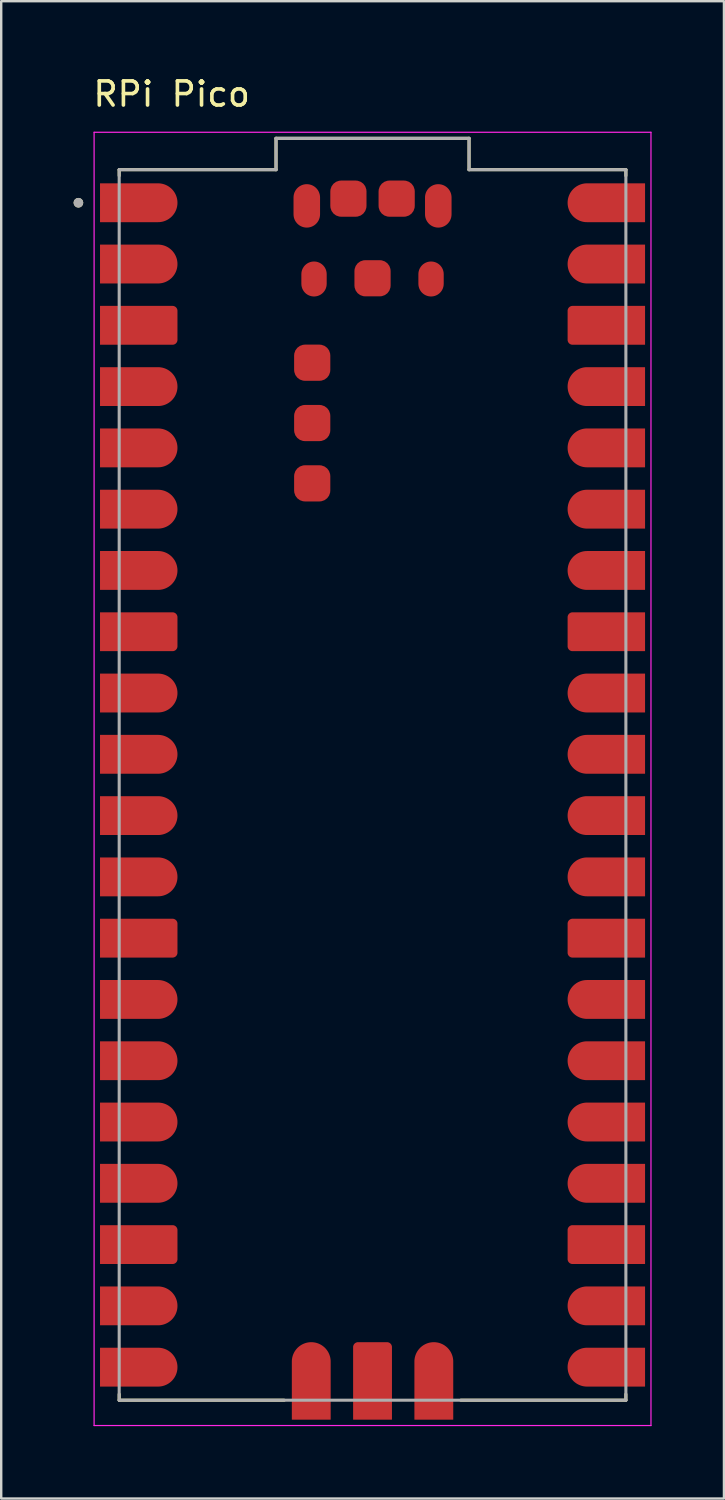
<source format=kicad_pcb>
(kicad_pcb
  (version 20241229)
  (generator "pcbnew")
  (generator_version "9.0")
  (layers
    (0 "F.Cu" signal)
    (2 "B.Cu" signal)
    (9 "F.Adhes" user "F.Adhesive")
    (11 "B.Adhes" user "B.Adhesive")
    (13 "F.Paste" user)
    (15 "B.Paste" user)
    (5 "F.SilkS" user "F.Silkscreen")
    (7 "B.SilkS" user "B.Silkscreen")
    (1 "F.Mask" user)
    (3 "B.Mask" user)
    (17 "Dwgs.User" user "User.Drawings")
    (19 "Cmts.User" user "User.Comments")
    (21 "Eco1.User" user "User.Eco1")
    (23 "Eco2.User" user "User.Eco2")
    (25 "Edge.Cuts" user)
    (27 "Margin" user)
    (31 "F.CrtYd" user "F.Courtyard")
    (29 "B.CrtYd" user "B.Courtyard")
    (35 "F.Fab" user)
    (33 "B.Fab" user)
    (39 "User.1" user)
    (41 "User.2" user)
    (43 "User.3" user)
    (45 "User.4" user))
  (footprint "RPi Pico"
    (layer "F.Cu")
    (at 12.39 29.483)
    (property "Reference" "RPi Pico" (at -8.325 -28.635 0) (layer "F.SilkS") (effects (font (size 1 1) (thickness 0.15))))
    (attr smd)
    (fp_poly (pts (xy -11.39 -23.23) (xy -11.39 -25.03) (xy -8.89 -25.03) (xy -8.843 -25.029) (xy -8.796 -25.025) (xy -8.749 -25.019) (xy -8.703 -25.01) (xy -8.657 -24.999) (xy -8.612 -24.986) (xy -8.567 -24.97) (xy -8.524 -24.952) (xy -8.481 -24.932) (xy -8.44 -24.909) (xy -8.4 -24.885) (xy -8.361 -24.858) (xy -8.324 -24.829) (xy -8.288 -24.799) (xy -8.254 -24.766) (xy -8.221 -24.732) (xy -8.191 -24.696) (xy -8.162 -24.659) (xy -8.135 -24.62) (xy -8.111 -24.58) (xy -8.088 -24.539) (xy -8.068 -24.496) (xy -8.05 -24.453) (xy -8.034 -24.408) (xy -8.021 -24.363) (xy -8.01 -24.317) (xy -8.001 -24.271) (xy -7.995 -24.224) (xy -7.991 -24.177) (xy -7.99 -24.13) (xy -7.991 -24.083) (xy -7.995 -24.036) (xy -8.001 -23.989) (xy -8.01 -23.943) (xy -8.021 -23.897) (xy -8.034 -23.852) (xy -8.05 -23.807) (xy -8.068 -23.764) (xy -8.088 -23.721) (xy -8.111 -23.68) (xy -8.135 -23.64) (xy -8.162 -23.601) (xy -8.191 -23.564) (xy -8.221 -23.528) (xy -8.254 -23.494) (xy -8.288 -23.461) (xy -8.324 -23.431) (xy -8.361 -23.402) (xy -8.4 -23.375) (xy -8.44 -23.351) (xy -8.481 -23.328) (xy -8.524 -23.308) (xy -8.567 -23.29) (xy -8.612 -23.274) (xy -8.657 -23.261) (xy -8.703 -23.25) (xy -8.749 -23.241) (xy -8.796 -23.235) (xy -8.843 -23.231) (xy -8.89 -23.23) (xy -11.39 -23.23)) (stroke (width 0.01) (type solid)) (fill yes) (layer "F.Mask"))
    (fp_poly (pts (xy -11.39 -20.69) (xy -11.39 -22.49) (xy -8.89 -22.49) (xy -8.843 -22.489) (xy -8.796 -22.485) (xy -8.749 -22.479) (xy -8.703 -22.47) (xy -8.657 -22.459) (xy -8.612 -22.446) (xy -8.567 -22.43) (xy -8.524 -22.412) (xy -8.481 -22.392) (xy -8.44 -22.369) (xy -8.4 -22.345) (xy -8.361 -22.318) (xy -8.324 -22.289) (xy -8.288 -22.259) (xy -8.254 -22.226) (xy -8.221 -22.192) (xy -8.191 -22.156) (xy -8.162 -22.119) (xy -8.135 -22.08) (xy -8.111 -22.04) (xy -8.088 -21.999) (xy -8.068 -21.956) (xy -8.05 -21.913) (xy -8.034 -21.868) (xy -8.021 -21.823) (xy -8.01 -21.777) (xy -8.001 -21.731) (xy -7.995 -21.684) (xy -7.991 -21.637) (xy -7.99 -21.59) (xy -7.991 -21.543) (xy -7.995 -21.496) (xy -8.001 -21.449) (xy -8.01 -21.403) (xy -8.021 -21.357) (xy -8.034 -21.312) (xy -8.05 -21.267) (xy -8.068 -21.224) (xy -8.088 -21.181) (xy -8.111 -21.14) (xy -8.135 -21.1) (xy -8.162 -21.061) (xy -8.191 -21.024) (xy -8.221 -20.988) (xy -8.254 -20.954) (xy -8.288 -20.921) (xy -8.324 -20.891) (xy -8.361 -20.862) (xy -8.4 -20.835) (xy -8.44 -20.811) (xy -8.481 -20.788) (xy -8.524 -20.768) (xy -8.567 -20.75) (xy -8.612 -20.734) (xy -8.657 -20.721) (xy -8.703 -20.71) (xy -8.749 -20.701) (xy -8.796 -20.695) (xy -8.843 -20.691) (xy -8.89 -20.69) (xy -11.39 -20.69)) (stroke (width 0.01) (type solid)) (fill yes) (layer "F.Mask"))
    (fp_poly (pts (xy -11.39 -15.61) (xy -11.39 -17.41) (xy -8.89 -17.41) (xy -8.843 -17.409) (xy -8.796 -17.405) (xy -8.749 -17.399) (xy -8.703 -17.39) (xy -8.657 -17.379) (xy -8.612 -17.366) (xy -8.567 -17.35) (xy -8.524 -17.332) (xy -8.481 -17.312) (xy -8.44 -17.289) (xy -8.4 -17.265) (xy -8.361 -17.238) (xy -8.324 -17.209) (xy -8.288 -17.179) (xy -8.254 -17.146) (xy -8.221 -17.112) (xy -8.191 -17.076) (xy -8.162 -17.039) (xy -8.135 -17) (xy -8.111 -16.96) (xy -8.088 -16.919) (xy -8.068 -16.876) (xy -8.05 -16.833) (xy -8.034 -16.788) (xy -8.021 -16.743) (xy -8.01 -16.697) (xy -8.001 -16.651) (xy -7.995 -16.604) (xy -7.991 -16.557) (xy -7.99 -16.51) (xy -7.991 -16.463) (xy -7.995 -16.416) (xy -8.001 -16.369) (xy -8.01 -16.323) (xy -8.021 -16.277) (xy -8.034 -16.232) (xy -8.05 -16.187) (xy -8.068 -16.144) (xy -8.088 -16.101) (xy -8.111 -16.06) (xy -8.135 -16.02) (xy -8.162 -15.981) (xy -8.191 -15.944) (xy -8.221 -15.908) (xy -8.254 -15.874) (xy -8.288 -15.841) (xy -8.324 -15.811) (xy -8.361 -15.782) (xy -8.4 -15.755) (xy -8.44 -15.731) (xy -8.481 -15.708) (xy -8.524 -15.688) (xy -8.567 -15.67) (xy -8.612 -15.654) (xy -8.657 -15.641) (xy -8.703 -15.63) (xy -8.749 -15.621) (xy -8.796 -15.615) (xy -8.843 -15.611) (xy -8.89 -15.61) (xy -11.39 -15.61)) (stroke (width 0.01) (type solid)) (fill yes) (layer "F.Mask"))
    (fp_poly (pts (xy -11.39 -13.07) (xy -11.39 -14.87) (xy -8.89 -14.87) (xy -8.843 -14.869) (xy -8.796 -14.865) (xy -8.749 -14.859) (xy -8.703 -14.85) (xy -8.657 -14.839) (xy -8.612 -14.826) (xy -8.567 -14.81) (xy -8.524 -14.792) (xy -8.481 -14.772) (xy -8.44 -14.749) (xy -8.4 -14.725) (xy -8.361 -14.698) (xy -8.324 -14.669) (xy -8.288 -14.639) (xy -8.254 -14.606) (xy -8.221 -14.572) (xy -8.191 -14.536) (xy -8.162 -14.499) (xy -8.135 -14.46) (xy -8.111 -14.42) (xy -8.088 -14.379) (xy -8.068 -14.336) (xy -8.05 -14.293) (xy -8.034 -14.248) (xy -8.021 -14.203) (xy -8.01 -14.157) (xy -8.001 -14.111) (xy -7.995 -14.064) (xy -7.991 -14.017) (xy -7.99 -13.97) (xy -7.991 -13.923) (xy -7.995 -13.876) (xy -8.001 -13.829) (xy -8.01 -13.783) (xy -8.021 -13.737) (xy -8.034 -13.692) (xy -8.05 -13.647) (xy -8.068 -13.604) (xy -8.088 -13.561) (xy -8.111 -13.52) (xy -8.135 -13.48) (xy -8.162 -13.441) (xy -8.191 -13.404) (xy -8.221 -13.368) (xy -8.254 -13.334) (xy -8.288 -13.301) (xy -8.324 -13.271) (xy -8.361 -13.242) (xy -8.4 -13.215) (xy -8.44 -13.191) (xy -8.481 -13.168) (xy -8.524 -13.148) (xy -8.567 -13.13) (xy -8.612 -13.114) (xy -8.657 -13.101) (xy -8.703 -13.09) (xy -8.749 -13.081) (xy -8.796 -13.075) (xy -8.843 -13.071) (xy -8.89 -13.07) (xy -11.39 -13.07)) (stroke (width 0.01) (type solid)) (fill yes) (layer "F.Mask"))
    (fp_poly (pts (xy -11.39 -10.53) (xy -11.39 -12.33) (xy -8.89 -12.33) (xy -8.843 -12.329) (xy -8.796 -12.325) (xy -8.749 -12.319) (xy -8.703 -12.31) (xy -8.657 -12.299) (xy -8.612 -12.286) (xy -8.567 -12.27) (xy -8.524 -12.252) (xy -8.481 -12.232) (xy -8.44 -12.209) (xy -8.4 -12.185) (xy -8.361 -12.158) (xy -8.324 -12.129) (xy -8.288 -12.099) (xy -8.254 -12.066) (xy -8.221 -12.032) (xy -8.191 -11.996) (xy -8.162 -11.959) (xy -8.135 -11.92) (xy -8.111 -11.88) (xy -8.088 -11.839) (xy -8.068 -11.796) (xy -8.05 -11.753) (xy -8.034 -11.708) (xy -8.021 -11.663) (xy -8.01 -11.617) (xy -8.001 -11.571) (xy -7.995 -11.524) (xy -7.991 -11.477) (xy -7.99 -11.43) (xy -7.991 -11.383) (xy -7.995 -11.336) (xy -8.001 -11.289) (xy -8.01 -11.243) (xy -8.021 -11.197) (xy -8.034 -11.152) (xy -8.05 -11.107) (xy -8.068 -11.064) (xy -8.088 -11.021) (xy -8.111 -10.98) (xy -8.135 -10.94) (xy -8.162 -10.901) (xy -8.191 -10.864) (xy -8.221 -10.828) (xy -8.254 -10.794) (xy -8.288 -10.761) (xy -8.324 -10.731) (xy -8.361 -10.702) (xy -8.4 -10.675) (xy -8.44 -10.651) (xy -8.481 -10.628) (xy -8.524 -10.608) (xy -8.567 -10.59) (xy -8.612 -10.574) (xy -8.657 -10.561) (xy -8.703 -10.55) (xy -8.749 -10.541) (xy -8.796 -10.535) (xy -8.843 -10.531) (xy -8.89 -10.53) (xy -11.39 -10.53)) (stroke (width 0.01) (type solid)) (fill yes) (layer "F.Mask"))
    (fp_poly (pts (xy -11.39 -7.99) (xy -11.39 -9.79) (xy -8.89 -9.79) (xy -8.843 -9.789) (xy -8.796 -9.785) (xy -8.749 -9.779) (xy -8.703 -9.77) (xy -8.657 -9.759) (xy -8.612 -9.746) (xy -8.567 -9.73) (xy -8.524 -9.712) (xy -8.481 -9.692) (xy -8.44 -9.669) (xy -8.4 -9.645) (xy -8.361 -9.618) (xy -8.324 -9.589) (xy -8.288 -9.559) (xy -8.254 -9.526) (xy -8.221 -9.492) (xy -8.191 -9.456) (xy -8.162 -9.419) (xy -8.135 -9.38) (xy -8.111 -9.34) (xy -8.088 -9.299) (xy -8.068 -9.256) (xy -8.05 -9.213) (xy -8.034 -9.168) (xy -8.021 -9.123) (xy -8.01 -9.077) (xy -8.001 -9.031) (xy -7.995 -8.984) (xy -7.991 -8.937) (xy -7.99 -8.89) (xy -7.991 -8.843) (xy -7.995 -8.796) (xy -8.001 -8.749) (xy -8.01 -8.703) (xy -8.021 -8.657) (xy -8.034 -8.612) (xy -8.05 -8.567) (xy -8.068 -8.524) (xy -8.088 -8.481) (xy -8.111 -8.44) (xy -8.135 -8.4) (xy -8.162 -8.361) (xy -8.191 -8.324) (xy -8.221 -8.288) (xy -8.254 -8.254) (xy -8.288 -8.221) (xy -8.324 -8.191) (xy -8.361 -8.162) (xy -8.4 -8.135) (xy -8.44 -8.111) (xy -8.481 -8.088) (xy -8.524 -8.068) (xy -8.567 -8.05) (xy -8.612 -8.034) (xy -8.657 -8.021) (xy -8.703 -8.01) (xy -8.749 -8.001) (xy -8.796 -7.995) (xy -8.843 -7.991) (xy -8.89 -7.99) (xy -11.39 -7.99)) (stroke (width 0.01) (type solid)) (fill yes) (layer "F.Mask"))
    (fp_poly (pts (xy -11.39 -2.91) (xy -11.39 -4.71) (xy -8.89 -4.71) (xy -8.843 -4.709) (xy -8.796 -4.705) (xy -8.749 -4.699) (xy -8.703 -4.69) (xy -8.657 -4.679) (xy -8.612 -4.666) (xy -8.567 -4.65) (xy -8.524 -4.632) (xy -8.481 -4.612) (xy -8.44 -4.589) (xy -8.4 -4.565) (xy -8.361 -4.538) (xy -8.324 -4.509) (xy -8.288 -4.479) (xy -8.254 -4.446) (xy -8.221 -4.412) (xy -8.191 -4.376) (xy -8.162 -4.339) (xy -8.135 -4.3) (xy -8.111 -4.26) (xy -8.088 -4.219) (xy -8.068 -4.176) (xy -8.05 -4.133) (xy -8.034 -4.088) (xy -8.021 -4.043) (xy -8.01 -3.997) (xy -8.001 -3.951) (xy -7.995 -3.904) (xy -7.991 -3.857) (xy -7.99 -3.81) (xy -7.991 -3.763) (xy -7.995 -3.716) (xy -8.001 -3.669) (xy -8.01 -3.623) (xy -8.021 -3.577) (xy -8.034 -3.532) (xy -8.05 -3.487) (xy -8.068 -3.444) (xy -8.088 -3.401) (xy -8.111 -3.36) (xy -8.135 -3.32) (xy -8.162 -3.281) (xy -8.191 -3.244) (xy -8.221 -3.208) (xy -8.254 -3.174) (xy -8.288 -3.141) (xy -8.324 -3.111) (xy -8.361 -3.082) (xy -8.4 -3.055) (xy -8.44 -3.031) (xy -8.481 -3.008) (xy -8.524 -2.988) (xy -8.567 -2.97) (xy -8.612 -2.954) (xy -8.657 -2.941) (xy -8.703 -2.93) (xy -8.749 -2.921) (xy -8.796 -2.915) (xy -8.843 -2.911) (xy -8.89 -2.91) (xy -11.39 -2.91)) (stroke (width 0.01) (type solid)) (fill yes) (layer "F.Mask"))
    (fp_poly (pts (xy -11.39 -0.37) (xy -11.39 -2.17) (xy -8.89 -2.17) (xy -8.843 -2.169) (xy -8.796 -2.165) (xy -8.749 -2.159) (xy -8.703 -2.15) (xy -8.657 -2.139) (xy -8.612 -2.126) (xy -8.567 -2.11) (xy -8.524 -2.092) (xy -8.481 -2.072) (xy -8.44 -2.049) (xy -8.4 -2.025) (xy -8.361 -1.998) (xy -8.324 -1.969) (xy -8.288 -1.939) (xy -8.254 -1.906) (xy -8.221 -1.872) (xy -8.191 -1.836) (xy -8.162 -1.799) (xy -8.135 -1.76) (xy -8.111 -1.72) (xy -8.088 -1.679) (xy -8.068 -1.636) (xy -8.05 -1.593) (xy -8.034 -1.548) (xy -8.021 -1.503) (xy -8.01 -1.457) (xy -8.001 -1.411) (xy -7.995 -1.364) (xy -7.991 -1.317) (xy -7.99 -1.27) (xy -7.991 -1.223) (xy -7.995 -1.176) (xy -8.001 -1.129) (xy -8.01 -1.083) (xy -8.021 -1.037) (xy -8.034 -0.992) (xy -8.05 -0.947) (xy -8.068 -0.904) (xy -8.088 -0.861) (xy -8.111 -0.82) (xy -8.135 -0.78) (xy -8.162 -0.741) (xy -8.191 -0.704) (xy -8.221 -0.668) (xy -8.254 -0.634) (xy -8.288 -0.601) (xy -8.324 -0.571) (xy -8.361 -0.542) (xy -8.4 -0.515) (xy -8.44 -0.491) (xy -8.481 -0.468) (xy -8.524 -0.448) (xy -8.567 -0.43) (xy -8.612 -0.414) (xy -8.657 -0.401) (xy -8.703 -0.39) (xy -8.749 -0.381) (xy -8.796 -0.375) (xy -8.843 -0.371) (xy -8.89 -0.37) (xy -11.39 -0.37)) (stroke (width 0.01) (type solid)) (fill yes) (layer "F.Mask"))
    (fp_poly (pts (xy -11.39 2.17) (xy -11.39 0.37) (xy -8.89 0.37) (xy -8.843 0.371) (xy -8.796 0.375) (xy -8.749 0.381) (xy -8.703 0.39) (xy -8.657 0.401) (xy -8.612 0.414) (xy -8.567 0.43) (xy -8.524 0.448) (xy -8.481 0.468) (xy -8.44 0.491) (xy -8.4 0.515) (xy -8.361 0.542) (xy -8.324 0.571) (xy -8.288 0.601) (xy -8.254 0.634) (xy -8.221 0.668) (xy -8.191 0.704) (xy -8.162 0.741) (xy -8.135 0.78) (xy -8.111 0.82) (xy -8.088 0.861) (xy -8.068 0.904) (xy -8.05 0.947) (xy -8.034 0.992) (xy -8.021 1.037) (xy -8.01 1.083) (xy -8.001 1.129) (xy -7.995 1.176) (xy -7.991 1.223) (xy -7.99 1.27) (xy -7.991 1.317) (xy -7.995 1.364) (xy -8.001 1.411) (xy -8.01 1.457) (xy -8.021 1.503) (xy -8.034 1.548) (xy -8.05 1.593) (xy -8.068 1.636) (xy -8.088 1.679) (xy -8.111 1.72) (xy -8.135 1.76) (xy -8.162 1.799) (xy -8.191 1.836) (xy -8.221 1.872) (xy -8.254 1.906) (xy -8.288 1.939) (xy -8.324 1.969) (xy -8.361 1.998) (xy -8.4 2.025) (xy -8.44 2.049) (xy -8.481 2.072) (xy -8.524 2.092) (xy -8.567 2.11) (xy -8.612 2.126) (xy -8.657 2.139) (xy -8.703 2.15) (xy -8.749 2.159) (xy -8.796 2.165) (xy -8.843 2.169) (xy -8.89 2.17) (xy -11.39 2.17)) (stroke (width 0.01) (type solid)) (fill yes) (layer "F.Mask"))
    (fp_poly (pts (xy -11.39 4.71) (xy -11.39 2.91) (xy -8.89 2.91) (xy -8.843 2.911) (xy -8.796 2.915) (xy -8.749 2.921) (xy -8.703 2.93) (xy -8.657 2.941) (xy -8.612 2.954) (xy -8.567 2.97) (xy -8.524 2.988) (xy -8.481 3.008) (xy -8.44 3.031) (xy -8.4 3.055) (xy -8.361 3.082) (xy -8.324 3.111) (xy -8.288 3.141) (xy -8.254 3.174) (xy -8.221 3.208) (xy -8.191 3.244) (xy -8.162 3.281) (xy -8.135 3.32) (xy -8.111 3.36) (xy -8.088 3.401) (xy -8.068 3.444) (xy -8.05 3.487) (xy -8.034 3.532) (xy -8.021 3.577) (xy -8.01 3.623) (xy -8.001 3.669) (xy -7.995 3.716) (xy -7.991 3.763) (xy -7.99 3.81) (xy -7.991 3.857) (xy -7.995 3.904) (xy -8.001 3.951) (xy -8.01 3.997) (xy -8.021 4.043) (xy -8.034 4.088) (xy -8.05 4.133) (xy -8.068 4.176) (xy -8.088 4.219) (xy -8.111 4.26) (xy -8.135 4.3) (xy -8.162 4.339) (xy -8.191 4.376) (xy -8.221 4.412) (xy -8.254 4.446) (xy -8.288 4.479) (xy -8.324 4.509) (xy -8.361 4.538) (xy -8.4 4.565) (xy -8.44 4.589) (xy -8.481 4.612) (xy -8.524 4.632) (xy -8.567 4.65) (xy -8.612 4.666) (xy -8.657 4.679) (xy -8.703 4.69) (xy -8.749 4.699) (xy -8.796 4.705) (xy -8.843 4.709) (xy -8.89 4.71) (xy -11.39 4.71)) (stroke (width 0.01) (type solid)) (fill yes) (layer "F.Mask"))
    (fp_poly (pts (xy -11.39 9.79) (xy -11.39 7.99) (xy -8.89 7.99) (xy -8.843 7.991) (xy -8.796 7.995) (xy -8.749 8.001) (xy -8.703 8.01) (xy -8.657 8.021) (xy -8.612 8.034) (xy -8.567 8.05) (xy -8.524 8.068) (xy -8.481 8.088) (xy -8.44 8.111) (xy -8.4 8.135) (xy -8.361 8.162) (xy -8.324 8.191) (xy -8.288 8.221) (xy -8.254 8.254) (xy -8.221 8.288) (xy -8.191 8.324) (xy -8.162 8.361) (xy -8.135 8.4) (xy -8.111 8.44) (xy -8.088 8.481) (xy -8.068 8.524) (xy -8.05 8.567) (xy -8.034 8.612) (xy -8.021 8.657) (xy -8.01 8.703) (xy -8.001 8.749) (xy -7.995 8.796) (xy -7.991 8.843) (xy -7.99 8.89) (xy -7.991 8.937) (xy -7.995 8.984) (xy -8.001 9.031) (xy -8.01 9.077) (xy -8.021 9.123) (xy -8.034 9.168) (xy -8.05 9.213) (xy -8.068 9.256) (xy -8.088 9.299) (xy -8.111 9.34) (xy -8.135 9.38) (xy -8.162 9.419) (xy -8.191 9.456) (xy -8.221 9.492) (xy -8.254 9.526) (xy -8.288 9.559) (xy -8.324 9.589) (xy -8.361 9.618) (xy -8.4 9.645) (xy -8.44 9.669) (xy -8.481 9.692) (xy -8.524 9.712) (xy -8.567 9.73) (xy -8.612 9.746) (xy -8.657 9.759) (xy -8.703 9.77) (xy -8.749 9.779) (xy -8.796 9.785) (xy -8.843 9.789) (xy -8.89 9.79) (xy -11.39 9.79)) (stroke (width 0.01) (type solid)) (fill yes) (layer "F.Mask"))
    (fp_poly (pts (xy -11.39 12.33) (xy -11.39 10.53) (xy -8.89 10.53) (xy -8.843 10.531) (xy -8.796 10.535) (xy -8.749 10.541) (xy -8.703 10.55) (xy -8.657 10.561) (xy -8.612 10.574) (xy -8.567 10.59) (xy -8.524 10.608) (xy -8.481 10.628) (xy -8.44 10.651) (xy -8.4 10.675) (xy -8.361 10.702) (xy -8.324 10.731) (xy -8.288 10.761) (xy -8.254 10.794) (xy -8.221 10.828) (xy -8.191 10.864) (xy -8.162 10.901) (xy -8.135 10.94) (xy -8.111 10.98) (xy -8.088 11.021) (xy -8.068 11.064) (xy -8.05 11.107) (xy -8.034 11.152) (xy -8.021 11.197) (xy -8.01 11.243) (xy -8.001 11.289) (xy -7.995 11.336) (xy -7.991 11.383) (xy -7.99 11.43) (xy -7.991 11.477) (xy -7.995 11.524) (xy -8.001 11.571) (xy -8.01 11.617) (xy -8.021 11.663) (xy -8.034 11.708) (xy -8.05 11.753) (xy -8.068 11.796) (xy -8.088 11.839) (xy -8.111 11.88) (xy -8.135 11.92) (xy -8.162 11.959) (xy -8.191 11.996) (xy -8.221 12.032) (xy -8.254 12.066) (xy -8.288 12.099) (xy -8.324 12.129) (xy -8.361 12.158) (xy -8.4 12.185) (xy -8.44 12.209) (xy -8.481 12.232) (xy -8.524 12.252) (xy -8.567 12.27) (xy -8.612 12.286) (xy -8.657 12.299) (xy -8.703 12.31) (xy -8.749 12.319) (xy -8.796 12.325) (xy -8.843 12.329) (xy -8.89 12.33) (xy -11.39 12.33)) (stroke (width 0.01) (type solid)) (fill yes) (layer "F.Mask"))
    (fp_poly (pts (xy -11.39 14.87) (xy -11.39 13.07) (xy -8.89 13.07) (xy -8.843 13.071) (xy -8.796 13.075) (xy -8.749 13.081) (xy -8.703 13.09) (xy -8.657 13.101) (xy -8.612 13.114) (xy -8.567 13.13) (xy -8.524 13.148) (xy -8.481 13.168) (xy -8.44 13.191) (xy -8.4 13.215) (xy -8.361 13.242) (xy -8.324 13.271) (xy -8.288 13.301) (xy -8.254 13.334) (xy -8.221 13.368) (xy -8.191 13.404) (xy -8.162 13.441) (xy -8.135 13.48) (xy -8.111 13.52) (xy -8.088 13.561) (xy -8.068 13.604) (xy -8.05 13.647) (xy -8.034 13.692) (xy -8.021 13.737) (xy -8.01 13.783) (xy -8.001 13.829) (xy -7.995 13.876) (xy -7.991 13.923) (xy -7.99 13.97) (xy -7.991 14.017) (xy -7.995 14.064) (xy -8.001 14.111) (xy -8.01 14.157) (xy -8.021 14.203) (xy -8.034 14.248) (xy -8.05 14.293) (xy -8.068 14.336) (xy -8.088 14.379) (xy -8.111 14.42) (xy -8.135 14.46) (xy -8.162 14.499) (xy -8.191 14.536) (xy -8.221 14.572) (xy -8.254 14.606) (xy -8.288 14.639) (xy -8.324 14.669) (xy -8.361 14.698) (xy -8.4 14.725) (xy -8.44 14.749) (xy -8.481 14.772) (xy -8.524 14.792) (xy -8.567 14.81) (xy -8.612 14.826) (xy -8.657 14.839) (xy -8.703 14.85) (xy -8.749 14.859) (xy -8.796 14.865) (xy -8.843 14.869) (xy -8.89 14.87) (xy -11.39 14.87)) (stroke (width 0.01) (type solid)) (fill yes) (layer "F.Mask"))
    (fp_poly (pts (xy -11.39 17.41) (xy -11.39 15.61) (xy -8.89 15.61) (xy -8.843 15.611) (xy -8.796 15.615) (xy -8.749 15.621) (xy -8.703 15.63) (xy -8.657 15.641) (xy -8.612 15.654) (xy -8.567 15.67) (xy -8.524 15.688) (xy -8.481 15.708) (xy -8.44 15.731) (xy -8.4 15.755) (xy -8.361 15.782) (xy -8.324 15.811) (xy -8.288 15.841) (xy -8.254 15.874) (xy -8.221 15.908) (xy -8.191 15.944) (xy -8.162 15.981) (xy -8.135 16.02) (xy -8.111 16.06) (xy -8.088 16.101) (xy -8.068 16.144) (xy -8.05 16.187) (xy -8.034 16.232) (xy -8.021 16.277) (xy -8.01 16.323) (xy -8.001 16.369) (xy -7.995 16.416) (xy -7.991 16.463) (xy -7.99 16.51) (xy -7.991 16.557) (xy -7.995 16.604) (xy -8.001 16.651) (xy -8.01 16.697) (xy -8.021 16.743) (xy -8.034 16.788) (xy -8.05 16.833) (xy -8.068 16.876) (xy -8.088 16.919) (xy -8.111 16.96) (xy -8.135 17) (xy -8.162 17.039) (xy -8.191 17.076) (xy -8.221 17.112) (xy -8.254 17.146) (xy -8.288 17.179) (xy -8.324 17.209) (xy -8.361 17.238) (xy -8.4 17.265) (xy -8.44 17.289) (xy -8.481 17.312) (xy -8.524 17.332) (xy -8.567 17.35) (xy -8.612 17.366) (xy -8.657 17.379) (xy -8.703 17.39) (xy -8.749 17.399) (xy -8.796 17.405) (xy -8.843 17.409) (xy -8.89 17.41) (xy -11.39 17.41)) (stroke (width 0.01) (type solid)) (fill yes) (layer "F.Mask"))
    (fp_poly (pts (xy -11.39 22.49) (xy -11.39 20.69) (xy -8.89 20.69) (xy -8.843 20.691) (xy -8.796 20.695) (xy -8.749 20.701) (xy -8.703 20.71) (xy -8.657 20.721) (xy -8.612 20.734) (xy -8.567 20.75) (xy -8.524 20.768) (xy -8.481 20.788) (xy -8.44 20.811) (xy -8.4 20.835) (xy -8.361 20.862) (xy -8.324 20.891) (xy -8.288 20.921) (xy -8.254 20.954) (xy -8.221 20.988) (xy -8.191 21.024) (xy -8.162 21.061) (xy -8.135 21.1) (xy -8.111 21.14) (xy -8.088 21.181) (xy -8.068 21.224) (xy -8.05 21.267) (xy -8.034 21.312) (xy -8.021 21.357) (xy -8.01 21.403) (xy -8.001 21.449) (xy -7.995 21.496) (xy -7.991 21.543) (xy -7.99 21.59) (xy -7.991 21.637) (xy -7.995 21.684) (xy -8.001 21.731) (xy -8.01 21.777) (xy -8.021 21.823) (xy -8.034 21.868) (xy -8.05 21.913) (xy -8.068 21.956) (xy -8.088 21.999) (xy -8.111 22.04) (xy -8.135 22.08) (xy -8.162 22.119) (xy -8.191 22.156) (xy -8.221 22.192) (xy -8.254 22.226) (xy -8.288 22.259) (xy -8.324 22.289) (xy -8.361 22.318) (xy -8.4 22.345) (xy -8.44 22.369) (xy -8.481 22.392) (xy -8.524 22.412) (xy -8.567 22.43) (xy -8.612 22.446) (xy -8.657 22.459) (xy -8.703 22.47) (xy -8.749 22.479) (xy -8.796 22.485) (xy -8.843 22.489) (xy -8.89 22.49) (xy -11.39 22.49)) (stroke (width 0.01) (type solid)) (fill yes) (layer "F.Mask"))
    (fp_poly (pts (xy -11.39 25.03) (xy -11.39 23.23) (xy -8.89 23.23) (xy -8.843 23.231) (xy -8.796 23.235) (xy -8.749 23.241) (xy -8.703 23.25) (xy -8.657 23.261) (xy -8.612 23.274) (xy -8.567 23.29) (xy -8.524 23.308) (xy -8.481 23.328) (xy -8.44 23.351) (xy -8.4 23.375) (xy -8.361 23.402) (xy -8.324 23.431) (xy -8.288 23.461) (xy -8.254 23.494) (xy -8.221 23.528) (xy -8.191 23.564) (xy -8.162 23.601) (xy -8.135 23.64) (xy -8.111 23.68) (xy -8.088 23.721) (xy -8.068 23.764) (xy -8.05 23.807) (xy -8.034 23.852) (xy -8.021 23.897) (xy -8.01 23.943) (xy -8.001 23.989) (xy -7.995 24.036) (xy -7.991 24.083) (xy -7.99 24.13) (xy -7.991 24.177) (xy -7.995 24.224) (xy -8.001 24.271) (xy -8.01 24.317) (xy -8.021 24.363) (xy -8.034 24.408) (xy -8.05 24.453) (xy -8.068 24.496) (xy -8.088 24.539) (xy -8.111 24.58) (xy -8.135 24.62) (xy -8.162 24.659) (xy -8.191 24.696) (xy -8.221 24.732) (xy -8.254 24.766) (xy -8.288 24.799) (xy -8.324 24.829) (xy -8.361 24.858) (xy -8.4 24.885) (xy -8.44 24.909) (xy -8.481 24.932) (xy -8.524 24.952) (xy -8.567 24.97) (xy -8.612 24.986) (xy -8.657 24.999) (xy -8.703 25.01) (xy -8.749 25.019) (xy -8.796 25.025) (xy -8.843 25.029) (xy -8.89 25.03) (xy -11.39 25.03)) (stroke (width 0.01) (type solid)) (fill yes) (layer "F.Mask"))
    (fp_poly (pts (xy -3.44 26.4) (xy -3.44 23.9) (xy -3.439 23.853) (xy -3.435 23.806) (xy -3.429 23.759) (xy -3.42 23.713) (xy -3.409 23.667) (xy -3.396 23.622) (xy -3.38 23.577) (xy -3.362 23.534) (xy -3.342 23.491) (xy -3.319 23.45) (xy -3.295 23.41) (xy -3.268 23.371) (xy -3.239 23.334) (xy -3.209 23.298) (xy -3.176 23.264) (xy -3.142 23.231) (xy -3.106 23.201) (xy -3.069 23.172) (xy -3.03 23.145) (xy -2.99 23.121) (xy -2.949 23.098) (xy -2.906 23.078) (xy -2.863 23.06) (xy -2.818 23.044) (xy -2.773 23.031) (xy -2.727 23.02) (xy -2.681 23.011) (xy -2.634 23.005) (xy -2.587 23.001) (xy -2.54 23) (xy -2.493 23.001) (xy -2.446 23.005) (xy -2.399 23.011) (xy -2.353 23.02) (xy -2.307 23.031) (xy -2.262 23.044) (xy -2.217 23.06) (xy -2.174 23.078) (xy -2.131 23.098) (xy -2.09 23.121) (xy -2.05 23.145) (xy -2.011 23.172) (xy -1.974 23.201) (xy -1.938 23.231) (xy -1.904 23.264) (xy -1.871 23.298) (xy -1.841 23.334) (xy -1.812 23.371) (xy -1.785 23.41) (xy -1.761 23.45) (xy -1.738 23.491) (xy -1.718 23.534) (xy -1.7 23.577) (xy -1.684 23.622) (xy -1.671 23.667) (xy -1.66 23.713) (xy -1.651 23.759) (xy -1.645 23.806) (xy -1.641 23.853) (xy -1.64 23.9) (xy -1.64 26.4) (xy -3.44 26.4)) (stroke (width 0.01) (type solid)) (fill yes) (layer "F.Mask"))
    (fp_poly (pts (xy 1.64 26.4) (xy 1.64 23.9) (xy 1.641 23.853) (xy 1.645 23.806) (xy 1.651 23.759) (xy 1.66 23.713) (xy 1.671 23.667) (xy 1.684 23.622) (xy 1.7 23.577) (xy 1.718 23.534) (xy 1.738 23.491) (xy 1.761 23.45) (xy 1.785 23.41) (xy 1.812 23.371) (xy 1.841 23.334) (xy 1.871 23.298) (xy 1.904 23.264) (xy 1.938 23.231) (xy 1.974 23.201) (xy 2.011 23.172) (xy 2.05 23.145) (xy 2.09 23.121) (xy 2.131 23.098) (xy 2.174 23.078) (xy 2.217 23.06) (xy 2.262 23.044) (xy 2.307 23.031) (xy 2.353 23.02) (xy 2.399 23.011) (xy 2.446 23.005) (xy 2.493 23.001) (xy 2.54 23) (xy 2.587 23.001) (xy 2.634 23.005) (xy 2.681 23.011) (xy 2.727 23.02) (xy 2.773 23.031) (xy 2.818 23.044) (xy 2.863 23.06) (xy 2.906 23.078) (xy 2.949 23.098) (xy 2.99 23.121) (xy 3.03 23.145) (xy 3.069 23.172) (xy 3.106 23.201) (xy 3.142 23.231) (xy 3.176 23.264) (xy 3.209 23.298) (xy 3.239 23.334) (xy 3.268 23.371) (xy 3.295 23.41) (xy 3.319 23.45) (xy 3.342 23.491) (xy 3.362 23.534) (xy 3.38 23.577) (xy 3.396 23.622) (xy 3.409 23.667) (xy 3.42 23.713) (xy 3.429 23.759) (xy 3.435 23.806) (xy 3.439 23.853) (xy 3.44 23.9) (xy 3.44 26.4) (xy 1.64 26.4)) (stroke (width 0.01) (type solid)) (fill yes) (layer "F.Mask"))
    (fp_poly (pts (xy 11.39 -23.23) (xy 11.39 -25.03) (xy 8.89 -25.03) (xy 8.843 -25.029) (xy 8.796 -25.025) (xy 8.749 -25.019) (xy 8.703 -25.01) (xy 8.657 -24.999) (xy 8.612 -24.986) (xy 8.567 -24.97) (xy 8.524 -24.952) (xy 8.481 -24.932) (xy 8.44 -24.909) (xy 8.4 -24.885) (xy 8.361 -24.858) (xy 8.324 -24.829) (xy 8.288 -24.799) (xy 8.254 -24.766) (xy 8.221 -24.732) (xy 8.191 -24.696) (xy 8.162 -24.659) (xy 8.135 -24.62) (xy 8.111 -24.58) (xy 8.088 -24.539) (xy 8.068 -24.496) (xy 8.05 -24.453) (xy 8.034 -24.408) (xy 8.021 -24.363) (xy 8.01 -24.317) (xy 8.001 -24.271) (xy 7.995 -24.224) (xy 7.991 -24.177) (xy 7.99 -24.13) (xy 7.991 -24.083) (xy 7.995 -24.036) (xy 8.001 -23.989) (xy 8.01 -23.943) (xy 8.021 -23.897) (xy 8.034 -23.852) (xy 8.05 -23.807) (xy 8.068 -23.764) (xy 8.088 -23.721) (xy 8.111 -23.68) (xy 8.135 -23.64) (xy 8.162 -23.601) (xy 8.191 -23.564) (xy 8.221 -23.528) (xy 8.254 -23.494) (xy 8.288 -23.461) (xy 8.324 -23.431) (xy 8.361 -23.402) (xy 8.4 -23.375) (xy 8.44 -23.351) (xy 8.481 -23.328) (xy 8.524 -23.308) (xy 8.567 -23.29) (xy 8.612 -23.274) (xy 8.657 -23.261) (xy 8.703 -23.25) (xy 8.749 -23.241) (xy 8.796 -23.235) (xy 8.843 -23.231) (xy 8.89 -23.23) (xy 11.39 -23.23)) (stroke (width 0.01) (type solid)) (fill yes) (layer "F.Mask"))
    (fp_poly (pts (xy 11.39 -20.69) (xy 11.39 -22.49) (xy 8.89 -22.49) (xy 8.843 -22.489) (xy 8.796 -22.485) (xy 8.749 -22.479) (xy 8.703 -22.47) (xy 8.657 -22.459) (xy 8.612 -22.446) (xy 8.567 -22.43) (xy 8.524 -22.412) (xy 8.481 -22.392) (xy 8.44 -22.369) (xy 8.4 -22.345) (xy 8.361 -22.318) (xy 8.324 -22.289) (xy 8.288 -22.259) (xy 8.254 -22.226) (xy 8.221 -22.192) (xy 8.191 -22.156) (xy 8.162 -22.119) (xy 8.135 -22.08) (xy 8.111 -22.04) (xy 8.088 -21.999) (xy 8.068 -21.956) (xy 8.05 -21.913) (xy 8.034 -21.868) (xy 8.021 -21.823) (xy 8.01 -21.777) (xy 8.001 -21.731) (xy 7.995 -21.684) (xy 7.991 -21.637) (xy 7.99 -21.59) (xy 7.991 -21.543) (xy 7.995 -21.496) (xy 8.001 -21.449) (xy 8.01 -21.403) (xy 8.021 -21.357) (xy 8.034 -21.312) (xy 8.05 -21.267) (xy 8.068 -21.224) (xy 8.088 -21.181) (xy 8.111 -21.14) (xy 8.135 -21.1) (xy 8.162 -21.061) (xy 8.191 -21.024) (xy 8.221 -20.988) (xy 8.254 -20.954) (xy 8.288 -20.921) (xy 8.324 -20.891) (xy 8.361 -20.862) (xy 8.4 -20.835) (xy 8.44 -20.811) (xy 8.481 -20.788) (xy 8.524 -20.768) (xy 8.567 -20.75) (xy 8.612 -20.734) (xy 8.657 -20.721) (xy 8.703 -20.71) (xy 8.749 -20.701) (xy 8.796 -20.695) (xy 8.843 -20.691) (xy 8.89 -20.69) (xy 11.39 -20.69)) (stroke (width 0.01) (type solid)) (fill yes) (layer "F.Mask"))
    (fp_poly (pts (xy 11.39 -15.61) (xy 11.39 -17.41) (xy 8.89 -17.41) (xy 8.843 -17.409) (xy 8.796 -17.405) (xy 8.749 -17.399) (xy 8.703 -17.39) (xy 8.657 -17.379) (xy 8.612 -17.366) (xy 8.567 -17.35) (xy 8.524 -17.332) (xy 8.481 -17.312) (xy 8.44 -17.289) (xy 8.4 -17.265) (xy 8.361 -17.238) (xy 8.324 -17.209) (xy 8.288 -17.179) (xy 8.254 -17.146) (xy 8.221 -17.112) (xy 8.191 -17.076) (xy 8.162 -17.039) (xy 8.135 -17) (xy 8.111 -16.96) (xy 8.088 -16.919) (xy 8.068 -16.876) (xy 8.05 -16.833) (xy 8.034 -16.788) (xy 8.021 -16.743) (xy 8.01 -16.697) (xy 8.001 -16.651) (xy 7.995 -16.604) (xy 7.991 -16.557) (xy 7.99 -16.51) (xy 7.991 -16.463) (xy 7.995 -16.416) (xy 8.001 -16.369) (xy 8.01 -16.323) (xy 8.021 -16.277) (xy 8.034 -16.232) (xy 8.05 -16.187) (xy 8.068 -16.144) (xy 8.088 -16.101) (xy 8.111 -16.06) (xy 8.135 -16.02) (xy 8.162 -15.981) (xy 8.191 -15.944) (xy 8.221 -15.908) (xy 8.254 -15.874) (xy 8.288 -15.841) (xy 8.324 -15.811) (xy 8.361 -15.782) (xy 8.4 -15.755) (xy 8.44 -15.731) (xy 8.481 -15.708) (xy 8.524 -15.688) (xy 8.567 -15.67) (xy 8.612 -15.654) (xy 8.657 -15.641) (xy 8.703 -15.63) (xy 8.749 -15.621) (xy 8.796 -15.615) (xy 8.843 -15.611) (xy 8.89 -15.61) (xy 11.39 -15.61)) (stroke (width 0.01) (type solid)) (fill yes) (layer "F.Mask"))
    (fp_poly (pts (xy 11.39 -13.07) (xy 11.39 -14.87) (xy 8.89 -14.87) (xy 8.843 -14.869) (xy 8.796 -14.865) (xy 8.749 -14.859) (xy 8.703 -14.85) (xy 8.657 -14.839) (xy 8.612 -14.826) (xy 8.567 -14.81) (xy 8.524 -14.792) (xy 8.481 -14.772) (xy 8.44 -14.749) (xy 8.4 -14.725) (xy 8.361 -14.698) (xy 8.324 -14.669) (xy 8.288 -14.639) (xy 8.254 -14.606) (xy 8.221 -14.572) (xy 8.191 -14.536) (xy 8.162 -14.499) (xy 8.135 -14.46) (xy 8.111 -14.42) (xy 8.088 -14.379) (xy 8.068 -14.336) (xy 8.05 -14.293) (xy 8.034 -14.248) (xy 8.021 -14.203) (xy 8.01 -14.157) (xy 8.001 -14.111) (xy 7.995 -14.064) (xy 7.991 -14.017) (xy 7.99 -13.97) (xy 7.991 -13.923) (xy 7.995 -13.876) (xy 8.001 -13.829) (xy 8.01 -13.783) (xy 8.021 -13.737) (xy 8.034 -13.692) (xy 8.05 -13.647) (xy 8.068 -13.604) (xy 8.088 -13.561) (xy 8.111 -13.52) (xy 8.135 -13.48) (xy 8.162 -13.441) (xy 8.191 -13.404) (xy 8.221 -13.368) (xy 8.254 -13.334) (xy 8.288 -13.301) (xy 8.324 -13.271) (xy 8.361 -13.242) (xy 8.4 -13.215) (xy 8.44 -13.191) (xy 8.481 -13.168) (xy 8.524 -13.148) (xy 8.567 -13.13) (xy 8.612 -13.114) (xy 8.657 -13.101) (xy 8.703 -13.09) (xy 8.749 -13.081) (xy 8.796 -13.075) (xy 8.843 -13.071) (xy 8.89 -13.07) (xy 11.39 -13.07)) (stroke (width 0.01) (type solid)) (fill yes) (layer "F.Mask"))
    (fp_poly (pts (xy 11.39 -10.53) (xy 11.39 -12.33) (xy 8.89 -12.33) (xy 8.843 -12.329) (xy 8.796 -12.325) (xy 8.749 -12.319) (xy 8.703 -12.31) (xy 8.657 -12.299) (xy 8.612 -12.286) (xy 8.567 -12.27) (xy 8.524 -12.252) (xy 8.481 -12.232) (xy 8.44 -12.209) (xy 8.4 -12.185) (xy 8.361 -12.158) (xy 8.324 -12.129) (xy 8.288 -12.099) (xy 8.254 -12.066) (xy 8.221 -12.032) (xy 8.191 -11.996) (xy 8.162 -11.959) (xy 8.135 -11.92) (xy 8.111 -11.88) (xy 8.088 -11.839) (xy 8.068 -11.796) (xy 8.05 -11.753) (xy 8.034 -11.708) (xy 8.021 -11.663) (xy 8.01 -11.617) (xy 8.001 -11.571) (xy 7.995 -11.524) (xy 7.991 -11.477) (xy 7.99 -11.43) (xy 7.991 -11.383) (xy 7.995 -11.336) (xy 8.001 -11.289) (xy 8.01 -11.243) (xy 8.021 -11.197) (xy 8.034 -11.152) (xy 8.05 -11.107) (xy 8.068 -11.064) (xy 8.088 -11.021) (xy 8.111 -10.98) (xy 8.135 -10.94) (xy 8.162 -10.901) (xy 8.191 -10.864) (xy 8.221 -10.828) (xy 8.254 -10.794) (xy 8.288 -10.761) (xy 8.324 -10.731) (xy 8.361 -10.702) (xy 8.4 -10.675) (xy 8.44 -10.651) (xy 8.481 -10.628) (xy 8.524 -10.608) (xy 8.567 -10.59) (xy 8.612 -10.574) (xy 8.657 -10.561) (xy 8.703 -10.55) (xy 8.749 -10.541) (xy 8.796 -10.535) (xy 8.843 -10.531) (xy 8.89 -10.53) (xy 11.39 -10.53)) (stroke (width 0.01) (type solid)) (fill yes) (layer "F.Mask"))
    (fp_poly (pts (xy 11.39 -7.99) (xy 11.39 -9.79) (xy 8.89 -9.79) (xy 8.843 -9.789) (xy 8.796 -9.785) (xy 8.749 -9.779) (xy 8.703 -9.77) (xy 8.657 -9.759) (xy 8.612 -9.746) (xy 8.567 -9.73) (xy 8.524 -9.712) (xy 8.481 -9.692) (xy 8.44 -9.669) (xy 8.4 -9.645) (xy 8.361 -9.618) (xy 8.324 -9.589) (xy 8.288 -9.559) (xy 8.254 -9.526) (xy 8.221 -9.492) (xy 8.191 -9.456) (xy 8.162 -9.419) (xy 8.135 -9.38) (xy 8.111 -9.34) (xy 8.088 -9.299) (xy 8.068 -9.256) (xy 8.05 -9.213) (xy 8.034 -9.168) (xy 8.021 -9.123) (xy 8.01 -9.077) (xy 8.001 -9.031) (xy 7.995 -8.984) (xy 7.991 -8.937) (xy 7.99 -8.89) (xy 7.991 -8.843) (xy 7.995 -8.796) (xy 8.001 -8.749) (xy 8.01 -8.703) (xy 8.021 -8.657) (xy 8.034 -8.612) (xy 8.05 -8.567) (xy 8.068 -8.524) (xy 8.088 -8.481) (xy 8.111 -8.44) (xy 8.135 -8.4) (xy 8.162 -8.361) (xy 8.191 -8.324) (xy 8.221 -8.288) (xy 8.254 -8.254) (xy 8.288 -8.221) (xy 8.324 -8.191) (xy 8.361 -8.162) (xy 8.4 -8.135) (xy 8.44 -8.111) (xy 8.481 -8.088) (xy 8.524 -8.068) (xy 8.567 -8.05) (xy 8.612 -8.034) (xy 8.657 -8.021) (xy 8.703 -8.01) (xy 8.749 -8.001) (xy 8.796 -7.995) (xy 8.843 -7.991) (xy 8.89 -7.99) (xy 11.39 -7.99)) (stroke (width 0.01) (type solid)) (fill yes) (layer "F.Mask"))
    (fp_poly (pts (xy 11.39 -2.91) (xy 11.39 -4.71) (xy 8.89 -4.71) (xy 8.843 -4.709) (xy 8.796 -4.705) (xy 8.749 -4.699) (xy 8.703 -4.69) (xy 8.657 -4.679) (xy 8.612 -4.666) (xy 8.567 -4.65) (xy 8.524 -4.632) (xy 8.481 -4.612) (xy 8.44 -4.589) (xy 8.4 -4.565) (xy 8.361 -4.538) (xy 8.324 -4.509) (xy 8.288 -4.479) (xy 8.254 -4.446) (xy 8.221 -4.412) (xy 8.191 -4.376) (xy 8.162 -4.339) (xy 8.135 -4.3) (xy 8.111 -4.26) (xy 8.088 -4.219) (xy 8.068 -4.176) (xy 8.05 -4.133) (xy 8.034 -4.088) (xy 8.021 -4.043) (xy 8.01 -3.997) (xy 8.001 -3.951) (xy 7.995 -3.904) (xy 7.991 -3.857) (xy 7.99 -3.81) (xy 7.991 -3.763) (xy 7.995 -3.716) (xy 8.001 -3.669) (xy 8.01 -3.623) (xy 8.021 -3.577) (xy 8.034 -3.532) (xy 8.05 -3.487) (xy 8.068 -3.444) (xy 8.088 -3.401) (xy 8.111 -3.36) (xy 8.135 -3.32) (xy 8.162 -3.281) (xy 8.191 -3.244) (xy 8.221 -3.208) (xy 8.254 -3.174) (xy 8.288 -3.141) (xy 8.324 -3.111) (xy 8.361 -3.082) (xy 8.4 -3.055) (xy 8.44 -3.031) (xy 8.481 -3.008) (xy 8.524 -2.988) (xy 8.567 -2.97) (xy 8.612 -2.954) (xy 8.657 -2.941) (xy 8.703 -2.93) (xy 8.749 -2.921) (xy 8.796 -2.915) (xy 8.843 -2.911) (xy 8.89 -2.91) (xy 11.39 -2.91)) (stroke (width 0.01) (type solid)) (fill yes) (layer "F.Mask"))
    (fp_poly (pts (xy 11.39 -0.37) (xy 11.39 -2.17) (xy 8.89 -2.17) (xy 8.843 -2.169) (xy 8.796 -2.165) (xy 8.749 -2.159) (xy 8.703 -2.15) (xy 8.657 -2.139) (xy 8.612 -2.126) (xy 8.567 -2.11) (xy 8.524 -2.092) (xy 8.481 -2.072) (xy 8.44 -2.049) (xy 8.4 -2.025) (xy 8.361 -1.998) (xy 8.324 -1.969) (xy 8.288 -1.939) (xy 8.254 -1.906) (xy 8.221 -1.872) (xy 8.191 -1.836) (xy 8.162 -1.799) (xy 8.135 -1.76) (xy 8.111 -1.72) (xy 8.088 -1.679) (xy 8.068 -1.636) (xy 8.05 -1.593) (xy 8.034 -1.548) (xy 8.021 -1.503) (xy 8.01 -1.457) (xy 8.001 -1.411) (xy 7.995 -1.364) (xy 7.991 -1.317) (xy 7.99 -1.27) (xy 7.991 -1.223) (xy 7.995 -1.176) (xy 8.001 -1.129) (xy 8.01 -1.083) (xy 8.021 -1.037) (xy 8.034 -0.992) (xy 8.05 -0.947) (xy 8.068 -0.904) (xy 8.088 -0.861) (xy 8.111 -0.82) (xy 8.135 -0.78) (xy 8.162 -0.741) (xy 8.191 -0.704) (xy 8.221 -0.668) (xy 8.254 -0.634) (xy 8.288 -0.601) (xy 8.324 -0.571) (xy 8.361 -0.542) (xy 8.4 -0.515) (xy 8.44 -0.491) (xy 8.481 -0.468) (xy 8.524 -0.448) (xy 8.567 -0.43) (xy 8.612 -0.414) (xy 8.657 -0.401) (xy 8.703 -0.39) (xy 8.749 -0.381) (xy 8.796 -0.375) (xy 8.843 -0.371) (xy 8.89 -0.37) (xy 11.39 -0.37)) (stroke (width 0.01) (type solid)) (fill yes) (layer "F.Mask"))
    (fp_poly (pts (xy 11.39 2.17) (xy 11.39 0.37) (xy 8.89 0.37) (xy 8.843 0.371) (xy 8.796 0.375) (xy 8.749 0.381) (xy 8.703 0.39) (xy 8.657 0.401) (xy 8.612 0.414) (xy 8.567 0.43) (xy 8.524 0.448) (xy 8.481 0.468) (xy 8.44 0.491) (xy 8.4 0.515) (xy 8.361 0.542) (xy 8.324 0.571) (xy 8.288 0.601) (xy 8.254 0.634) (xy 8.221 0.668) (xy 8.191 0.704) (xy 8.162 0.741) (xy 8.135 0.78) (xy 8.111 0.82) (xy 8.088 0.861) (xy 8.068 0.904) (xy 8.05 0.947) (xy 8.034 0.992) (xy 8.021 1.037) (xy 8.01 1.083) (xy 8.001 1.129) (xy 7.995 1.176) (xy 7.991 1.223) (xy 7.99 1.27) (xy 7.991 1.317) (xy 7.995 1.364) (xy 8.001 1.411) (xy 8.01 1.457) (xy 8.021 1.503) (xy 8.034 1.548) (xy 8.05 1.593) (xy 8.068 1.636) (xy 8.088 1.679) (xy 8.111 1.72) (xy 8.135 1.76) (xy 8.162 1.799) (xy 8.191 1.836) (xy 8.221 1.872) (xy 8.254 1.906) (xy 8.288 1.939) (xy 8.324 1.969) (xy 8.361 1.998) (xy 8.4 2.025) (xy 8.44 2.049) (xy 8.481 2.072) (xy 8.524 2.092) (xy 8.567 2.11) (xy 8.612 2.126) (xy 8.657 2.139) (xy 8.703 2.15) (xy 8.749 2.159) (xy 8.796 2.165) (xy 8.843 2.169) (xy 8.89 2.17) (xy 11.39 2.17)) (stroke (width 0.01) (type solid)) (fill yes) (layer "F.Mask"))
    (fp_poly (pts (xy 11.39 4.71) (xy 11.39 2.91) (xy 8.89 2.91) (xy 8.843 2.911) (xy 8.796 2.915) (xy 8.749 2.921) (xy 8.703 2.93) (xy 8.657 2.941) (xy 8.612 2.954) (xy 8.567 2.97) (xy 8.524 2.988) (xy 8.481 3.008) (xy 8.44 3.031) (xy 8.4 3.055) (xy 8.361 3.082) (xy 8.324 3.111) (xy 8.288 3.141) (xy 8.254 3.174) (xy 8.221 3.208) (xy 8.191 3.244) (xy 8.162 3.281) (xy 8.135 3.32) (xy 8.111 3.36) (xy 8.088 3.401) (xy 8.068 3.444) (xy 8.05 3.487) (xy 8.034 3.532) (xy 8.021 3.577) (xy 8.01 3.623) (xy 8.001 3.669) (xy 7.995 3.716) (xy 7.991 3.763) (xy 7.99 3.81) (xy 7.991 3.857) (xy 7.995 3.904) (xy 8.001 3.951) (xy 8.01 3.997) (xy 8.021 4.043) (xy 8.034 4.088) (xy 8.05 4.133) (xy 8.068 4.176) (xy 8.088 4.219) (xy 8.111 4.26) (xy 8.135 4.3) (xy 8.162 4.339) (xy 8.191 4.376) (xy 8.221 4.412) (xy 8.254 4.446) (xy 8.288 4.479) (xy 8.324 4.509) (xy 8.361 4.538) (xy 8.4 4.565) (xy 8.44 4.589) (xy 8.481 4.612) (xy 8.524 4.632) (xy 8.567 4.65) (xy 8.612 4.666) (xy 8.657 4.679) (xy 8.703 4.69) (xy 8.749 4.699) (xy 8.796 4.705) (xy 8.843 4.709) (xy 8.89 4.71) (xy 11.39 4.71)) (stroke (width 0.01) (type solid)) (fill yes) (layer "F.Mask"))
    (fp_poly (pts (xy 11.39 9.79) (xy 11.39 7.99) (xy 8.89 7.99) (xy 8.843 7.991) (xy 8.796 7.995) (xy 8.749 8.001) (xy 8.703 8.01) (xy 8.657 8.021) (xy 8.612 8.034) (xy 8.567 8.05) (xy 8.524 8.068) (xy 8.481 8.088) (xy 8.44 8.111) (xy 8.4 8.135) (xy 8.361 8.162) (xy 8.324 8.191) (xy 8.288 8.221) (xy 8.254 8.254) (xy 8.221 8.288) (xy 8.191 8.324) (xy 8.162 8.361) (xy 8.135 8.4) (xy 8.111 8.44) (xy 8.088 8.481) (xy 8.068 8.524) (xy 8.05 8.567) (xy 8.034 8.612) (xy 8.021 8.657) (xy 8.01 8.703) (xy 8.001 8.749) (xy 7.995 8.796) (xy 7.991 8.843) (xy 7.99 8.89) (xy 7.991 8.937) (xy 7.995 8.984) (xy 8.001 9.031) (xy 8.01 9.077) (xy 8.021 9.123) (xy 8.034 9.168) (xy 8.05 9.213) (xy 8.068 9.256) (xy 8.088 9.299) (xy 8.111 9.34) (xy 8.135 9.38) (xy 8.162 9.419) (xy 8.191 9.456) (xy 8.221 9.492) (xy 8.254 9.526) (xy 8.288 9.559) (xy 8.324 9.589) (xy 8.361 9.618) (xy 8.4 9.645) (xy 8.44 9.669) (xy 8.481 9.692) (xy 8.524 9.712) (xy 8.567 9.73) (xy 8.612 9.746) (xy 8.657 9.759) (xy 8.703 9.77) (xy 8.749 9.779) (xy 8.796 9.785) (xy 8.843 9.789) (xy 8.89 9.79) (xy 11.39 9.79)) (stroke (width 0.01) (type solid)) (fill yes) (layer "F.Mask"))
    (fp_poly (pts (xy 11.39 12.33) (xy 11.39 10.53) (xy 8.89 10.53) (xy 8.843 10.531) (xy 8.796 10.535) (xy 8.749 10.541) (xy 8.703 10.55) (xy 8.657 10.561) (xy 8.612 10.574) (xy 8.567 10.59) (xy 8.524 10.608) (xy 8.481 10.628) (xy 8.44 10.651) (xy 8.4 10.675) (xy 8.361 10.702) (xy 8.324 10.731) (xy 8.288 10.761) (xy 8.254 10.794) (xy 8.221 10.828) (xy 8.191 10.864) (xy 8.162 10.901) (xy 8.135 10.94) (xy 8.111 10.98) (xy 8.088 11.021) (xy 8.068 11.064) (xy 8.05 11.107) (xy 8.034 11.152) (xy 8.021 11.197) (xy 8.01 11.243) (xy 8.001 11.289) (xy 7.995 11.336) (xy 7.991 11.383) (xy 7.99 11.43) (xy 7.991 11.477) (xy 7.995 11.524) (xy 8.001 11.571) (xy 8.01 11.617) (xy 8.021 11.663) (xy 8.034 11.708) (xy 8.05 11.753) (xy 8.068 11.796) (xy 8.088 11.839) (xy 8.111 11.88) (xy 8.135 11.92) (xy 8.162 11.959) (xy 8.191 11.996) (xy 8.221 12.032) (xy 8.254 12.066) (xy 8.288 12.099) (xy 8.324 12.129) (xy 8.361 12.158) (xy 8.4 12.185) (xy 8.44 12.209) (xy 8.481 12.232) (xy 8.524 12.252) (xy 8.567 12.27) (xy 8.612 12.286) (xy 8.657 12.299) (xy 8.703 12.31) (xy 8.749 12.319) (xy 8.796 12.325) (xy 8.843 12.329) (xy 8.89 12.33) (xy 11.39 12.33)) (stroke (width 0.01) (type solid)) (fill yes) (layer "F.Mask"))
    (fp_poly (pts (xy 11.39 14.87) (xy 11.39 13.07) (xy 8.89 13.07) (xy 8.843 13.071) (xy 8.796 13.075) (xy 8.749 13.081) (xy 8.703 13.09) (xy 8.657 13.101) (xy 8.612 13.114) (xy 8.567 13.13) (xy 8.524 13.148) (xy 8.481 13.168) (xy 8.44 13.191) (xy 8.4 13.215) (xy 8.361 13.242) (xy 8.324 13.271) (xy 8.288 13.301) (xy 8.254 13.334) (xy 8.221 13.368) (xy 8.191 13.404) (xy 8.162 13.441) (xy 8.135 13.48) (xy 8.111 13.52) (xy 8.088 13.561) (xy 8.068 13.604) (xy 8.05 13.647) (xy 8.034 13.692) (xy 8.021 13.737) (xy 8.01 13.783) (xy 8.001 13.829) (xy 7.995 13.876) (xy 7.991 13.923) (xy 7.99 13.97) (xy 7.991 14.017) (xy 7.995 14.064) (xy 8.001 14.111) (xy 8.01 14.157) (xy 8.021 14.203) (xy 8.034 14.248) (xy 8.05 14.293) (xy 8.068 14.336) (xy 8.088 14.379) (xy 8.111 14.42) (xy 8.135 14.46) (xy 8.162 14.499) (xy 8.191 14.536) (xy 8.221 14.572) (xy 8.254 14.606) (xy 8.288 14.639) (xy 8.324 14.669) (xy 8.361 14.698) (xy 8.4 14.725) (xy 8.44 14.749) (xy 8.481 14.772) (xy 8.524 14.792) (xy 8.567 14.81) (xy 8.612 14.826) (xy 8.657 14.839) (xy 8.703 14.85) (xy 8.749 14.859) (xy 8.796 14.865) (xy 8.843 14.869) (xy 8.89 14.87) (xy 11.39 14.87)) (stroke (width 0.01) (type solid)) (fill yes) (layer "F.Mask"))
    (fp_poly (pts (xy 11.39 17.41) (xy 11.39 15.61) (xy 8.89 15.61) (xy 8.843 15.611) (xy 8.796 15.615) (xy 8.749 15.621) (xy 8.703 15.63) (xy 8.657 15.641) (xy 8.612 15.654) (xy 8.567 15.67) (xy 8.524 15.688) (xy 8.481 15.708) (xy 8.44 15.731) (xy 8.4 15.755) (xy 8.361 15.782) (xy 8.324 15.811) (xy 8.288 15.841) (xy 8.254 15.874) (xy 8.221 15.908) (xy 8.191 15.944) (xy 8.162 15.981) (xy 8.135 16.02) (xy 8.111 16.06) (xy 8.088 16.101) (xy 8.068 16.144) (xy 8.05 16.187) (xy 8.034 16.232) (xy 8.021 16.277) (xy 8.01 16.323) (xy 8.001 16.369) (xy 7.995 16.416) (xy 7.991 16.463) (xy 7.99 16.51) (xy 7.991 16.557) (xy 7.995 16.604) (xy 8.001 16.651) (xy 8.01 16.697) (xy 8.021 16.743) (xy 8.034 16.788) (xy 8.05 16.833) (xy 8.068 16.876) (xy 8.088 16.919) (xy 8.111 16.96) (xy 8.135 17) (xy 8.162 17.039) (xy 8.191 17.076) (xy 8.221 17.112) (xy 8.254 17.146) (xy 8.288 17.179) (xy 8.324 17.209) (xy 8.361 17.238) (xy 8.4 17.265) (xy 8.44 17.289) (xy 8.481 17.312) (xy 8.524 17.332) (xy 8.567 17.35) (xy 8.612 17.366) (xy 8.657 17.379) (xy 8.703 17.39) (xy 8.749 17.399) (xy 8.796 17.405) (xy 8.843 17.409) (xy 8.89 17.41) (xy 11.39 17.41)) (stroke (width 0.01) (type solid)) (fill yes) (layer "F.Mask"))
    (fp_poly (pts (xy 11.39 22.49) (xy 11.39 20.69) (xy 8.89 20.69) (xy 8.843 20.691) (xy 8.796 20.695) (xy 8.749 20.701) (xy 8.703 20.71) (xy 8.657 20.721) (xy 8.612 20.734) (xy 8.567 20.75) (xy 8.524 20.768) (xy 8.481 20.788) (xy 8.44 20.811) (xy 8.4 20.835) (xy 8.361 20.862) (xy 8.324 20.891) (xy 8.288 20.921) (xy 8.254 20.954) (xy 8.221 20.988) (xy 8.191 21.024) (xy 8.162 21.061) (xy 8.135 21.1) (xy 8.111 21.14) (xy 8.088 21.181) (xy 8.068 21.224) (xy 8.05 21.267) (xy 8.034 21.312) (xy 8.021 21.357) (xy 8.01 21.403) (xy 8.001 21.449) (xy 7.995 21.496) (xy 7.991 21.543) (xy 7.99 21.59) (xy 7.991 21.637) (xy 7.995 21.684) (xy 8.001 21.731) (xy 8.01 21.777) (xy 8.021 21.823) (xy 8.034 21.868) (xy 8.05 21.913) (xy 8.068 21.956) (xy 8.088 21.999) (xy 8.111 22.04) (xy 8.135 22.08) (xy 8.162 22.119) (xy 8.191 22.156) (xy 8.221 22.192) (xy 8.254 22.226) (xy 8.288 22.259) (xy 8.324 22.289) (xy 8.361 22.318) (xy 8.4 22.345) (xy 8.44 22.369) (xy 8.481 22.392) (xy 8.524 22.412) (xy 8.567 22.43) (xy 8.612 22.446) (xy 8.657 22.459) (xy 8.703 22.47) (xy 8.749 22.479) (xy 8.796 22.485) (xy 8.843 22.489) (xy 8.89 22.49) (xy 11.39 22.49)) (stroke (width 0.01) (type solid)) (fill yes) (layer "F.Mask"))
    (fp_poly (pts (xy 11.39 25.03) (xy 11.39 23.23) (xy 8.89 23.23) (xy 8.843 23.231) (xy 8.796 23.235) (xy 8.749 23.241) (xy 8.703 23.25) (xy 8.657 23.261) (xy 8.612 23.274) (xy 8.567 23.29) (xy 8.524 23.308) (xy 8.481 23.328) (xy 8.44 23.351) (xy 8.4 23.375) (xy 8.361 23.402) (xy 8.324 23.431) (xy 8.288 23.461) (xy 8.254 23.494) (xy 8.221 23.528) (xy 8.191 23.564) (xy 8.162 23.601) (xy 8.135 23.64) (xy 8.111 23.68) (xy 8.088 23.721) (xy 8.068 23.764) (xy 8.05 23.807) (xy 8.034 23.852) (xy 8.021 23.897) (xy 8.01 23.943) (xy 8.001 23.989) (xy 7.995 24.036) (xy 7.991 24.083) (xy 7.99 24.13) (xy 7.991 24.177) (xy 7.995 24.224) (xy 8.001 24.271) (xy 8.01 24.317) (xy 8.021 24.363) (xy 8.034 24.408) (xy 8.05 24.453) (xy 8.068 24.496) (xy 8.088 24.539) (xy 8.111 24.58) (xy 8.135 24.62) (xy 8.162 24.659) (xy 8.191 24.696) (xy 8.221 24.732) (xy 8.254 24.766) (xy 8.288 24.799) (xy 8.324 24.829) (xy 8.361 24.858) (xy 8.4 24.885) (xy 8.44 24.909) (xy 8.481 24.932) (xy 8.524 24.952) (xy 8.567 24.97) (xy 8.612 24.986) (xy 8.657 24.999) (xy 8.703 25.01) (xy 8.749 25.019) (xy 8.796 25.025) (xy 8.843 25.029) (xy 8.89 25.03) (xy 11.39 25.03)) (stroke (width 0.01) (type solid)) (fill yes) (layer "F.Mask"))
    (fp_poly (pts (xy -11.39 -18.15) (xy -11.39 -19.95) (xy -8.29 -19.95) (xy -8.274 -19.95) (xy -8.259 -19.948) (xy -8.243 -19.946) (xy -8.228 -19.943) (xy -8.212 -19.94) (xy -8.197 -19.935) (xy -8.182 -19.93) (xy -8.168 -19.924) (xy -8.154 -19.917) (xy -8.14 -19.91) (xy -8.127 -19.902) (xy -8.114 -19.893) (xy -8.101 -19.883) (xy -8.089 -19.873) (xy -8.078 -19.862) (xy -8.067 -19.851) (xy -8.057 -19.839) (xy -8.047 -19.826) (xy -8.038 -19.813) (xy -8.03 -19.8) (xy -8.023 -19.786) (xy -8.016 -19.772) (xy -8.01 -19.758) (xy -8.005 -19.743) (xy -8 -19.728) (xy -7.997 -19.712) (xy -7.994 -19.697) (xy -7.992 -19.681) (xy -7.99 -19.666) (xy -7.99 -19.65) (xy -7.99 -18.45) (xy -7.99 -18.434) (xy -7.992 -18.419) (xy -7.994 -18.403) (xy -7.997 -18.388) (xy -8 -18.372) (xy -8.005 -18.357) (xy -8.01 -18.342) (xy -8.016 -18.328) (xy -8.023 -18.314) (xy -8.03 -18.3) (xy -8.038 -18.287) (xy -8.047 -18.274) (xy -8.057 -18.261) (xy -8.067 -18.249) (xy -8.078 -18.238) (xy -8.089 -18.227) (xy -8.101 -18.217) (xy -8.114 -18.207) (xy -8.127 -18.198) (xy -8.14 -18.19) (xy -8.154 -18.183) (xy -8.168 -18.176) (xy -8.182 -18.17) (xy -8.197 -18.165) (xy -8.212 -18.16) (xy -8.228 -18.157) (xy -8.243 -18.154) (xy -8.259 -18.152) (xy -8.274 -18.15) (xy -8.29 -18.15) (xy -11.39 -18.15)) (stroke (width 0.01) (type solid)) (fill yes) (layer "F.Mask"))
    (fp_poly (pts (xy -11.39 -5.45) (xy -11.39 -7.25) (xy -8.29 -7.25) (xy -8.274 -7.25) (xy -8.259 -7.248) (xy -8.243 -7.246) (xy -8.228 -7.243) (xy -8.212 -7.24) (xy -8.197 -7.235) (xy -8.182 -7.23) (xy -8.168 -7.224) (xy -8.154 -7.217) (xy -8.14 -7.21) (xy -8.127 -7.202) (xy -8.114 -7.193) (xy -8.101 -7.183) (xy -8.089 -7.173) (xy -8.078 -7.162) (xy -8.067 -7.151) (xy -8.057 -7.139) (xy -8.047 -7.126) (xy -8.038 -7.113) (xy -8.03 -7.1) (xy -8.023 -7.086) (xy -8.016 -7.072) (xy -8.01 -7.058) (xy -8.005 -7.043) (xy -8 -7.028) (xy -7.997 -7.012) (xy -7.994 -6.997) (xy -7.992 -6.981) (xy -7.99 -6.966) (xy -7.99 -6.95) (xy -7.99 -5.75) (xy -7.99 -5.734) (xy -7.992 -5.719) (xy -7.994 -5.703) (xy -7.997 -5.688) (xy -8 -5.672) (xy -8.005 -5.657) (xy -8.01 -5.642) (xy -8.016 -5.628) (xy -8.023 -5.614) (xy -8.03 -5.6) (xy -8.038 -5.587) (xy -8.047 -5.574) (xy -8.057 -5.561) (xy -8.067 -5.549) (xy -8.078 -5.538) (xy -8.089 -5.527) (xy -8.101 -5.517) (xy -8.114 -5.507) (xy -8.127 -5.498) (xy -8.14 -5.49) (xy -8.154 -5.483) (xy -8.168 -5.476) (xy -8.182 -5.47) (xy -8.197 -5.465) (xy -8.212 -5.46) (xy -8.228 -5.457) (xy -8.243 -5.454) (xy -8.259 -5.452) (xy -8.274 -5.45) (xy -8.29 -5.45) (xy -11.39 -5.45)) (stroke (width 0.01) (type solid)) (fill yes) (layer "F.Mask"))
    (fp_poly (pts (xy -11.39 7.25) (xy -11.39 5.45) (xy -8.29 5.45) (xy -8.274 5.45) (xy -8.259 5.452) (xy -8.243 5.454) (xy -8.228 5.457) (xy -8.212 5.46) (xy -8.197 5.465) (xy -8.182 5.47) (xy -8.168 5.476) (xy -8.154 5.483) (xy -8.14 5.49) (xy -8.127 5.498) (xy -8.114 5.507) (xy -8.101 5.517) (xy -8.089 5.527) (xy -8.078 5.538) (xy -8.067 5.549) (xy -8.057 5.561) (xy -8.047 5.574) (xy -8.038 5.587) (xy -8.03 5.6) (xy -8.023 5.614) (xy -8.016 5.628) (xy -8.01 5.642) (xy -8.005 5.657) (xy -8 5.672) (xy -7.997 5.688) (xy -7.994 5.703) (xy -7.992 5.719) (xy -7.99 5.734) (xy -7.99 5.75) (xy -7.99 6.95) (xy -7.99 6.966) (xy -7.992 6.981) (xy -7.994 6.997) (xy -7.997 7.012) (xy -8 7.028) (xy -8.005 7.043) (xy -8.01 7.058) (xy -8.016 7.072) (xy -8.023 7.086) (xy -8.03 7.1) (xy -8.038 7.113) (xy -8.047 7.126) (xy -8.057 7.139) (xy -8.067 7.151) (xy -8.078 7.162) (xy -8.089 7.173) (xy -8.101 7.183) (xy -8.114 7.193) (xy -8.127 7.202) (xy -8.14 7.21) (xy -8.154 7.217) (xy -8.168 7.224) (xy -8.182 7.23) (xy -8.197 7.235) (xy -8.212 7.24) (xy -8.228 7.243) (xy -8.243 7.246) (xy -8.259 7.248) (xy -8.274 7.25) (xy -8.29 7.25) (xy -11.39 7.25)) (stroke (width 0.01) (type solid)) (fill yes) (layer "F.Mask"))
    (fp_poly (pts (xy -11.39 19.95) (xy -11.39 18.15) (xy -8.29 18.15) (xy -8.274 18.15) (xy -8.259 18.152) (xy -8.243 18.154) (xy -8.228 18.157) (xy -8.212 18.16) (xy -8.197 18.165) (xy -8.182 18.17) (xy -8.168 18.176) (xy -8.154 18.183) (xy -8.14 18.19) (xy -8.127 18.198) (xy -8.114 18.207) (xy -8.101 18.217) (xy -8.089 18.227) (xy -8.078 18.238) (xy -8.067 18.249) (xy -8.057 18.261) (xy -8.047 18.274) (xy -8.038 18.287) (xy -8.03 18.3) (xy -8.023 18.314) (xy -8.016 18.328) (xy -8.01 18.342) (xy -8.005 18.357) (xy -8 18.372) (xy -7.997 18.388) (xy -7.994 18.403) (xy -7.992 18.419) (xy -7.99 18.434) (xy -7.99 18.45) (xy -7.99 19.65) (xy -7.99 19.666) (xy -7.992 19.681) (xy -7.994 19.697) (xy -7.997 19.712) (xy -8 19.728) (xy -8.005 19.743) (xy -8.01 19.758) (xy -8.016 19.772) (xy -8.023 19.786) (xy -8.03 19.8) (xy -8.038 19.813) (xy -8.047 19.826) (xy -8.057 19.839) (xy -8.067 19.851) (xy -8.078 19.862) (xy -8.089 19.873) (xy -8.101 19.883) (xy -8.114 19.893) (xy -8.127 19.902) (xy -8.14 19.91) (xy -8.154 19.917) (xy -8.168 19.924) (xy -8.182 19.93) (xy -8.197 19.935) (xy -8.212 19.94) (xy -8.228 19.943) (xy -8.243 19.946) (xy -8.259 19.948) (xy -8.274 19.95) (xy -8.29 19.95) (xy -11.39 19.95)) (stroke (width 0.01) (type solid)) (fill yes) (layer "F.Mask"))
    (fp_poly (pts (xy -0.9 26.4) (xy -0.9 23.3) (xy -0.9 23.284) (xy -0.898 23.269) (xy -0.896 23.253) (xy -0.893 23.238) (xy -0.89 23.222) (xy -0.885 23.207) (xy -0.88 23.192) (xy -0.874 23.178) (xy -0.867 23.164) (xy -0.86 23.15) (xy -0.852 23.137) (xy -0.843 23.124) (xy -0.833 23.111) (xy -0.823 23.099) (xy -0.812 23.088) (xy -0.801 23.077) (xy -0.789 23.067) (xy -0.776 23.057) (xy -0.763 23.048) (xy -0.75 23.04) (xy -0.736 23.033) (xy -0.722 23.026) (xy -0.708 23.02) (xy -0.693 23.015) (xy -0.678 23.01) (xy -0.662 23.007) (xy -0.647 23.004) (xy -0.631 23.002) (xy -0.616 23) (xy -0.6 23) (xy 0.6 23) (xy 0.616 23) (xy 0.631 23.002) (xy 0.647 23.004) (xy 0.662 23.007) (xy 0.678 23.01) (xy 0.693 23.015) (xy 0.708 23.02) (xy 0.722 23.026) (xy 0.736 23.033) (xy 0.75 23.04) (xy 0.763 23.048) (xy 0.776 23.057) (xy 0.789 23.067) (xy 0.801 23.077) (xy 0.812 23.088) (xy 0.823 23.099) (xy 0.833 23.111) (xy 0.843 23.124) (xy 0.852 23.137) (xy 0.86 23.15) (xy 0.867 23.164) (xy 0.874 23.178) (xy 0.88 23.192) (xy 0.885 23.207) (xy 0.89 23.222) (xy 0.893 23.238) (xy 0.896 23.253) (xy 0.898 23.269) (xy 0.9 23.284) (xy 0.9 23.3) (xy 0.9 26.4) (xy -0.9 26.4)) (stroke (width 0.01) (type solid)) (fill yes) (layer "F.Mask"))
    (fp_poly (pts (xy 11.39 -18.15) (xy 11.39 -19.95) (xy 8.29 -19.95) (xy 8.274 -19.95) (xy 8.259 -19.948) (xy 8.243 -19.946) (xy 8.228 -19.943) (xy 8.212 -19.94) (xy 8.197 -19.935) (xy 8.182 -19.93) (xy 8.168 -19.924) (xy 8.154 -19.917) (xy 8.14 -19.91) (xy 8.127 -19.902) (xy 8.114 -19.893) (xy 8.101 -19.883) (xy 8.089 -19.873) (xy 8.078 -19.862) (xy 8.067 -19.851) (xy 8.057 -19.839) (xy 8.047 -19.826) (xy 8.038 -19.813) (xy 8.03 -19.8) (xy 8.023 -19.786) (xy 8.016 -19.772) (xy 8.01 -19.758) (xy 8.005 -19.743) (xy 8 -19.728) (xy 7.997 -19.712) (xy 7.994 -19.697) (xy 7.992 -19.681) (xy 7.99 -19.666) (xy 7.99 -19.65) (xy 7.99 -18.45) (xy 7.99 -18.434) (xy 7.992 -18.419) (xy 7.994 -18.403) (xy 7.997 -18.388) (xy 8 -18.372) (xy 8.005 -18.357) (xy 8.01 -18.342) (xy 8.016 -18.328) (xy 8.023 -18.314) (xy 8.03 -18.3) (xy 8.038 -18.287) (xy 8.047 -18.274) (xy 8.057 -18.261) (xy 8.067 -18.249) (xy 8.078 -18.238) (xy 8.089 -18.227) (xy 8.101 -18.217) (xy 8.114 -18.207) (xy 8.127 -18.198) (xy 8.14 -18.19) (xy 8.154 -18.183) (xy 8.168 -18.176) (xy 8.182 -18.17) (xy 8.197 -18.165) (xy 8.212 -18.16) (xy 8.228 -18.157) (xy 8.243 -18.154) (xy 8.259 -18.152) (xy 8.274 -18.15) (xy 8.29 -18.15) (xy 11.39 -18.15)) (stroke (width 0.01) (type solid)) (fill yes) (layer "F.Mask"))
    (fp_poly (pts (xy 11.39 -5.45) (xy 11.39 -7.25) (xy 8.29 -7.25) (xy 8.274 -7.25) (xy 8.259 -7.248) (xy 8.243 -7.246) (xy 8.228 -7.243) (xy 8.212 -7.24) (xy 8.197 -7.235) (xy 8.182 -7.23) (xy 8.168 -7.224) (xy 8.154 -7.217) (xy 8.14 -7.21) (xy 8.127 -7.202) (xy 8.114 -7.193) (xy 8.101 -7.183) (xy 8.089 -7.173) (xy 8.078 -7.162) (xy 8.067 -7.151) (xy 8.057 -7.139) (xy 8.047 -7.126) (xy 8.038 -7.113) (xy 8.03 -7.1) (xy 8.023 -7.086) (xy 8.016 -7.072) (xy 8.01 -7.058) (xy 8.005 -7.043) (xy 8 -7.028) (xy 7.997 -7.012) (xy 7.994 -6.997) (xy 7.992 -6.981) (xy 7.99 -6.966) (xy 7.99 -6.95) (xy 7.99 -5.75) (xy 7.99 -5.734) (xy 7.992 -5.719) (xy 7.994 -5.703) (xy 7.997 -5.688) (xy 8 -5.672) (xy 8.005 -5.657) (xy 8.01 -5.642) (xy 8.016 -5.628) (xy 8.023 -5.614) (xy 8.03 -5.6) (xy 8.038 -5.587) (xy 8.047 -5.574) (xy 8.057 -5.561) (xy 8.067 -5.549) (xy 8.078 -5.538) (xy 8.089 -5.527) (xy 8.101 -5.517) (xy 8.114 -5.507) (xy 8.127 -5.498) (xy 8.14 -5.49) (xy 8.154 -5.483) (xy 8.168 -5.476) (xy 8.182 -5.47) (xy 8.197 -5.465) (xy 8.212 -5.46) (xy 8.228 -5.457) (xy 8.243 -5.454) (xy 8.259 -5.452) (xy 8.274 -5.45) (xy 8.29 -5.45) (xy 11.39 -5.45)) (stroke (width 0.01) (type solid)) (fill yes) (layer "F.Mask"))
    (fp_poly (pts (xy 11.39 7.25) (xy 11.39 5.45) (xy 8.29 5.45) (xy 8.274 5.45) (xy 8.259 5.452) (xy 8.243 5.454) (xy 8.228 5.457) (xy 8.212 5.46) (xy 8.197 5.465) (xy 8.182 5.47) (xy 8.168 5.476) (xy 8.154 5.483) (xy 8.14 5.49) (xy 8.127 5.498) (xy 8.114 5.507) (xy 8.101 5.517) (xy 8.089 5.527) (xy 8.078 5.538) (xy 8.067 5.549) (xy 8.057 5.561) (xy 8.047 5.574) (xy 8.038 5.587) (xy 8.03 5.6) (xy 8.023 5.614) (xy 8.016 5.628) (xy 8.01 5.642) (xy 8.005 5.657) (xy 8 5.672) (xy 7.997 5.688) (xy 7.994 5.703) (xy 7.992 5.719) (xy 7.99 5.734) (xy 7.99 5.75) (xy 7.99 6.95) (xy 7.99 6.966) (xy 7.992 6.981) (xy 7.994 6.997) (xy 7.997 7.012) (xy 8 7.028) (xy 8.005 7.043) (xy 8.01 7.058) (xy 8.016 7.072) (xy 8.023 7.086) (xy 8.03 7.1) (xy 8.038 7.113) (xy 8.047 7.126) (xy 8.057 7.139) (xy 8.067 7.151) (xy 8.078 7.162) (xy 8.089 7.173) (xy 8.101 7.183) (xy 8.114 7.193) (xy 8.127 7.202) (xy 8.14 7.21) (xy 8.154 7.217) (xy 8.168 7.224) (xy 8.182 7.23) (xy 8.197 7.235) (xy 8.212 7.24) (xy 8.228 7.243) (xy 8.243 7.246) (xy 8.259 7.248) (xy 8.274 7.25) (xy 8.29 7.25) (xy 11.39 7.25)) (stroke (width 0.01) (type solid)) (fill yes) (layer "F.Mask"))
    (fp_poly (pts (xy 11.39 19.95) (xy 11.39 18.15) (xy 8.29 18.15) (xy 8.274 18.15) (xy 8.259 18.152) (xy 8.243 18.154) (xy 8.228 18.157) (xy 8.212 18.16) (xy 8.197 18.165) (xy 8.182 18.17) (xy 8.168 18.176) (xy 8.154 18.183) (xy 8.14 18.19) (xy 8.127 18.198) (xy 8.114 18.207) (xy 8.101 18.217) (xy 8.089 18.227) (xy 8.078 18.238) (xy 8.067 18.249) (xy 8.057 18.261) (xy 8.047 18.274) (xy 8.038 18.287) (xy 8.03 18.3) (xy 8.023 18.314) (xy 8.016 18.328) (xy 8.01 18.342) (xy 8.005 18.357) (xy 8 18.372) (xy 7.997 18.388) (xy 7.994 18.403) (xy 7.992 18.419) (xy 7.99 18.434) (xy 7.99 18.45) (xy 7.99 19.65) (xy 7.99 19.666) (xy 7.992 19.681) (xy 7.994 19.697) (xy 7.997 19.712) (xy 8 19.728) (xy 8.005 19.743) (xy 8.01 19.758) (xy 8.016 19.772) (xy 8.023 19.786) (xy 8.03 19.8) (xy 8.038 19.813) (xy 8.047 19.826) (xy 8.057 19.839) (xy 8.067 19.851) (xy 8.078 19.862) (xy 8.089 19.873) (xy 8.101 19.883) (xy 8.114 19.893) (xy 8.127 19.902) (xy 8.14 19.91) (xy 8.154 19.917) (xy 8.168 19.924) (xy 8.182 19.93) (xy 8.197 19.935) (xy 8.212 19.94) (xy 8.228 19.943) (xy 8.243 19.946) (xy 8.259 19.948) (xy 8.274 19.95) (xy 8.29 19.95) (xy 11.39 19.95)) (stroke (width 0.01) (type solid)) (fill yes) (layer "F.Mask"))
    (fp_line (start -10.5 -25.5) (end -4 -25.5) (stroke (width 0.127) (type solid)) (layer "F.SilkS"))
    (fp_line (start -10.5 -25.25) (end -10.5 -25.5) (stroke (width 0.127) (type solid)) (layer "F.SilkS"))
    (fp_line (start -10.5 25.5) (end -10.5 25.25) (stroke (width 0.127) (type solid)) (layer "F.SilkS"))
    (fp_line (start -4 -26.8) (end 4 -26.8) (stroke (width 0.127) (type solid)) (layer "F.SilkS"))
    (fp_line (start -4 -25.5) (end -4 -26.8) (stroke (width 0.127) (type solid)) (layer "F.SilkS"))
    (fp_line (start -3.66 25.5) (end -10.5 25.5) (stroke (width 0.127) (type solid)) (layer "F.SilkS"))
    (fp_line (start 4 -26.8) (end 4 -25.5) (stroke (width 0.127) (type solid)) (layer "F.SilkS"))
    (fp_line (start 4 -25.5) (end 10.5 -25.5) (stroke (width 0.127) (type solid)) (layer "F.SilkS"))
    (fp_line (start 10.5 -25.5) (end 10.5 -25.25) (stroke (width 0.127) (type solid)) (layer "F.SilkS"))
    (fp_line (start 10.5 25.5) (end 3.66 25.5) (stroke (width 0.127) (type solid)) (layer "F.SilkS"))
    (fp_line (start 10.5 25.5) (end 10.5 25.25) (stroke (width 0.127) (type solid)) (layer "F.SilkS"))
    (fp_circle (center -12.19 -24.13) (end -12.09 -24.13) (stroke (width 0.2) (type solid)) (fill no) (layer "F.SilkS"))
    (fp_poly (pts (xy -11.29 -23.33) (xy -11.29 -24.93) (xy -8.89 -24.93) (xy -8.848 -24.929) (xy -8.806 -24.926) (xy -8.765 -24.92) (xy -8.724 -24.913) (xy -8.683 -24.903) (xy -8.643 -24.891) (xy -8.603 -24.877) (xy -8.565 -24.861) (xy -8.527 -24.843) (xy -8.49 -24.823) (xy -8.454 -24.801) (xy -8.42 -24.777) (xy -8.387 -24.752) (xy -8.355 -24.725) (xy -8.324 -24.696) (xy -8.295 -24.665) (xy -8.268 -24.633) (xy -8.243 -24.6) (xy -8.219 -24.566) (xy -8.197 -24.53) (xy -8.177 -24.493) (xy -8.159 -24.455) (xy -8.143 -24.417) (xy -8.129 -24.377) (xy -8.117 -24.337) (xy -8.107 -24.296) (xy -8.1 -24.255) (xy -8.094 -24.214) (xy -8.091 -24.172) (xy -8.09 -24.13) (xy -8.091 -24.088) (xy -8.094 -24.046) (xy -8.1 -24.005) (xy -8.107 -23.964) (xy -8.117 -23.923) (xy -8.129 -23.883) (xy -8.143 -23.843) (xy -8.159 -23.805) (xy -8.177 -23.767) (xy -8.197 -23.73) (xy -8.219 -23.694) (xy -8.243 -23.66) (xy -8.268 -23.627) (xy -8.295 -23.595) (xy -8.324 -23.564) (xy -8.355 -23.535) (xy -8.387 -23.508) (xy -8.42 -23.483) (xy -8.454 -23.459) (xy -8.49 -23.437) (xy -8.527 -23.417) (xy -8.565 -23.399) (xy -8.603 -23.383) (xy -8.643 -23.369) (xy -8.683 -23.357) (xy -8.724 -23.347) (xy -8.765 -23.34) (xy -8.806 -23.334) (xy -8.848 -23.331) (xy -8.89 -23.33) (xy -11.29 -23.33)) (stroke (width 0.01) (type solid)) (fill yes) (layer "F.Paste"))
    (fp_poly (pts (xy -11.29 -20.79) (xy -11.29 -22.39) (xy -8.89 -22.39) (xy -8.848 -22.389) (xy -8.806 -22.386) (xy -8.765 -22.38) (xy -8.724 -22.373) (xy -8.683 -22.363) (xy -8.643 -22.351) (xy -8.603 -22.337) (xy -8.565 -22.321) (xy -8.527 -22.303) (xy -8.49 -22.283) (xy -8.454 -22.261) (xy -8.42 -22.237) (xy -8.387 -22.212) (xy -8.355 -22.185) (xy -8.324 -22.156) (xy -8.295 -22.125) (xy -8.268 -22.093) (xy -8.243 -22.06) (xy -8.219 -22.026) (xy -8.197 -21.99) (xy -8.177 -21.953) (xy -8.159 -21.915) (xy -8.143 -21.877) (xy -8.129 -21.837) (xy -8.117 -21.797) (xy -8.107 -21.756) (xy -8.1 -21.715) (xy -8.094 -21.674) (xy -8.091 -21.632) (xy -8.09 -21.59) (xy -8.091 -21.548) (xy -8.094 -21.506) (xy -8.1 -21.465) (xy -8.107 -21.424) (xy -8.117 -21.383) (xy -8.129 -21.343) (xy -8.143 -21.303) (xy -8.159 -21.265) (xy -8.177 -21.227) (xy -8.197 -21.19) (xy -8.219 -21.154) (xy -8.243 -21.12) (xy -8.268 -21.087) (xy -8.295 -21.055) (xy -8.324 -21.024) (xy -8.355 -20.995) (xy -8.387 -20.968) (xy -8.42 -20.943) (xy -8.454 -20.919) (xy -8.49 -20.897) (xy -8.527 -20.877) (xy -8.565 -20.859) (xy -8.603 -20.843) (xy -8.643 -20.829) (xy -8.683 -20.817) (xy -8.724 -20.807) (xy -8.765 -20.8) (xy -8.806 -20.794) (xy -8.848 -20.791) (xy -8.89 -20.79) (xy -11.29 -20.79)) (stroke (width 0.01) (type solid)) (fill yes) (layer "F.Paste"))
    (fp_poly (pts (xy -11.29 -15.71) (xy -11.29 -17.31) (xy -8.89 -17.31) (xy -8.848 -17.309) (xy -8.806 -17.306) (xy -8.765 -17.3) (xy -8.724 -17.293) (xy -8.683 -17.283) (xy -8.643 -17.271) (xy -8.603 -17.257) (xy -8.565 -17.241) (xy -8.527 -17.223) (xy -8.49 -17.203) (xy -8.454 -17.181) (xy -8.42 -17.157) (xy -8.387 -17.132) (xy -8.355 -17.105) (xy -8.324 -17.076) (xy -8.295 -17.045) (xy -8.268 -17.013) (xy -8.243 -16.98) (xy -8.219 -16.946) (xy -8.197 -16.91) (xy -8.177 -16.873) (xy -8.159 -16.835) (xy -8.143 -16.797) (xy -8.129 -16.757) (xy -8.117 -16.717) (xy -8.107 -16.676) (xy -8.1 -16.635) (xy -8.094 -16.594) (xy -8.091 -16.552) (xy -8.09 -16.51) (xy -8.091 -16.468) (xy -8.094 -16.426) (xy -8.1 -16.385) (xy -8.107 -16.344) (xy -8.117 -16.303) (xy -8.129 -16.263) (xy -8.143 -16.223) (xy -8.159 -16.185) (xy -8.177 -16.147) (xy -8.197 -16.11) (xy -8.219 -16.074) (xy -8.243 -16.04) (xy -8.268 -16.007) (xy -8.295 -15.975) (xy -8.324 -15.944) (xy -8.355 -15.915) (xy -8.387 -15.888) (xy -8.42 -15.863) (xy -8.454 -15.839) (xy -8.49 -15.817) (xy -8.527 -15.797) (xy -8.565 -15.779) (xy -8.603 -15.763) (xy -8.643 -15.749) (xy -8.683 -15.737) (xy -8.724 -15.727) (xy -8.765 -15.72) (xy -8.806 -15.714) (xy -8.848 -15.711) (xy -8.89 -15.71) (xy -11.29 -15.71)) (stroke (width 0.01) (type solid)) (fill yes) (layer "F.Paste"))
    (fp_poly (pts (xy -11.29 -13.17) (xy -11.29 -14.77) (xy -8.89 -14.77) (xy -8.848 -14.769) (xy -8.806 -14.766) (xy -8.765 -14.76) (xy -8.724 -14.753) (xy -8.683 -14.743) (xy -8.643 -14.731) (xy -8.603 -14.717) (xy -8.565 -14.701) (xy -8.527 -14.683) (xy -8.49 -14.663) (xy -8.454 -14.641) (xy -8.42 -14.617) (xy -8.387 -14.592) (xy -8.355 -14.565) (xy -8.324 -14.536) (xy -8.295 -14.505) (xy -8.268 -14.473) (xy -8.243 -14.44) (xy -8.219 -14.406) (xy -8.197 -14.37) (xy -8.177 -14.333) (xy -8.159 -14.295) (xy -8.143 -14.257) (xy -8.129 -14.217) (xy -8.117 -14.177) (xy -8.107 -14.136) (xy -8.1 -14.095) (xy -8.094 -14.054) (xy -8.091 -14.012) (xy -8.09 -13.97) (xy -8.091 -13.928) (xy -8.094 -13.886) (xy -8.1 -13.845) (xy -8.107 -13.804) (xy -8.117 -13.763) (xy -8.129 -13.723) (xy -8.143 -13.683) (xy -8.159 -13.645) (xy -8.177 -13.607) (xy -8.197 -13.57) (xy -8.219 -13.534) (xy -8.243 -13.5) (xy -8.268 -13.467) (xy -8.295 -13.435) (xy -8.324 -13.404) (xy -8.355 -13.375) (xy -8.387 -13.348) (xy -8.42 -13.323) (xy -8.454 -13.299) (xy -8.49 -13.277) (xy -8.527 -13.257) (xy -8.565 -13.239) (xy -8.603 -13.223) (xy -8.643 -13.209) (xy -8.683 -13.197) (xy -8.724 -13.187) (xy -8.765 -13.18) (xy -8.806 -13.174) (xy -8.848 -13.171) (xy -8.89 -13.17) (xy -11.29 -13.17)) (stroke (width 0.01) (type solid)) (fill yes) (layer "F.Paste"))
    (fp_poly (pts (xy -11.29 -10.63) (xy -11.29 -12.23) (xy -8.89 -12.23) (xy -8.848 -12.229) (xy -8.806 -12.226) (xy -8.765 -12.22) (xy -8.724 -12.213) (xy -8.683 -12.203) (xy -8.643 -12.191) (xy -8.603 -12.177) (xy -8.565 -12.161) (xy -8.527 -12.143) (xy -8.49 -12.123) (xy -8.454 -12.101) (xy -8.42 -12.077) (xy -8.387 -12.052) (xy -8.355 -12.025) (xy -8.324 -11.996) (xy -8.295 -11.965) (xy -8.268 -11.933) (xy -8.243 -11.9) (xy -8.219 -11.866) (xy -8.197 -11.83) (xy -8.177 -11.793) (xy -8.159 -11.755) (xy -8.143 -11.717) (xy -8.129 -11.677) (xy -8.117 -11.637) (xy -8.107 -11.596) (xy -8.1 -11.555) (xy -8.094 -11.514) (xy -8.091 -11.472) (xy -8.09 -11.43) (xy -8.091 -11.388) (xy -8.094 -11.346) (xy -8.1 -11.305) (xy -8.107 -11.264) (xy -8.117 -11.223) (xy -8.129 -11.183) (xy -8.143 -11.143) (xy -8.159 -11.105) (xy -8.177 -11.067) (xy -8.197 -11.03) (xy -8.219 -10.994) (xy -8.243 -10.96) (xy -8.268 -10.927) (xy -8.295 -10.895) (xy -8.324 -10.864) (xy -8.355 -10.835) (xy -8.387 -10.808) (xy -8.42 -10.783) (xy -8.454 -10.759) (xy -8.49 -10.737) (xy -8.527 -10.717) (xy -8.565 -10.699) (xy -8.603 -10.683) (xy -8.643 -10.669) (xy -8.683 -10.657) (xy -8.724 -10.647) (xy -8.765 -10.64) (xy -8.806 -10.634) (xy -8.848 -10.631) (xy -8.89 -10.63) (xy -11.29 -10.63)) (stroke (width 0.01) (type solid)) (fill yes) (layer "F.Paste"))
    (fp_poly (pts (xy -11.29 -8.09) (xy -11.29 -9.69) (xy -8.89 -9.69) (xy -8.848 -9.689) (xy -8.806 -9.686) (xy -8.765 -9.68) (xy -8.724 -9.673) (xy -8.683 -9.663) (xy -8.643 -9.651) (xy -8.603 -9.637) (xy -8.565 -9.621) (xy -8.527 -9.603) (xy -8.49 -9.583) (xy -8.454 -9.561) (xy -8.42 -9.537) (xy -8.387 -9.512) (xy -8.355 -9.485) (xy -8.324 -9.456) (xy -8.295 -9.425) (xy -8.268 -9.393) (xy -8.243 -9.36) (xy -8.219 -9.326) (xy -8.197 -9.29) (xy -8.177 -9.253) (xy -8.159 -9.215) (xy -8.143 -9.177) (xy -8.129 -9.137) (xy -8.117 -9.097) (xy -8.107 -9.056) (xy -8.1 -9.015) (xy -8.094 -8.974) (xy -8.091 -8.932) (xy -8.09 -8.89) (xy -8.091 -8.848) (xy -8.094 -8.806) (xy -8.1 -8.765) (xy -8.107 -8.724) (xy -8.117 -8.683) (xy -8.129 -8.643) (xy -8.143 -8.603) (xy -8.159 -8.565) (xy -8.177 -8.527) (xy -8.197 -8.49) (xy -8.219 -8.454) (xy -8.243 -8.42) (xy -8.268 -8.387) (xy -8.295 -8.355) (xy -8.324 -8.324) (xy -8.355 -8.295) (xy -8.387 -8.268) (xy -8.42 -8.243) (xy -8.454 -8.219) (xy -8.49 -8.197) (xy -8.527 -8.177) (xy -8.565 -8.159) (xy -8.603 -8.143) (xy -8.643 -8.129) (xy -8.683 -8.117) (xy -8.724 -8.107) (xy -8.765 -8.1) (xy -8.806 -8.094) (xy -8.848 -8.091) (xy -8.89 -8.09) (xy -11.29 -8.09)) (stroke (width 0.01) (type solid)) (fill yes) (layer "F.Paste"))
    (fp_poly (pts (xy -11.29 -3.01) (xy -11.29 -4.61) (xy -8.89 -4.61) (xy -8.848 -4.609) (xy -8.806 -4.606) (xy -8.765 -4.6) (xy -8.724 -4.593) (xy -8.683 -4.583) (xy -8.643 -4.571) (xy -8.603 -4.557) (xy -8.565 -4.541) (xy -8.527 -4.523) (xy -8.49 -4.503) (xy -8.454 -4.481) (xy -8.42 -4.457) (xy -8.387 -4.432) (xy -8.355 -4.405) (xy -8.324 -4.376) (xy -8.295 -4.345) (xy -8.268 -4.313) (xy -8.243 -4.28) (xy -8.219 -4.246) (xy -8.197 -4.21) (xy -8.177 -4.173) (xy -8.159 -4.135) (xy -8.143 -4.097) (xy -8.129 -4.057) (xy -8.117 -4.017) (xy -8.107 -3.976) (xy -8.1 -3.935) (xy -8.094 -3.894) (xy -8.091 -3.852) (xy -8.09 -3.81) (xy -8.091 -3.768) (xy -8.094 -3.726) (xy -8.1 -3.685) (xy -8.107 -3.644) (xy -8.117 -3.603) (xy -8.129 -3.563) (xy -8.143 -3.523) (xy -8.159 -3.485) (xy -8.177 -3.447) (xy -8.197 -3.41) (xy -8.219 -3.374) (xy -8.243 -3.34) (xy -8.268 -3.307) (xy -8.295 -3.275) (xy -8.324 -3.244) (xy -8.355 -3.215) (xy -8.387 -3.188) (xy -8.42 -3.163) (xy -8.454 -3.139) (xy -8.49 -3.117) (xy -8.527 -3.097) (xy -8.565 -3.079) (xy -8.603 -3.063) (xy -8.643 -3.049) (xy -8.683 -3.037) (xy -8.724 -3.027) (xy -8.765 -3.02) (xy -8.806 -3.014) (xy -8.848 -3.011) (xy -8.89 -3.01) (xy -11.29 -3.01)) (stroke (width 0.01) (type solid)) (fill yes) (layer "F.Paste"))
    (fp_poly (pts (xy -11.29 -0.47) (xy -11.29 -2.07) (xy -8.89 -2.07) (xy -8.848 -2.069) (xy -8.806 -2.066) (xy -8.765 -2.06) (xy -8.724 -2.053) (xy -8.683 -2.043) (xy -8.643 -2.031) (xy -8.603 -2.017) (xy -8.565 -2.001) (xy -8.527 -1.983) (xy -8.49 -1.963) (xy -8.454 -1.941) (xy -8.42 -1.917) (xy -8.387 -1.892) (xy -8.355 -1.865) (xy -8.324 -1.836) (xy -8.295 -1.805) (xy -8.268 -1.773) (xy -8.243 -1.74) (xy -8.219 -1.706) (xy -8.197 -1.67) (xy -8.177 -1.633) (xy -8.159 -1.595) (xy -8.143 -1.557) (xy -8.129 -1.517) (xy -8.117 -1.477) (xy -8.107 -1.436) (xy -8.1 -1.395) (xy -8.094 -1.354) (xy -8.091 -1.312) (xy -8.09 -1.27) (xy -8.091 -1.228) (xy -8.094 -1.186) (xy -8.1 -1.145) (xy -8.107 -1.104) (xy -8.117 -1.063) (xy -8.129 -1.023) (xy -8.143 -0.983) (xy -8.159 -0.945) (xy -8.177 -0.907) (xy -8.197 -0.87) (xy -8.219 -0.834) (xy -8.243 -0.8) (xy -8.268 -0.767) (xy -8.295 -0.735) (xy -8.324 -0.704) (xy -8.355 -0.675) (xy -8.387 -0.648) (xy -8.42 -0.623) (xy -8.454 -0.599) (xy -8.49 -0.577) (xy -8.527 -0.557) (xy -8.565 -0.539) (xy -8.603 -0.523) (xy -8.643 -0.509) (xy -8.683 -0.497) (xy -8.724 -0.487) (xy -8.765 -0.48) (xy -8.806 -0.474) (xy -8.848 -0.471) (xy -8.89 -0.47) (xy -11.29 -0.47)) (stroke (width 0.01) (type solid)) (fill yes) (layer "F.Paste"))
    (fp_poly (pts (xy -11.29 2.07) (xy -11.29 0.47) (xy -8.89 0.47) (xy -8.848 0.471) (xy -8.806 0.474) (xy -8.765 0.48) (xy -8.724 0.487) (xy -8.683 0.497) (xy -8.643 0.509) (xy -8.603 0.523) (xy -8.565 0.539) (xy -8.527 0.557) (xy -8.49 0.577) (xy -8.454 0.599) (xy -8.42 0.623) (xy -8.387 0.648) (xy -8.355 0.675) (xy -8.324 0.704) (xy -8.295 0.735) (xy -8.268 0.767) (xy -8.243 0.8) (xy -8.219 0.834) (xy -8.197 0.87) (xy -8.177 0.907) (xy -8.159 0.945) (xy -8.143 0.983) (xy -8.129 1.023) (xy -8.117 1.063) (xy -8.107 1.104) (xy -8.1 1.145) (xy -8.094 1.186) (xy -8.091 1.228) (xy -8.09 1.27) (xy -8.091 1.312) (xy -8.094 1.354) (xy -8.1 1.395) (xy -8.107 1.436) (xy -8.117 1.477) (xy -8.129 1.517) (xy -8.143 1.557) (xy -8.159 1.595) (xy -8.177 1.633) (xy -8.197 1.67) (xy -8.219 1.706) (xy -8.243 1.74) (xy -8.268 1.773) (xy -8.295 1.805) (xy -8.324 1.836) (xy -8.355 1.865) (xy -8.387 1.892) (xy -8.42 1.917) (xy -8.454 1.941) (xy -8.49 1.963) (xy -8.527 1.983) (xy -8.565 2.001) (xy -8.603 2.017) (xy -8.643 2.031) (xy -8.683 2.043) (xy -8.724 2.053) (xy -8.765 2.06) (xy -8.806 2.066) (xy -8.848 2.069) (xy -8.89 2.07) (xy -11.29 2.07)) (stroke (width 0.01) (type solid)) (fill yes) (layer "F.Paste"))
    (fp_poly (pts (xy -11.29 4.61) (xy -11.29 3.01) (xy -8.89 3.01) (xy -8.848 3.011) (xy -8.806 3.014) (xy -8.765 3.02) (xy -8.724 3.027) (xy -8.683 3.037) (xy -8.643 3.049) (xy -8.603 3.063) (xy -8.565 3.079) (xy -8.527 3.097) (xy -8.49 3.117) (xy -8.454 3.139) (xy -8.42 3.163) (xy -8.387 3.188) (xy -8.355 3.215) (xy -8.324 3.244) (xy -8.295 3.275) (xy -8.268 3.307) (xy -8.243 3.34) (xy -8.219 3.374) (xy -8.197 3.41) (xy -8.177 3.447) (xy -8.159 3.485) (xy -8.143 3.523) (xy -8.129 3.563) (xy -8.117 3.603) (xy -8.107 3.644) (xy -8.1 3.685) (xy -8.094 3.726) (xy -8.091 3.768) (xy -8.09 3.81) (xy -8.091 3.852) (xy -8.094 3.894) (xy -8.1 3.935) (xy -8.107 3.976) (xy -8.117 4.017) (xy -8.129 4.057) (xy -8.143 4.097) (xy -8.159 4.135) (xy -8.177 4.173) (xy -8.197 4.21) (xy -8.219 4.246) (xy -8.243 4.28) (xy -8.268 4.313) (xy -8.295 4.345) (xy -8.324 4.376) (xy -8.355 4.405) (xy -8.387 4.432) (xy -8.42 4.457) (xy -8.454 4.481) (xy -8.49 4.503) (xy -8.527 4.523) (xy -8.565 4.541) (xy -8.603 4.557) (xy -8.643 4.571) (xy -8.683 4.583) (xy -8.724 4.593) (xy -8.765 4.6) (xy -8.806 4.606) (xy -8.848 4.609) (xy -8.89 4.61) (xy -11.29 4.61)) (stroke (width 0.01) (type solid)) (fill yes) (layer "F.Paste"))
    (fp_poly (pts (xy -11.29 9.69) (xy -11.29 8.09) (xy -8.89 8.09) (xy -8.848 8.091) (xy -8.806 8.094) (xy -8.765 8.1) (xy -8.724 8.107) (xy -8.683 8.117) (xy -8.643 8.129) (xy -8.603 8.143) (xy -8.565 8.159) (xy -8.527 8.177) (xy -8.49 8.197) (xy -8.454 8.219) (xy -8.42 8.243) (xy -8.387 8.268) (xy -8.355 8.295) (xy -8.324 8.324) (xy -8.295 8.355) (xy -8.268 8.387) (xy -8.243 8.42) (xy -8.219 8.454) (xy -8.197 8.49) (xy -8.177 8.527) (xy -8.159 8.565) (xy -8.143 8.603) (xy -8.129 8.643) (xy -8.117 8.683) (xy -8.107 8.724) (xy -8.1 8.765) (xy -8.094 8.806) (xy -8.091 8.848) (xy -8.09 8.89) (xy -8.091 8.932) (xy -8.094 8.974) (xy -8.1 9.015) (xy -8.107 9.056) (xy -8.117 9.097) (xy -8.129 9.137) (xy -8.143 9.177) (xy -8.159 9.215) (xy -8.177 9.253) (xy -8.197 9.29) (xy -8.219 9.326) (xy -8.243 9.36) (xy -8.268 9.393) (xy -8.295 9.425) (xy -8.324 9.456) (xy -8.355 9.485) (xy -8.387 9.512) (xy -8.42 9.537) (xy -8.454 9.561) (xy -8.49 9.583) (xy -8.527 9.603) (xy -8.565 9.621) (xy -8.603 9.637) (xy -8.643 9.651) (xy -8.683 9.663) (xy -8.724 9.673) (xy -8.765 9.68) (xy -8.806 9.686) (xy -8.848 9.689) (xy -8.89 9.69) (xy -11.29 9.69)) (stroke (width 0.01) (type solid)) (fill yes) (layer "F.Paste"))
    (fp_poly (pts (xy -11.29 12.23) (xy -11.29 10.63) (xy -8.89 10.63) (xy -8.848 10.631) (xy -8.806 10.634) (xy -8.765 10.64) (xy -8.724 10.647) (xy -8.683 10.657) (xy -8.643 10.669) (xy -8.603 10.683) (xy -8.565 10.699) (xy -8.527 10.717) (xy -8.49 10.737) (xy -8.454 10.759) (xy -8.42 10.783) (xy -8.387 10.808) (xy -8.355 10.835) (xy -8.324 10.864) (xy -8.295 10.895) (xy -8.268 10.927) (xy -8.243 10.96) (xy -8.219 10.994) (xy -8.197 11.03) (xy -8.177 11.067) (xy -8.159 11.105) (xy -8.143 11.143) (xy -8.129 11.183) (xy -8.117 11.223) (xy -8.107 11.264) (xy -8.1 11.305) (xy -8.094 11.346) (xy -8.091 11.388) (xy -8.09 11.43) (xy -8.091 11.472) (xy -8.094 11.514) (xy -8.1 11.555) (xy -8.107 11.596) (xy -8.117 11.637) (xy -8.129 11.677) (xy -8.143 11.717) (xy -8.159 11.755) (xy -8.177 11.793) (xy -8.197 11.83) (xy -8.219 11.866) (xy -8.243 11.9) (xy -8.268 11.933) (xy -8.295 11.965) (xy -8.324 11.996) (xy -8.355 12.025) (xy -8.387 12.052) (xy -8.42 12.077) (xy -8.454 12.101) (xy -8.49 12.123) (xy -8.527 12.143) (xy -8.565 12.161) (xy -8.603 12.177) (xy -8.643 12.191) (xy -8.683 12.203) (xy -8.724 12.213) (xy -8.765 12.22) (xy -8.806 12.226) (xy -8.848 12.229) (xy -8.89 12.23) (xy -11.29 12.23)) (stroke (width 0.01) (type solid)) (fill yes) (layer "F.Paste"))
    (fp_poly (pts (xy -11.29 14.77) (xy -11.29 13.17) (xy -8.89 13.17) (xy -8.848 13.171) (xy -8.806 13.174) (xy -8.765 13.18) (xy -8.724 13.187) (xy -8.683 13.197) (xy -8.643 13.209) (xy -8.603 13.223) (xy -8.565 13.239) (xy -8.527 13.257) (xy -8.49 13.277) (xy -8.454 13.299) (xy -8.42 13.323) (xy -8.387 13.348) (xy -8.355 13.375) (xy -8.324 13.404) (xy -8.295 13.435) (xy -8.268 13.467) (xy -8.243 13.5) (xy -8.219 13.534) (xy -8.197 13.57) (xy -8.177 13.607) (xy -8.159 13.645) (xy -8.143 13.683) (xy -8.129 13.723) (xy -8.117 13.763) (xy -8.107 13.804) (xy -8.1 13.845) (xy -8.094 13.886) (xy -8.091 13.928) (xy -8.09 13.97) (xy -8.091 14.012) (xy -8.094 14.054) (xy -8.1 14.095) (xy -8.107 14.136) (xy -8.117 14.177) (xy -8.129 14.217) (xy -8.143 14.257) (xy -8.159 14.295) (xy -8.177 14.333) (xy -8.197 14.37) (xy -8.219 14.406) (xy -8.243 14.44) (xy -8.268 14.473) (xy -8.295 14.505) (xy -8.324 14.536) (xy -8.355 14.565) (xy -8.387 14.592) (xy -8.42 14.617) (xy -8.454 14.641) (xy -8.49 14.663) (xy -8.527 14.683) (xy -8.565 14.701) (xy -8.603 14.717) (xy -8.643 14.731) (xy -8.683 14.743) (xy -8.724 14.753) (xy -8.765 14.76) (xy -8.806 14.766) (xy -8.848 14.769) (xy -8.89 14.77) (xy -11.29 14.77)) (stroke (width 0.01) (type solid)) (fill yes) (layer "F.Paste"))
    (fp_poly (pts (xy -11.29 17.31) (xy -11.29 15.71) (xy -8.89 15.71) (xy -8.848 15.711) (xy -8.806 15.714) (xy -8.765 15.72) (xy -8.724 15.727) (xy -8.683 15.737) (xy -8.643 15.749) (xy -8.603 15.763) (xy -8.565 15.779) (xy -8.527 15.797) (xy -8.49 15.817) (xy -8.454 15.839) (xy -8.42 15.863) (xy -8.387 15.888) (xy -8.355 15.915) (xy -8.324 15.944) (xy -8.295 15.975) (xy -8.268 16.007) (xy -8.243 16.04) (xy -8.219 16.074) (xy -8.197 16.11) (xy -8.177 16.147) (xy -8.159 16.185) (xy -8.143 16.223) (xy -8.129 16.263) (xy -8.117 16.303) (xy -8.107 16.344) (xy -8.1 16.385) (xy -8.094 16.426) (xy -8.091 16.468) (xy -8.09 16.51) (xy -8.091 16.552) (xy -8.094 16.594) (xy -8.1 16.635) (xy -8.107 16.676) (xy -8.117 16.717) (xy -8.129 16.757) (xy -8.143 16.797) (xy -8.159 16.835) (xy -8.177 16.873) (xy -8.197 16.91) (xy -8.219 16.946) (xy -8.243 16.98) (xy -8.268 17.013) (xy -8.295 17.045) (xy -8.324 17.076) (xy -8.355 17.105) (xy -8.387 17.132) (xy -8.42 17.157) (xy -8.454 17.181) (xy -8.49 17.203) (xy -8.527 17.223) (xy -8.565 17.241) (xy -8.603 17.257) (xy -8.643 17.271) (xy -8.683 17.283) (xy -8.724 17.293) (xy -8.765 17.3) (xy -8.806 17.306) (xy -8.848 17.309) (xy -8.89 17.31) (xy -11.29 17.31)) (stroke (width 0.01) (type solid)) (fill yes) (layer "F.Paste"))
    (fp_poly (pts (xy -11.29 22.39) (xy -11.29 20.79) (xy -8.89 20.79) (xy -8.848 20.791) (xy -8.806 20.794) (xy -8.765 20.8) (xy -8.724 20.807) (xy -8.683 20.817) (xy -8.643 20.829) (xy -8.603 20.843) (xy -8.565 20.859) (xy -8.527 20.877) (xy -8.49 20.897) (xy -8.454 20.919) (xy -8.42 20.943) (xy -8.387 20.968) (xy -8.355 20.995) (xy -8.324 21.024) (xy -8.295 21.055) (xy -8.268 21.087) (xy -8.243 21.12) (xy -8.219 21.154) (xy -8.197 21.19) (xy -8.177 21.227) (xy -8.159 21.265) (xy -8.143 21.303) (xy -8.129 21.343) (xy -8.117 21.383) (xy -8.107 21.424) (xy -8.1 21.465) (xy -8.094 21.506) (xy -8.091 21.548) (xy -8.09 21.59) (xy -8.091 21.632) (xy -8.094 21.674) (xy -8.1 21.715) (xy -8.107 21.756) (xy -8.117 21.797) (xy -8.129 21.837) (xy -8.143 21.877) (xy -8.159 21.915) (xy -8.177 21.953) (xy -8.197 21.99) (xy -8.219 22.026) (xy -8.243 22.06) (xy -8.268 22.093) (xy -8.295 22.125) (xy -8.324 22.156) (xy -8.355 22.185) (xy -8.387 22.212) (xy -8.42 22.237) (xy -8.454 22.261) (xy -8.49 22.283) (xy -8.527 22.303) (xy -8.565 22.321) (xy -8.603 22.337) (xy -8.643 22.351) (xy -8.683 22.363) (xy -8.724 22.373) (xy -8.765 22.38) (xy -8.806 22.386) (xy -8.848 22.389) (xy -8.89 22.39) (xy -11.29 22.39)) (stroke (width 0.01) (type solid)) (fill yes) (layer "F.Paste"))
    (fp_poly (pts (xy -11.29 24.93) (xy -11.29 23.33) (xy -8.89 23.33) (xy -8.848 23.331) (xy -8.806 23.334) (xy -8.765 23.34) (xy -8.724 23.347) (xy -8.683 23.357) (xy -8.643 23.369) (xy -8.603 23.383) (xy -8.565 23.399) (xy -8.527 23.417) (xy -8.49 23.437) (xy -8.454 23.459) (xy -8.42 23.483) (xy -8.387 23.508) (xy -8.355 23.535) (xy -8.324 23.564) (xy -8.295 23.595) (xy -8.268 23.627) (xy -8.243 23.66) (xy -8.219 23.694) (xy -8.197 23.73) (xy -8.177 23.767) (xy -8.159 23.805) (xy -8.143 23.843) (xy -8.129 23.883) (xy -8.117 23.923) (xy -8.107 23.964) (xy -8.1 24.005) (xy -8.094 24.046) (xy -8.091 24.088) (xy -8.09 24.13) (xy -8.091 24.172) (xy -8.094 24.214) (xy -8.1 24.255) (xy -8.107 24.296) (xy -8.117 24.337) (xy -8.129 24.377) (xy -8.143 24.417) (xy -8.159 24.455) (xy -8.177 24.493) (xy -8.197 24.53) (xy -8.219 24.566) (xy -8.243 24.6) (xy -8.268 24.633) (xy -8.295 24.665) (xy -8.324 24.696) (xy -8.355 24.725) (xy -8.387 24.752) (xy -8.42 24.777) (xy -8.454 24.801) (xy -8.49 24.823) (xy -8.527 24.843) (xy -8.565 24.861) (xy -8.603 24.877) (xy -8.643 24.891) (xy -8.683 24.903) (xy -8.724 24.913) (xy -8.765 24.92) (xy -8.806 24.926) (xy -8.848 24.929) (xy -8.89 24.93) (xy -11.29 24.93)) (stroke (width 0.01) (type solid)) (fill yes) (layer "F.Paste"))
    (fp_poly (pts (xy -3.34 26.3) (xy -3.34 23.9) (xy -3.339 23.858) (xy -3.336 23.816) (xy -3.33 23.775) (xy -3.323 23.734) (xy -3.313 23.693) (xy -3.301 23.653) (xy -3.287 23.613) (xy -3.271 23.575) (xy -3.253 23.537) (xy -3.233 23.5) (xy -3.211 23.464) (xy -3.187 23.43) (xy -3.162 23.397) (xy -3.135 23.365) (xy -3.106 23.334) (xy -3.075 23.305) (xy -3.043 23.278) (xy -3.01 23.253) (xy -2.976 23.229) (xy -2.94 23.207) (xy -2.903 23.187) (xy -2.865 23.169) (xy -2.827 23.153) (xy -2.787 23.139) (xy -2.747 23.127) (xy -2.706 23.117) (xy -2.665 23.11) (xy -2.624 23.104) (xy -2.582 23.101) (xy -2.54 23.1) (xy -2.498 23.101) (xy -2.456 23.104) (xy -2.415 23.11) (xy -2.374 23.117) (xy -2.333 23.127) (xy -2.293 23.139) (xy -2.253 23.153) (xy -2.215 23.169) (xy -2.177 23.187) (xy -2.14 23.207) (xy -2.104 23.229) (xy -2.07 23.253) (xy -2.037 23.278) (xy -2.005 23.305) (xy -1.974 23.334) (xy -1.945 23.365) (xy -1.918 23.397) (xy -1.893 23.43) (xy -1.869 23.464) (xy -1.847 23.5) (xy -1.827 23.537) (xy -1.809 23.575) (xy -1.793 23.613) (xy -1.779 23.653) (xy -1.767 23.693) (xy -1.757 23.734) (xy -1.75 23.775) (xy -1.744 23.816) (xy -1.741 23.858) (xy -1.74 23.9) (xy -1.74 26.3) (xy -3.34 26.3)) (stroke (width 0.01) (type solid)) (fill yes) (layer "F.Paste"))
    (fp_poly (pts (xy 1.74 26.3) (xy 1.74 23.9) (xy 1.741 23.858) (xy 1.744 23.816) (xy 1.75 23.775) (xy 1.757 23.734) (xy 1.767 23.693) (xy 1.779 23.653) (xy 1.793 23.613) (xy 1.809 23.575) (xy 1.827 23.537) (xy 1.847 23.5) (xy 1.869 23.464) (xy 1.893 23.43) (xy 1.918 23.397) (xy 1.945 23.365) (xy 1.974 23.334) (xy 2.005 23.305) (xy 2.037 23.278) (xy 2.07 23.253) (xy 2.104 23.229) (xy 2.14 23.207) (xy 2.177 23.187) (xy 2.215 23.169) (xy 2.253 23.153) (xy 2.293 23.139) (xy 2.333 23.127) (xy 2.374 23.117) (xy 2.415 23.11) (xy 2.456 23.104) (xy 2.498 23.101) (xy 2.54 23.1) (xy 2.582 23.101) (xy 2.624 23.104) (xy 2.665 23.11) (xy 2.706 23.117) (xy 2.747 23.127) (xy 2.787 23.139) (xy 2.827 23.153) (xy 2.865 23.169) (xy 2.903 23.187) (xy 2.94 23.207) (xy 2.976 23.229) (xy 3.01 23.253) (xy 3.043 23.278) (xy 3.075 23.305) (xy 3.106 23.334) (xy 3.135 23.365) (xy 3.162 23.397) (xy 3.187 23.43) (xy 3.211 23.464) (xy 3.233 23.5) (xy 3.253 23.537) (xy 3.271 23.575) (xy 3.287 23.613) (xy 3.301 23.653) (xy 3.313 23.693) (xy 3.323 23.734) (xy 3.33 23.775) (xy 3.336 23.816) (xy 3.339 23.858) (xy 3.34 23.9) (xy 3.34 26.3) (xy 1.74 26.3)) (stroke (width 0.01) (type solid)) (fill yes) (layer "F.Paste"))
    (fp_poly (pts (xy 11.29 -23.33) (xy 11.29 -24.93) (xy 8.89 -24.93) (xy 8.848 -24.929) (xy 8.806 -24.926) (xy 8.765 -24.92) (xy 8.724 -24.913) (xy 8.683 -24.903) (xy 8.643 -24.891) (xy 8.603 -24.877) (xy 8.565 -24.861) (xy 8.527 -24.843) (xy 8.49 -24.823) (xy 8.454 -24.801) (xy 8.42 -24.777) (xy 8.387 -24.752) (xy 8.355 -24.725) (xy 8.324 -24.696) (xy 8.295 -24.665) (xy 8.268 -24.633) (xy 8.243 -24.6) (xy 8.219 -24.566) (xy 8.197 -24.53) (xy 8.177 -24.493) (xy 8.159 -24.455) (xy 8.143 -24.417) (xy 8.129 -24.377) (xy 8.117 -24.337) (xy 8.107 -24.296) (xy 8.1 -24.255) (xy 8.094 -24.214) (xy 8.091 -24.172) (xy 8.09 -24.13) (xy 8.091 -24.088) (xy 8.094 -24.046) (xy 8.1 -24.005) (xy 8.107 -23.964) (xy 8.117 -23.923) (xy 8.129 -23.883) (xy 8.143 -23.843) (xy 8.159 -23.805) (xy 8.177 -23.767) (xy 8.197 -23.73) (xy 8.219 -23.694) (xy 8.243 -23.66) (xy 8.268 -23.627) (xy 8.295 -23.595) (xy 8.324 -23.564) (xy 8.355 -23.535) (xy 8.387 -23.508) (xy 8.42 -23.483) (xy 8.454 -23.459) (xy 8.49 -23.437) (xy 8.527 -23.417) (xy 8.565 -23.399) (xy 8.603 -23.383) (xy 8.643 -23.369) (xy 8.683 -23.357) (xy 8.724 -23.347) (xy 8.765 -23.34) (xy 8.806 -23.334) (xy 8.848 -23.331) (xy 8.89 -23.33) (xy 11.29 -23.33)) (stroke (width 0.01) (type solid)) (fill yes) (layer "F.Paste"))
    (fp_poly (pts (xy 11.29 -20.79) (xy 11.29 -22.39) (xy 8.89 -22.39) (xy 8.848 -22.389) (xy 8.806 -22.386) (xy 8.765 -22.38) (xy 8.724 -22.373) (xy 8.683 -22.363) (xy 8.643 -22.351) (xy 8.603 -22.337) (xy 8.565 -22.321) (xy 8.527 -22.303) (xy 8.49 -22.283) (xy 8.454 -22.261) (xy 8.42 -22.237) (xy 8.387 -22.212) (xy 8.355 -22.185) (xy 8.324 -22.156) (xy 8.295 -22.125) (xy 8.268 -22.093) (xy 8.243 -22.06) (xy 8.219 -22.026) (xy 8.197 -21.99) (xy 8.177 -21.953) (xy 8.159 -21.915) (xy 8.143 -21.877) (xy 8.129 -21.837) (xy 8.117 -21.797) (xy 8.107 -21.756) (xy 8.1 -21.715) (xy 8.094 -21.674) (xy 8.091 -21.632) (xy 8.09 -21.59) (xy 8.091 -21.548) (xy 8.094 -21.506) (xy 8.1 -21.465) (xy 8.107 -21.424) (xy 8.117 -21.383) (xy 8.129 -21.343) (xy 8.143 -21.303) (xy 8.159 -21.265) (xy 8.177 -21.227) (xy 8.197 -21.19) (xy 8.219 -21.154) (xy 8.243 -21.12) (xy 8.268 -21.087) (xy 8.295 -21.055) (xy 8.324 -21.024) (xy 8.355 -20.995) (xy 8.387 -20.968) (xy 8.42 -20.943) (xy 8.454 -20.919) (xy 8.49 -20.897) (xy 8.527 -20.877) (xy 8.565 -20.859) (xy 8.603 -20.843) (xy 8.643 -20.829) (xy 8.683 -20.817) (xy 8.724 -20.807) (xy 8.765 -20.8) (xy 8.806 -20.794) (xy 8.848 -20.791) (xy 8.89 -20.79) (xy 11.29 -20.79)) (stroke (width 0.01) (type solid)) (fill yes) (layer "F.Paste"))
    (fp_poly (pts (xy 11.29 -15.71) (xy 11.29 -17.31) (xy 8.89 -17.31) (xy 8.848 -17.309) (xy 8.806 -17.306) (xy 8.765 -17.3) (xy 8.724 -17.293) (xy 8.683 -17.283) (xy 8.643 -17.271) (xy 8.603 -17.257) (xy 8.565 -17.241) (xy 8.527 -17.223) (xy 8.49 -17.203) (xy 8.454 -17.181) (xy 8.42 -17.157) (xy 8.387 -17.132) (xy 8.355 -17.105) (xy 8.324 -17.076) (xy 8.295 -17.045) (xy 8.268 -17.013) (xy 8.243 -16.98) (xy 8.219 -16.946) (xy 8.197 -16.91) (xy 8.177 -16.873) (xy 8.159 -16.835) (xy 8.143 -16.797) (xy 8.129 -16.757) (xy 8.117 -16.717) (xy 8.107 -16.676) (xy 8.1 -16.635) (xy 8.094 -16.594) (xy 8.091 -16.552) (xy 8.09 -16.51) (xy 8.091 -16.468) (xy 8.094 -16.426) (xy 8.1 -16.385) (xy 8.107 -16.344) (xy 8.117 -16.303) (xy 8.129 -16.263) (xy 8.143 -16.223) (xy 8.159 -16.185) (xy 8.177 -16.147) (xy 8.197 -16.11) (xy 8.219 -16.074) (xy 8.243 -16.04) (xy 8.268 -16.007) (xy 8.295 -15.975) (xy 8.324 -15.944) (xy 8.355 -15.915) (xy 8.387 -15.888) (xy 8.42 -15.863) (xy 8.454 -15.839) (xy 8.49 -15.817) (xy 8.527 -15.797) (xy 8.565 -15.779) (xy 8.603 -15.763) (xy 8.643 -15.749) (xy 8.683 -15.737) (xy 8.724 -15.727) (xy 8.765 -15.72) (xy 8.806 -15.714) (xy 8.848 -15.711) (xy 8.89 -15.71) (xy 11.29 -15.71)) (stroke (width 0.01) (type solid)) (fill yes) (layer "F.Paste"))
    (fp_poly (pts (xy 11.29 -13.17) (xy 11.29 -14.77) (xy 8.89 -14.77) (xy 8.848 -14.769) (xy 8.806 -14.766) (xy 8.765 -14.76) (xy 8.724 -14.753) (xy 8.683 -14.743) (xy 8.643 -14.731) (xy 8.603 -14.717) (xy 8.565 -14.701) (xy 8.527 -14.683) (xy 8.49 -14.663) (xy 8.454 -14.641) (xy 8.42 -14.617) (xy 8.387 -14.592) (xy 8.355 -14.565) (xy 8.324 -14.536) (xy 8.295 -14.505) (xy 8.268 -14.473) (xy 8.243 -14.44) (xy 8.219 -14.406) (xy 8.197 -14.37) (xy 8.177 -14.333) (xy 8.159 -14.295) (xy 8.143 -14.257) (xy 8.129 -14.217) (xy 8.117 -14.177) (xy 8.107 -14.136) (xy 8.1 -14.095) (xy 8.094 -14.054) (xy 8.091 -14.012) (xy 8.09 -13.97) (xy 8.091 -13.928) (xy 8.094 -13.886) (xy 8.1 -13.845) (xy 8.107 -13.804) (xy 8.117 -13.763) (xy 8.129 -13.723) (xy 8.143 -13.683) (xy 8.159 -13.645) (xy 8.177 -13.607) (xy 8.197 -13.57) (xy 8.219 -13.534) (xy 8.243 -13.5) (xy 8.268 -13.467) (xy 8.295 -13.435) (xy 8.324 -13.404) (xy 8.355 -13.375) (xy 8.387 -13.348) (xy 8.42 -13.323) (xy 8.454 -13.299) (xy 8.49 -13.277) (xy 8.527 -13.257) (xy 8.565 -13.239) (xy 8.603 -13.223) (xy 8.643 -13.209) (xy 8.683 -13.197) (xy 8.724 -13.187) (xy 8.765 -13.18) (xy 8.806 -13.174) (xy 8.848 -13.171) (xy 8.89 -13.17) (xy 11.29 -13.17)) (stroke (width 0.01) (type solid)) (fill yes) (layer "F.Paste"))
    (fp_poly (pts (xy 11.29 -10.63) (xy 11.29 -12.23) (xy 8.89 -12.23) (xy 8.848 -12.229) (xy 8.806 -12.226) (xy 8.765 -12.22) (xy 8.724 -12.213) (xy 8.683 -12.203) (xy 8.643 -12.191) (xy 8.603 -12.177) (xy 8.565 -12.161) (xy 8.527 -12.143) (xy 8.49 -12.123) (xy 8.454 -12.101) (xy 8.42 -12.077) (xy 8.387 -12.052) (xy 8.355 -12.025) (xy 8.324 -11.996) (xy 8.295 -11.965) (xy 8.268 -11.933) (xy 8.243 -11.9) (xy 8.219 -11.866) (xy 8.197 -11.83) (xy 8.177 -11.793) (xy 8.159 -11.755) (xy 8.143 -11.717) (xy 8.129 -11.677) (xy 8.117 -11.637) (xy 8.107 -11.596) (xy 8.1 -11.555) (xy 8.094 -11.514) (xy 8.091 -11.472) (xy 8.09 -11.43) (xy 8.091 -11.388) (xy 8.094 -11.346) (xy 8.1 -11.305) (xy 8.107 -11.264) (xy 8.117 -11.223) (xy 8.129 -11.183) (xy 8.143 -11.143) (xy 8.159 -11.105) (xy 8.177 -11.067) (xy 8.197 -11.03) (xy 8.219 -10.994) (xy 8.243 -10.96) (xy 8.268 -10.927) (xy 8.295 -10.895) (xy 8.324 -10.864) (xy 8.355 -10.835) (xy 8.387 -10.808) (xy 8.42 -10.783) (xy 8.454 -10.759) (xy 8.49 -10.737) (xy 8.527 -10.717) (xy 8.565 -10.699) (xy 8.603 -10.683) (xy 8.643 -10.669) (xy 8.683 -10.657) (xy 8.724 -10.647) (xy 8.765 -10.64) (xy 8.806 -10.634) (xy 8.848 -10.631) (xy 8.89 -10.63) (xy 11.29 -10.63)) (stroke (width 0.01) (type solid)) (fill yes) (layer "F.Paste"))
    (fp_poly (pts (xy 11.29 -8.09) (xy 11.29 -9.69) (xy 8.89 -9.69) (xy 8.848 -9.689) (xy 8.806 -9.686) (xy 8.765 -9.68) (xy 8.724 -9.673) (xy 8.683 -9.663) (xy 8.643 -9.651) (xy 8.603 -9.637) (xy 8.565 -9.621) (xy 8.527 -9.603) (xy 8.49 -9.583) (xy 8.454 -9.561) (xy 8.42 -9.537) (xy 8.387 -9.512) (xy 8.355 -9.485) (xy 8.324 -9.456) (xy 8.295 -9.425) (xy 8.268 -9.393) (xy 8.243 -9.36) (xy 8.219 -9.326) (xy 8.197 -9.29) (xy 8.177 -9.253) (xy 8.159 -9.215) (xy 8.143 -9.177) (xy 8.129 -9.137) (xy 8.117 -9.097) (xy 8.107 -9.056) (xy 8.1 -9.015) (xy 8.094 -8.974) (xy 8.091 -8.932) (xy 8.09 -8.89) (xy 8.091 -8.848) (xy 8.094 -8.806) (xy 8.1 -8.765) (xy 8.107 -8.724) (xy 8.117 -8.683) (xy 8.129 -8.643) (xy 8.143 -8.603) (xy 8.159 -8.565) (xy 8.177 -8.527) (xy 8.197 -8.49) (xy 8.219 -8.454) (xy 8.243 -8.42) (xy 8.268 -8.387) (xy 8.295 -8.355) (xy 8.324 -8.324) (xy 8.355 -8.295) (xy 8.387 -8.268) (xy 8.42 -8.243) (xy 8.454 -8.219) (xy 8.49 -8.197) (xy 8.527 -8.177) (xy 8.565 -8.159) (xy 8.603 -8.143) (xy 8.643 -8.129) (xy 8.683 -8.117) (xy 8.724 -8.107) (xy 8.765 -8.1) (xy 8.806 -8.094) (xy 8.848 -8.091) (xy 8.89 -8.09) (xy 11.29 -8.09)) (stroke (width 0.01) (type solid)) (fill yes) (layer "F.Paste"))
    (fp_poly (pts (xy 11.29 -3.01) (xy 11.29 -4.61) (xy 8.89 -4.61) (xy 8.848 -4.609) (xy 8.806 -4.606) (xy 8.765 -4.6) (xy 8.724 -4.593) (xy 8.683 -4.583) (xy 8.643 -4.571) (xy 8.603 -4.557) (xy 8.565 -4.541) (xy 8.527 -4.523) (xy 8.49 -4.503) (xy 8.454 -4.481) (xy 8.42 -4.457) (xy 8.387 -4.432) (xy 8.355 -4.405) (xy 8.324 -4.376) (xy 8.295 -4.345) (xy 8.268 -4.313) (xy 8.243 -4.28) (xy 8.219 -4.246) (xy 8.197 -4.21) (xy 8.177 -4.173) (xy 8.159 -4.135) (xy 8.143 -4.097) (xy 8.129 -4.057) (xy 8.117 -4.017) (xy 8.107 -3.976) (xy 8.1 -3.935) (xy 8.094 -3.894) (xy 8.091 -3.852) (xy 8.09 -3.81) (xy 8.091 -3.768) (xy 8.094 -3.726) (xy 8.1 -3.685) (xy 8.107 -3.644) (xy 8.117 -3.603) (xy 8.129 -3.563) (xy 8.143 -3.523) (xy 8.159 -3.485) (xy 8.177 -3.447) (xy 8.197 -3.41) (xy 8.219 -3.374) (xy 8.243 -3.34) (xy 8.268 -3.307) (xy 8.295 -3.275) (xy 8.324 -3.244) (xy 8.355 -3.215) (xy 8.387 -3.188) (xy 8.42 -3.163) (xy 8.454 -3.139) (xy 8.49 -3.117) (xy 8.527 -3.097) (xy 8.565 -3.079) (xy 8.603 -3.063) (xy 8.643 -3.049) (xy 8.683 -3.037) (xy 8.724 -3.027) (xy 8.765 -3.02) (xy 8.806 -3.014) (xy 8.848 -3.011) (xy 8.89 -3.01) (xy 11.29 -3.01)) (stroke (width 0.01) (type solid)) (fill yes) (layer "F.Paste"))
    (fp_poly (pts (xy 11.29 -0.47) (xy 11.29 -2.07) (xy 8.89 -2.07) (xy 8.848 -2.069) (xy 8.806 -2.066) (xy 8.765 -2.06) (xy 8.724 -2.053) (xy 8.683 -2.043) (xy 8.643 -2.031) (xy 8.603 -2.017) (xy 8.565 -2.001) (xy 8.527 -1.983) (xy 8.49 -1.963) (xy 8.454 -1.941) (xy 8.42 -1.917) (xy 8.387 -1.892) (xy 8.355 -1.865) (xy 8.324 -1.836) (xy 8.295 -1.805) (xy 8.268 -1.773) (xy 8.243 -1.74) (xy 8.219 -1.706) (xy 8.197 -1.67) (xy 8.177 -1.633) (xy 8.159 -1.595) (xy 8.143 -1.557) (xy 8.129 -1.517) (xy 8.117 -1.477) (xy 8.107 -1.436) (xy 8.1 -1.395) (xy 8.094 -1.354) (xy 8.091 -1.312) (xy 8.09 -1.27) (xy 8.091 -1.228) (xy 8.094 -1.186) (xy 8.1 -1.145) (xy 8.107 -1.104) (xy 8.117 -1.063) (xy 8.129 -1.023) (xy 8.143 -0.983) (xy 8.159 -0.945) (xy 8.177 -0.907) (xy 8.197 -0.87) (xy 8.219 -0.834) (xy 8.243 -0.8) (xy 8.268 -0.767) (xy 8.295 -0.735) (xy 8.324 -0.704) (xy 8.355 -0.675) (xy 8.387 -0.648) (xy 8.42 -0.623) (xy 8.454 -0.599) (xy 8.49 -0.577) (xy 8.527 -0.557) (xy 8.565 -0.539) (xy 8.603 -0.523) (xy 8.643 -0.509) (xy 8.683 -0.497) (xy 8.724 -0.487) (xy 8.765 -0.48) (xy 8.806 -0.474) (xy 8.848 -0.471) (xy 8.89 -0.47) (xy 11.29 -0.47)) (stroke (width 0.01) (type solid)) (fill yes) (layer "F.Paste"))
    (fp_poly (pts (xy 11.29 2.07) (xy 11.29 0.47) (xy 8.89 0.47) (xy 8.848 0.471) (xy 8.806 0.474) (xy 8.765 0.48) (xy 8.724 0.487) (xy 8.683 0.497) (xy 8.643 0.509) (xy 8.603 0.523) (xy 8.565 0.539) (xy 8.527 0.557) (xy 8.49 0.577) (xy 8.454 0.599) (xy 8.42 0.623) (xy 8.387 0.648) (xy 8.355 0.675) (xy 8.324 0.704) (xy 8.295 0.735) (xy 8.268 0.767) (xy 8.243 0.8) (xy 8.219 0.834) (xy 8.197 0.87) (xy 8.177 0.907) (xy 8.159 0.945) (xy 8.143 0.983) (xy 8.129 1.023) (xy 8.117 1.063) (xy 8.107 1.104) (xy 8.1 1.145) (xy 8.094 1.186) (xy 8.091 1.228) (xy 8.09 1.27) (xy 8.091 1.312) (xy 8.094 1.354) (xy 8.1 1.395) (xy 8.107 1.436) (xy 8.117 1.477) (xy 8.129 1.517) (xy 8.143 1.557) (xy 8.159 1.595) (xy 8.177 1.633) (xy 8.197 1.67) (xy 8.219 1.706) (xy 8.243 1.74) (xy 8.268 1.773) (xy 8.295 1.805) (xy 8.324 1.836) (xy 8.355 1.865) (xy 8.387 1.892) (xy 8.42 1.917) (xy 8.454 1.941) (xy 8.49 1.963) (xy 8.527 1.983) (xy 8.565 2.001) (xy 8.603 2.017) (xy 8.643 2.031) (xy 8.683 2.043) (xy 8.724 2.053) (xy 8.765 2.06) (xy 8.806 2.066) (xy 8.848 2.069) (xy 8.89 2.07) (xy 11.29 2.07)) (stroke (width 0.01) (type solid)) (fill yes) (layer "F.Paste"))
    (fp_poly (pts (xy 11.29 4.61) (xy 11.29 3.01) (xy 8.89 3.01) (xy 8.848 3.011) (xy 8.806 3.014) (xy 8.765 3.02) (xy 8.724 3.027) (xy 8.683 3.037) (xy 8.643 3.049) (xy 8.603 3.063) (xy 8.565 3.079) (xy 8.527 3.097) (xy 8.49 3.117) (xy 8.454 3.139) (xy 8.42 3.163) (xy 8.387 3.188) (xy 8.355 3.215) (xy 8.324 3.244) (xy 8.295 3.275) (xy 8.268 3.307) (xy 8.243 3.34) (xy 8.219 3.374) (xy 8.197 3.41) (xy 8.177 3.447) (xy 8.159 3.485) (xy 8.143 3.523) (xy 8.129 3.563) (xy 8.117 3.603) (xy 8.107 3.644) (xy 8.1 3.685) (xy 8.094 3.726) (xy 8.091 3.768) (xy 8.09 3.81) (xy 8.091 3.852) (xy 8.094 3.894) (xy 8.1 3.935) (xy 8.107 3.976) (xy 8.117 4.017) (xy 8.129 4.057) (xy 8.143 4.097) (xy 8.159 4.135) (xy 8.177 4.173) (xy 8.197 4.21) (xy 8.219 4.246) (xy 8.243 4.28) (xy 8.268 4.313) (xy 8.295 4.345) (xy 8.324 4.376) (xy 8.355 4.405) (xy 8.387 4.432) (xy 8.42 4.457) (xy 8.454 4.481) (xy 8.49 4.503) (xy 8.527 4.523) (xy 8.565 4.541) (xy 8.603 4.557) (xy 8.643 4.571) (xy 8.683 4.583) (xy 8.724 4.593) (xy 8.765 4.6) (xy 8.806 4.606) (xy 8.848 4.609) (xy 8.89 4.61) (xy 11.29 4.61)) (stroke (width 0.01) (type solid)) (fill yes) (layer "F.Paste"))
    (fp_poly (pts (xy 11.29 9.69) (xy 11.29 8.09) (xy 8.89 8.09) (xy 8.848 8.091) (xy 8.806 8.094) (xy 8.765 8.1) (xy 8.724 8.107) (xy 8.683 8.117) (xy 8.643 8.129) (xy 8.603 8.143) (xy 8.565 8.159) (xy 8.527 8.177) (xy 8.49 8.197) (xy 8.454 8.219) (xy 8.42 8.243) (xy 8.387 8.268) (xy 8.355 8.295) (xy 8.324 8.324) (xy 8.295 8.355) (xy 8.268 8.387) (xy 8.243 8.42) (xy 8.219 8.454) (xy 8.197 8.49) (xy 8.177 8.527) (xy 8.159 8.565) (xy 8.143 8.603) (xy 8.129 8.643) (xy 8.117 8.683) (xy 8.107 8.724) (xy 8.1 8.765) (xy 8.094 8.806) (xy 8.091 8.848) (xy 8.09 8.89) (xy 8.091 8.932) (xy 8.094 8.974) (xy 8.1 9.015) (xy 8.107 9.056) (xy 8.117 9.097) (xy 8.129 9.137) (xy 8.143 9.177) (xy 8.159 9.215) (xy 8.177 9.253) (xy 8.197 9.29) (xy 8.219 9.326) (xy 8.243 9.36) (xy 8.268 9.393) (xy 8.295 9.425) (xy 8.324 9.456) (xy 8.355 9.485) (xy 8.387 9.512) (xy 8.42 9.537) (xy 8.454 9.561) (xy 8.49 9.583) (xy 8.527 9.603) (xy 8.565 9.621) (xy 8.603 9.637) (xy 8.643 9.651) (xy 8.683 9.663) (xy 8.724 9.673) (xy 8.765 9.68) (xy 8.806 9.686) (xy 8.848 9.689) (xy 8.89 9.69) (xy 11.29 9.69)) (stroke (width 0.01) (type solid)) (fill yes) (layer "F.Paste"))
    (fp_poly (pts (xy 11.29 12.23) (xy 11.29 10.63) (xy 8.89 10.63) (xy 8.848 10.631) (xy 8.806 10.634) (xy 8.765 10.64) (xy 8.724 10.647) (xy 8.683 10.657) (xy 8.643 10.669) (xy 8.603 10.683) (xy 8.565 10.699) (xy 8.527 10.717) (xy 8.49 10.737) (xy 8.454 10.759) (xy 8.42 10.783) (xy 8.387 10.808) (xy 8.355 10.835) (xy 8.324 10.864) (xy 8.295 10.895) (xy 8.268 10.927) (xy 8.243 10.96) (xy 8.219 10.994) (xy 8.197 11.03) (xy 8.177 11.067) (xy 8.159 11.105) (xy 8.143 11.143) (xy 8.129 11.183) (xy 8.117 11.223) (xy 8.107 11.264) (xy 8.1 11.305) (xy 8.094 11.346) (xy 8.091 11.388) (xy 8.09 11.43) (xy 8.091 11.472) (xy 8.094 11.514) (xy 8.1 11.555) (xy 8.107 11.596) (xy 8.117 11.637) (xy 8.129 11.677) (xy 8.143 11.717) (xy 8.159 11.755) (xy 8.177 11.793) (xy 8.197 11.83) (xy 8.219 11.866) (xy 8.243 11.9) (xy 8.268 11.933) (xy 8.295 11.965) (xy 8.324 11.996) (xy 8.355 12.025) (xy 8.387 12.052) (xy 8.42 12.077) (xy 8.454 12.101) (xy 8.49 12.123) (xy 8.527 12.143) (xy 8.565 12.161) (xy 8.603 12.177) (xy 8.643 12.191) (xy 8.683 12.203) (xy 8.724 12.213) (xy 8.765 12.22) (xy 8.806 12.226) (xy 8.848 12.229) (xy 8.89 12.23) (xy 11.29 12.23)) (stroke (width 0.01) (type solid)) (fill yes) (layer "F.Paste"))
    (fp_poly (pts (xy 11.29 14.77) (xy 11.29 13.17) (xy 8.89 13.17) (xy 8.848 13.171) (xy 8.806 13.174) (xy 8.765 13.18) (xy 8.724 13.187) (xy 8.683 13.197) (xy 8.643 13.209) (xy 8.603 13.223) (xy 8.565 13.239) (xy 8.527 13.257) (xy 8.49 13.277) (xy 8.454 13.299) (xy 8.42 13.323) (xy 8.387 13.348) (xy 8.355 13.375) (xy 8.324 13.404) (xy 8.295 13.435) (xy 8.268 13.467) (xy 8.243 13.5) (xy 8.219 13.534) (xy 8.197 13.57) (xy 8.177 13.607) (xy 8.159 13.645) (xy 8.143 13.683) (xy 8.129 13.723) (xy 8.117 13.763) (xy 8.107 13.804) (xy 8.1 13.845) (xy 8.094 13.886) (xy 8.091 13.928) (xy 8.09 13.97) (xy 8.091 14.012) (xy 8.094 14.054) (xy 8.1 14.095) (xy 8.107 14.136) (xy 8.117 14.177) (xy 8.129 14.217) (xy 8.143 14.257) (xy 8.159 14.295) (xy 8.177 14.333) (xy 8.197 14.37) (xy 8.219 14.406) (xy 8.243 14.44) (xy 8.268 14.473) (xy 8.295 14.505) (xy 8.324 14.536) (xy 8.355 14.565) (xy 8.387 14.592) (xy 8.42 14.617) (xy 8.454 14.641) (xy 8.49 14.663) (xy 8.527 14.683) (xy 8.565 14.701) (xy 8.603 14.717) (xy 8.643 14.731) (xy 8.683 14.743) (xy 8.724 14.753) (xy 8.765 14.76) (xy 8.806 14.766) (xy 8.848 14.769) (xy 8.89 14.77) (xy 11.29 14.77)) (stroke (width 0.01) (type solid)) (fill yes) (layer "F.Paste"))
    (fp_poly (pts (xy 11.29 17.31) (xy 11.29 15.71) (xy 8.89 15.71) (xy 8.848 15.711) (xy 8.806 15.714) (xy 8.765 15.72) (xy 8.724 15.727) (xy 8.683 15.737) (xy 8.643 15.749) (xy 8.603 15.763) (xy 8.565 15.779) (xy 8.527 15.797) (xy 8.49 15.817) (xy 8.454 15.839) (xy 8.42 15.863) (xy 8.387 15.888) (xy 8.355 15.915) (xy 8.324 15.944) (xy 8.295 15.975) (xy 8.268 16.007) (xy 8.243 16.04) (xy 8.219 16.074) (xy 8.197 16.11) (xy 8.177 16.147) (xy 8.159 16.185) (xy 8.143 16.223) (xy 8.129 16.263) (xy 8.117 16.303) (xy 8.107 16.344) (xy 8.1 16.385) (xy 8.094 16.426) (xy 8.091 16.468) (xy 8.09 16.51) (xy 8.091 16.552) (xy 8.094 16.594) (xy 8.1 16.635) (xy 8.107 16.676) (xy 8.117 16.717) (xy 8.129 16.757) (xy 8.143 16.797) (xy 8.159 16.835) (xy 8.177 16.873) (xy 8.197 16.91) (xy 8.219 16.946) (xy 8.243 16.98) (xy 8.268 17.013) (xy 8.295 17.045) (xy 8.324 17.076) (xy 8.355 17.105) (xy 8.387 17.132) (xy 8.42 17.157) (xy 8.454 17.181) (xy 8.49 17.203) (xy 8.527 17.223) (xy 8.565 17.241) (xy 8.603 17.257) (xy 8.643 17.271) (xy 8.683 17.283) (xy 8.724 17.293) (xy 8.765 17.3) (xy 8.806 17.306) (xy 8.848 17.309) (xy 8.89 17.31) (xy 11.29 17.31)) (stroke (width 0.01) (type solid)) (fill yes) (layer "F.Paste"))
    (fp_poly (pts (xy 11.29 22.39) (xy 11.29 20.79) (xy 8.89 20.79) (xy 8.848 20.791) (xy 8.806 20.794) (xy 8.765 20.8) (xy 8.724 20.807) (xy 8.683 20.817) (xy 8.643 20.829) (xy 8.603 20.843) (xy 8.565 20.859) (xy 8.527 20.877) (xy 8.49 20.897) (xy 8.454 20.919) (xy 8.42 20.943) (xy 8.387 20.968) (xy 8.355 20.995) (xy 8.324 21.024) (xy 8.295 21.055) (xy 8.268 21.087) (xy 8.243 21.12) (xy 8.219 21.154) (xy 8.197 21.19) (xy 8.177 21.227) (xy 8.159 21.265) (xy 8.143 21.303) (xy 8.129 21.343) (xy 8.117 21.383) (xy 8.107 21.424) (xy 8.1 21.465) (xy 8.094 21.506) (xy 8.091 21.548) (xy 8.09 21.59) (xy 8.091 21.632) (xy 8.094 21.674) (xy 8.1 21.715) (xy 8.107 21.756) (xy 8.117 21.797) (xy 8.129 21.837) (xy 8.143 21.877) (xy 8.159 21.915) (xy 8.177 21.953) (xy 8.197 21.99) (xy 8.219 22.026) (xy 8.243 22.06) (xy 8.268 22.093) (xy 8.295 22.125) (xy 8.324 22.156) (xy 8.355 22.185) (xy 8.387 22.212) (xy 8.42 22.237) (xy 8.454 22.261) (xy 8.49 22.283) (xy 8.527 22.303) (xy 8.565 22.321) (xy 8.603 22.337) (xy 8.643 22.351) (xy 8.683 22.363) (xy 8.724 22.373) (xy 8.765 22.38) (xy 8.806 22.386) (xy 8.848 22.389) (xy 8.89 22.39) (xy 11.29 22.39)) (stroke (width 0.01) (type solid)) (fill yes) (layer "F.Paste"))
    (fp_poly (pts (xy 11.29 24.93) (xy 11.29 23.33) (xy 8.89 23.33) (xy 8.848 23.331) (xy 8.806 23.334) (xy 8.765 23.34) (xy 8.724 23.347) (xy 8.683 23.357) (xy 8.643 23.369) (xy 8.603 23.383) (xy 8.565 23.399) (xy 8.527 23.417) (xy 8.49 23.437) (xy 8.454 23.459) (xy 8.42 23.483) (xy 8.387 23.508) (xy 8.355 23.535) (xy 8.324 23.564) (xy 8.295 23.595) (xy 8.268 23.627) (xy 8.243 23.66) (xy 8.219 23.694) (xy 8.197 23.73) (xy 8.177 23.767) (xy 8.159 23.805) (xy 8.143 23.843) (xy 8.129 23.883) (xy 8.117 23.923) (xy 8.107 23.964) (xy 8.1 24.005) (xy 8.094 24.046) (xy 8.091 24.088) (xy 8.09 24.13) (xy 8.091 24.172) (xy 8.094 24.214) (xy 8.1 24.255) (xy 8.107 24.296) (xy 8.117 24.337) (xy 8.129 24.377) (xy 8.143 24.417) (xy 8.159 24.455) (xy 8.177 24.493) (xy 8.197 24.53) (xy 8.219 24.566) (xy 8.243 24.6) (xy 8.268 24.633) (xy 8.295 24.665) (xy 8.324 24.696) (xy 8.355 24.725) (xy 8.387 24.752) (xy 8.42 24.777) (xy 8.454 24.801) (xy 8.49 24.823) (xy 8.527 24.843) (xy 8.565 24.861) (xy 8.603 24.877) (xy 8.643 24.891) (xy 8.683 24.903) (xy 8.724 24.913) (xy 8.765 24.92) (xy 8.806 24.926) (xy 8.848 24.929) (xy 8.89 24.93) (xy 11.29 24.93)) (stroke (width 0.01) (type solid)) (fill yes) (layer "F.Paste"))
    (fp_poly (pts (xy -11.29 -18.25) (xy -11.29 -19.85) (xy -8.29 -19.85) (xy -8.28 -19.85) (xy -8.269 -19.849) (xy -8.259 -19.848) (xy -8.248 -19.846) (xy -8.238 -19.843) (xy -8.228 -19.84) (xy -8.218 -19.837) (xy -8.209 -19.833) (xy -8.199 -19.828) (xy -8.19 -19.823) (xy -8.181 -19.818) (xy -8.172 -19.812) (xy -8.164 -19.805) (xy -8.156 -19.799) (xy -8.149 -19.791) (xy -8.141 -19.784) (xy -8.135 -19.776) (xy -8.128 -19.768) (xy -8.122 -19.759) (xy -8.117 -19.75) (xy -8.112 -19.741) (xy -8.107 -19.731) (xy -8.103 -19.722) (xy -8.1 -19.712) (xy -8.097 -19.702) (xy -8.094 -19.692) (xy -8.092 -19.681) (xy -8.091 -19.671) (xy -8.09 -19.66) (xy -8.09 -19.65) (xy -8.09 -18.45) (xy -8.09 -18.44) (xy -8.091 -18.429) (xy -8.092 -18.419) (xy -8.094 -18.408) (xy -8.097 -18.398) (xy -8.1 -18.388) (xy -8.103 -18.378) (xy -8.107 -18.369) (xy -8.112 -18.359) (xy -8.117 -18.35) (xy -8.122 -18.341) (xy -8.128 -18.332) (xy -8.135 -18.324) (xy -8.141 -18.316) (xy -8.149 -18.309) (xy -8.156 -18.301) (xy -8.164 -18.295) (xy -8.172 -18.288) (xy -8.181 -18.282) (xy -8.19 -18.277) (xy -8.199 -18.272) (xy -8.209 -18.267) (xy -8.218 -18.263) (xy -8.228 -18.26) (xy -8.238 -18.257) (xy -8.248 -18.254) (xy -8.259 -18.252) (xy -8.269 -18.251) (xy -8.28 -18.25) (xy -8.29 -18.25) (xy -11.29 -18.25)) (stroke (width 0.01) (type solid)) (fill yes) (layer "F.Paste"))
    (fp_poly (pts (xy -11.29 -5.55) (xy -11.29 -7.15) (xy -8.29 -7.15) (xy -8.28 -7.15) (xy -8.269 -7.149) (xy -8.259 -7.148) (xy -8.248 -7.146) (xy -8.238 -7.143) (xy -8.228 -7.14) (xy -8.218 -7.137) (xy -8.209 -7.133) (xy -8.199 -7.128) (xy -8.19 -7.123) (xy -8.181 -7.118) (xy -8.172 -7.112) (xy -8.164 -7.105) (xy -8.156 -7.099) (xy -8.149 -7.091) (xy -8.141 -7.084) (xy -8.135 -7.076) (xy -8.128 -7.068) (xy -8.122 -7.059) (xy -8.117 -7.05) (xy -8.112 -7.041) (xy -8.107 -7.031) (xy -8.103 -7.022) (xy -8.1 -7.012) (xy -8.097 -7.002) (xy -8.094 -6.992) (xy -8.092 -6.981) (xy -8.091 -6.971) (xy -8.09 -6.96) (xy -8.09 -6.95) (xy -8.09 -5.75) (xy -8.09 -5.74) (xy -8.091 -5.729) (xy -8.092 -5.719) (xy -8.094 -5.708) (xy -8.097 -5.698) (xy -8.1 -5.688) (xy -8.103 -5.678) (xy -8.107 -5.669) (xy -8.112 -5.659) (xy -8.117 -5.65) (xy -8.122 -5.641) (xy -8.128 -5.632) (xy -8.135 -5.624) (xy -8.141 -5.616) (xy -8.149 -5.609) (xy -8.156 -5.601) (xy -8.164 -5.595) (xy -8.172 -5.588) (xy -8.181 -5.582) (xy -8.19 -5.577) (xy -8.199 -5.572) (xy -8.209 -5.567) (xy -8.218 -5.563) (xy -8.228 -5.56) (xy -8.238 -5.557) (xy -8.248 -5.554) (xy -8.259 -5.552) (xy -8.269 -5.551) (xy -8.28 -5.55) (xy -8.29 -5.55) (xy -11.29 -5.55)) (stroke (width 0.01) (type solid)) (fill yes) (layer "F.Paste"))
    (fp_poly (pts (xy -11.29 7.15) (xy -11.29 5.55) (xy -8.29 5.55) (xy -8.28 5.55) (xy -8.269 5.551) (xy -8.259 5.552) (xy -8.248 5.554) (xy -8.238 5.557) (xy -8.228 5.56) (xy -8.218 5.563) (xy -8.209 5.567) (xy -8.199 5.572) (xy -8.19 5.577) (xy -8.181 5.582) (xy -8.172 5.588) (xy -8.164 5.595) (xy -8.156 5.601) (xy -8.149 5.609) (xy -8.141 5.616) (xy -8.135 5.624) (xy -8.128 5.632) (xy -8.122 5.641) (xy -8.117 5.65) (xy -8.112 5.659) (xy -8.107 5.669) (xy -8.103 5.678) (xy -8.1 5.688) (xy -8.097 5.698) (xy -8.094 5.708) (xy -8.092 5.719) (xy -8.091 5.729) (xy -8.09 5.74) (xy -8.09 5.75) (xy -8.09 6.95) (xy -8.09 6.96) (xy -8.091 6.971) (xy -8.092 6.981) (xy -8.094 6.992) (xy -8.097 7.002) (xy -8.1 7.012) (xy -8.103 7.022) (xy -8.107 7.031) (xy -8.112 7.041) (xy -8.117 7.05) (xy -8.122 7.059) (xy -8.128 7.068) (xy -8.135 7.076) (xy -8.141 7.084) (xy -8.149 7.091) (xy -8.156 7.099) (xy -8.164 7.105) (xy -8.172 7.112) (xy -8.181 7.118) (xy -8.19 7.123) (xy -8.199 7.128) (xy -8.209 7.133) (xy -8.218 7.137) (xy -8.228 7.14) (xy -8.238 7.143) (xy -8.248 7.146) (xy -8.259 7.148) (xy -8.269 7.149) (xy -8.28 7.15) (xy -8.29 7.15) (xy -11.29 7.15)) (stroke (width 0.01) (type solid)) (fill yes) (layer "F.Paste"))
    (fp_poly (pts (xy -11.29 19.85) (xy -11.29 18.25) (xy -8.29 18.25) (xy -8.28 18.25) (xy -8.269 18.251) (xy -8.259 18.252) (xy -8.248 18.254) (xy -8.238 18.257) (xy -8.228 18.26) (xy -8.218 18.263) (xy -8.209 18.267) (xy -8.199 18.272) (xy -8.19 18.277) (xy -8.181 18.282) (xy -8.172 18.288) (xy -8.164 18.295) (xy -8.156 18.301) (xy -8.149 18.309) (xy -8.141 18.316) (xy -8.135 18.324) (xy -8.128 18.332) (xy -8.122 18.341) (xy -8.117 18.35) (xy -8.112 18.359) (xy -8.107 18.369) (xy -8.103 18.378) (xy -8.1 18.388) (xy -8.097 18.398) (xy -8.094 18.408) (xy -8.092 18.419) (xy -8.091 18.429) (xy -8.09 18.44) (xy -8.09 18.45) (xy -8.09 19.65) (xy -8.09 19.66) (xy -8.091 19.671) (xy -8.092 19.681) (xy -8.094 19.692) (xy -8.097 19.702) (xy -8.1 19.712) (xy -8.103 19.722) (xy -8.107 19.731) (xy -8.112 19.741) (xy -8.117 19.75) (xy -8.122 19.759) (xy -8.128 19.768) (xy -8.135 19.776) (xy -8.141 19.784) (xy -8.149 19.791) (xy -8.156 19.799) (xy -8.164 19.805) (xy -8.172 19.812) (xy -8.181 19.818) (xy -8.19 19.823) (xy -8.199 19.828) (xy -8.209 19.833) (xy -8.218 19.837) (xy -8.228 19.84) (xy -8.238 19.843) (xy -8.248 19.846) (xy -8.259 19.848) (xy -8.269 19.849) (xy -8.28 19.85) (xy -8.29 19.85) (xy -11.29 19.85)) (stroke (width 0.01) (type solid)) (fill yes) (layer "F.Paste"))
    (fp_poly (pts (xy -0.8 26.3) (xy -0.8 23.3) (xy -0.8 23.29) (xy -0.799 23.279) (xy -0.798 23.269) (xy -0.796 23.258) (xy -0.793 23.248) (xy -0.79 23.238) (xy -0.787 23.228) (xy -0.783 23.219) (xy -0.778 23.209) (xy -0.773 23.2) (xy -0.768 23.191) (xy -0.762 23.182) (xy -0.755 23.174) (xy -0.749 23.166) (xy -0.741 23.159) (xy -0.734 23.151) (xy -0.726 23.145) (xy -0.718 23.138) (xy -0.709 23.132) (xy -0.7 23.127) (xy -0.691 23.122) (xy -0.681 23.117) (xy -0.672 23.113) (xy -0.662 23.11) (xy -0.652 23.107) (xy -0.642 23.104) (xy -0.631 23.102) (xy -0.621 23.101) (xy -0.61 23.1) (xy -0.6 23.1) (xy 0.6 23.1) (xy 0.61 23.1) (xy 0.621 23.101) (xy 0.631 23.102) (xy 0.642 23.104) (xy 0.652 23.107) (xy 0.662 23.11) (xy 0.672 23.113) (xy 0.681 23.117) (xy 0.691 23.122) (xy 0.7 23.127) (xy 0.709 23.132) (xy 0.718 23.138) (xy 0.726 23.145) (xy 0.734 23.151) (xy 0.741 23.159) (xy 0.749 23.166) (xy 0.755 23.174) (xy 0.762 23.182) (xy 0.768 23.191) (xy 0.773 23.2) (xy 0.778 23.209) (xy 0.783 23.219) (xy 0.787 23.228) (xy 0.79 23.238) (xy 0.793 23.248) (xy 0.796 23.258) (xy 0.798 23.269) (xy 0.799 23.279) (xy 0.8 23.29) (xy 0.8 23.3) (xy 0.8 26.3) (xy -0.8 26.3)) (stroke (width 0.01) (type solid)) (fill yes) (layer "F.Paste"))
    (fp_poly (pts (xy 11.29 -18.25) (xy 11.29 -19.85) (xy 8.29 -19.85) (xy 8.28 -19.85) (xy 8.269 -19.849) (xy 8.259 -19.848) (xy 8.248 -19.846) (xy 8.238 -19.843) (xy 8.228 -19.84) (xy 8.218 -19.837) (xy 8.209 -19.833) (xy 8.199 -19.828) (xy 8.19 -19.823) (xy 8.181 -19.818) (xy 8.172 -19.812) (xy 8.164 -19.805) (xy 8.156 -19.799) (xy 8.149 -19.791) (xy 8.141 -19.784) (xy 8.135 -19.776) (xy 8.128 -19.768) (xy 8.122 -19.759) (xy 8.117 -19.75) (xy 8.112 -19.741) (xy 8.107 -19.731) (xy 8.103 -19.722) (xy 8.1 -19.712) (xy 8.097 -19.702) (xy 8.094 -19.692) (xy 8.092 -19.681) (xy 8.091 -19.671) (xy 8.09 -19.66) (xy 8.09 -19.65) (xy 8.09 -18.45) (xy 8.09 -18.44) (xy 8.091 -18.429) (xy 8.092 -18.419) (xy 8.094 -18.408) (xy 8.097 -18.398) (xy 8.1 -18.388) (xy 8.103 -18.378) (xy 8.107 -18.369) (xy 8.112 -18.359) (xy 8.117 -18.35) (xy 8.122 -18.341) (xy 8.128 -18.332) (xy 8.135 -18.324) (xy 8.141 -18.316) (xy 8.149 -18.309) (xy 8.156 -18.301) (xy 8.164 -18.295) (xy 8.172 -18.288) (xy 8.181 -18.282) (xy 8.19 -18.277) (xy 8.199 -18.272) (xy 8.209 -18.267) (xy 8.218 -18.263) (xy 8.228 -18.26) (xy 8.238 -18.257) (xy 8.248 -18.254) (xy 8.259 -18.252) (xy 8.269 -18.251) (xy 8.28 -18.25) (xy 8.29 -18.25) (xy 11.29 -18.25)) (stroke (width 0.01) (type solid)) (fill yes) (layer "F.Paste"))
    (fp_poly (pts (xy 11.29 -5.55) (xy 11.29 -7.15) (xy 8.29 -7.15) (xy 8.28 -7.15) (xy 8.269 -7.149) (xy 8.259 -7.148) (xy 8.248 -7.146) (xy 8.238 -7.143) (xy 8.228 -7.14) (xy 8.218 -7.137) (xy 8.209 -7.133) (xy 8.199 -7.128) (xy 8.19 -7.123) (xy 8.181 -7.118) (xy 8.172 -7.112) (xy 8.164 -7.105) (xy 8.156 -7.099) (xy 8.149 -7.091) (xy 8.141 -7.084) (xy 8.135 -7.076) (xy 8.128 -7.068) (xy 8.122 -7.059) (xy 8.117 -7.05) (xy 8.112 -7.041) (xy 8.107 -7.031) (xy 8.103 -7.022) (xy 8.1 -7.012) (xy 8.097 -7.002) (xy 8.094 -6.992) (xy 8.092 -6.981) (xy 8.091 -6.971) (xy 8.09 -6.96) (xy 8.09 -6.95) (xy 8.09 -5.75) (xy 8.09 -5.74) (xy 8.091 -5.729) (xy 8.092 -5.719) (xy 8.094 -5.708) (xy 8.097 -5.698) (xy 8.1 -5.688) (xy 8.103 -5.678) (xy 8.107 -5.669) (xy 8.112 -5.659) (xy 8.117 -5.65) (xy 8.122 -5.641) (xy 8.128 -5.632) (xy 8.135 -5.624) (xy 8.141 -5.616) (xy 8.149 -5.609) (xy 8.156 -5.601) (xy 8.164 -5.595) (xy 8.172 -5.588) (xy 8.181 -5.582) (xy 8.19 -5.577) (xy 8.199 -5.572) (xy 8.209 -5.567) (xy 8.218 -5.563) (xy 8.228 -5.56) (xy 8.238 -5.557) (xy 8.248 -5.554) (xy 8.259 -5.552) (xy 8.269 -5.551) (xy 8.28 -5.55) (xy 8.29 -5.55) (xy 11.29 -5.55)) (stroke (width 0.01) (type solid)) (fill yes) (layer "F.Paste"))
    (fp_poly (pts (xy 11.29 7.15) (xy 11.29 5.55) (xy 8.29 5.55) (xy 8.28 5.55) (xy 8.269 5.551) (xy 8.259 5.552) (xy 8.248 5.554) (xy 8.238 5.557) (xy 8.228 5.56) (xy 8.218 5.563) (xy 8.209 5.567) (xy 8.199 5.572) (xy 8.19 5.577) (xy 8.181 5.582) (xy 8.172 5.588) (xy 8.164 5.595) (xy 8.156 5.601) (xy 8.149 5.609) (xy 8.141 5.616) (xy 8.135 5.624) (xy 8.128 5.632) (xy 8.122 5.641) (xy 8.117 5.65) (xy 8.112 5.659) (xy 8.107 5.669) (xy 8.103 5.678) (xy 8.1 5.688) (xy 8.097 5.698) (xy 8.094 5.708) (xy 8.092 5.719) (xy 8.091 5.729) (xy 8.09 5.74) (xy 8.09 5.75) (xy 8.09 6.95) (xy 8.09 6.96) (xy 8.091 6.971) (xy 8.092 6.981) (xy 8.094 6.992) (xy 8.097 7.002) (xy 8.1 7.012) (xy 8.103 7.022) (xy 8.107 7.031) (xy 8.112 7.041) (xy 8.117 7.05) (xy 8.122 7.059) (xy 8.128 7.068) (xy 8.135 7.076) (xy 8.141 7.084) (xy 8.149 7.091) (xy 8.156 7.099) (xy 8.164 7.105) (xy 8.172 7.112) (xy 8.181 7.118) (xy 8.19 7.123) (xy 8.199 7.128) (xy 8.209 7.133) (xy 8.218 7.137) (xy 8.228 7.14) (xy 8.238 7.143) (xy 8.248 7.146) (xy 8.259 7.148) (xy 8.269 7.149) (xy 8.28 7.15) (xy 8.29 7.15) (xy 11.29 7.15)) (stroke (width 0.01) (type solid)) (fill yes) (layer "F.Paste"))
    (fp_poly (pts (xy 11.29 19.85) (xy 11.29 18.25) (xy 8.29 18.25) (xy 8.28 18.25) (xy 8.269 18.251) (xy 8.259 18.252) (xy 8.248 18.254) (xy 8.238 18.257) (xy 8.228 18.26) (xy 8.218 18.263) (xy 8.209 18.267) (xy 8.199 18.272) (xy 8.19 18.277) (xy 8.181 18.282) (xy 8.172 18.288) (xy 8.164 18.295) (xy 8.156 18.301) (xy 8.149 18.309) (xy 8.141 18.316) (xy 8.135 18.324) (xy 8.128 18.332) (xy 8.122 18.341) (xy 8.117 18.35) (xy 8.112 18.359) (xy 8.107 18.369) (xy 8.103 18.378) (xy 8.1 18.388) (xy 8.097 18.398) (xy 8.094 18.408) (xy 8.092 18.419) (xy 8.091 18.429) (xy 8.09 18.44) (xy 8.09 18.45) (xy 8.09 19.65) (xy 8.09 19.66) (xy 8.091 19.671) (xy 8.092 19.681) (xy 8.094 19.692) (xy 8.097 19.702) (xy 8.1 19.712) (xy 8.103 19.722) (xy 8.107 19.731) (xy 8.112 19.741) (xy 8.117 19.75) (xy 8.122 19.759) (xy 8.128 19.768) (xy 8.135 19.776) (xy 8.141 19.784) (xy 8.149 19.791) (xy 8.156 19.799) (xy 8.164 19.805) (xy 8.172 19.812) (xy 8.181 19.818) (xy 8.19 19.823) (xy 8.199 19.828) (xy 8.209 19.833) (xy 8.218 19.837) (xy 8.228 19.84) (xy 8.238 19.843) (xy 8.248 19.846) (xy 8.259 19.848) (xy 8.269 19.849) (xy 8.28 19.85) (xy 8.29 19.85) (xy 11.29 19.85)) (stroke (width 0.01) (type solid)) (fill yes) (layer "F.Paste"))
    (fp_line (start -11.54 -27.05) (end -11.54 26.55) (stroke (width 0.05) (type solid)) (layer "F.CrtYd"))
    (fp_line (start -11.54 26.55) (end 11.54 26.55) (stroke (width 0.05) (type solid)) (layer "F.CrtYd"))
    (fp_line (start 11.54 -27.05) (end -11.54 -27.05) (stroke (width 0.05) (type solid)) (layer "F.CrtYd"))
    (fp_line (start 11.54 26.55) (end 11.54 -27.05) (stroke (width 0.05) (type solid)) (layer "F.CrtYd"))
    (fp_line (start -10.5 -25.5) (end -4 -25.5) (stroke (width 0.127) (type solid)) (layer "F.Fab"))
    (fp_line (start -10.5 25.5) (end -10.5 -25.5) (stroke (width 0.127) (type solid)) (layer "F.Fab"))
    (fp_line (start -4 -26.8) (end 4 -26.8) (stroke (width 0.127) (type solid)) (layer "F.Fab"))
    (fp_line (start -4 -25.5) (end -4 -26.8) (stroke (width 0.127) (type solid)) (layer "F.Fab"))
    (fp_line (start 4 -26.8) (end 4 -25.5) (stroke (width 0.127) (type solid)) (layer "F.Fab"))
    (fp_line (start 4 -25.5) (end 10.5 -25.5) (stroke (width 0.127) (type solid)) (layer "F.Fab"))
    (fp_line (start 10.5 -25.5) (end 10.5 25.5) (stroke (width 0.127) (type solid)) (layer "F.Fab"))
    (fp_line (start 10.5 25.5) (end -10.5 25.5) (stroke (width 0.127) (type solid)) (layer "F.Fab"))
    (fp_circle (center -12.19 -24.13) (end -12.09 -24.13) (stroke (width 0.2) (type solid)) (fill no) (layer "F.Fab"))
    (pad "1" smd custom (at -9.69 -24.13) (size 1 1) (layers "F.Cu") (options (anchor rect)) (primitives (gr_poly (pts (xy -1.6 0.8) (xy -1.6 -0.8) (xy 0.8 -0.8) (xy 0.842 -0.799) (xy 0.884 -0.796) (xy 0.925 -0.79) (xy 0.966 -0.783) (xy 1.007 -0.773) (xy 1.047 -0.761) (xy 1.087 -0.747) (xy 1.125 -0.731) (xy 1.163 -0.713) (xy 1.2 -0.693) (xy 1.236 -0.671) (xy 1.27 -0.647) (xy 1.303 -0.622) (xy 1.335 -0.595) (xy 1.366 -0.566) (xy 1.395 -0.535) (xy 1.422 -0.503) (xy 1.447 -0.47) (xy 1.471 -0.436) (xy 1.493 -0.4) (xy 1.513 -0.363) (xy 1.531 -0.325) (xy 1.547 -0.287) (xy 1.561 -0.247) (xy 1.573 -0.207) (xy 1.583 -0.166) (xy 1.59 -0.125) (xy 1.596 -0.084) (xy 1.599 -0.042) (xy 1.6 0) (xy 1.599 0.042) (xy 1.596 0.084) (xy 1.59 0.125) (xy 1.583 0.166) (xy 1.573 0.207) (xy 1.561 0.247) (xy 1.547 0.287) (xy 1.531 0.325) (xy 1.513 0.363) (xy 1.493 0.4) (xy 1.471 0.436) (xy 1.447 0.47) (xy 1.422 0.503) (xy 1.395 0.535) (xy 1.366 0.566) (xy 1.335 0.595) (xy 1.303 0.622) (xy 1.27 0.647) (xy 1.236 0.671) (xy 1.2 0.693) (xy 1.163 0.713) (xy 1.125 0.731) (xy 1.087 0.747) (xy 1.047 0.761) (xy 1.007 0.773) (xy 0.966 0.783) (xy 0.925 0.79) (xy 0.884 0.796) (xy 0.842 0.799) (xy 0.8 0.8) (xy -1.6 0.8)) (width 0.01) (fill yes))))
    (pad "2" smd custom (at -9.69 -21.59) (size 1 1) (layers "F.Cu") (options (anchor rect)) (primitives (gr_poly (pts (xy -1.6 0.8) (xy -1.6 -0.8) (xy 0.8 -0.8) (xy 0.842 -0.799) (xy 0.884 -0.796) (xy 0.925 -0.79) (xy 0.966 -0.783) (xy 1.007 -0.773) (xy 1.047 -0.761) (xy 1.087 -0.747) (xy 1.125 -0.731) (xy 1.163 -0.713) (xy 1.2 -0.693) (xy 1.236 -0.671) (xy 1.27 -0.647) (xy 1.303 -0.622) (xy 1.335 -0.595) (xy 1.366 -0.566) (xy 1.395 -0.535) (xy 1.422 -0.503) (xy 1.447 -0.47) (xy 1.471 -0.436) (xy 1.493 -0.4) (xy 1.513 -0.363) (xy 1.531 -0.325) (xy 1.547 -0.287) (xy 1.561 -0.247) (xy 1.573 -0.207) (xy 1.583 -0.166) (xy 1.59 -0.125) (xy 1.596 -0.084) (xy 1.599 -0.042) (xy 1.6 0) (xy 1.599 0.042) (xy 1.596 0.084) (xy 1.59 0.125) (xy 1.583 0.166) (xy 1.573 0.207) (xy 1.561 0.247) (xy 1.547 0.287) (xy 1.531 0.325) (xy 1.513 0.363) (xy 1.493 0.4) (xy 1.471 0.436) (xy 1.447 0.47) (xy 1.422 0.503) (xy 1.395 0.535) (xy 1.366 0.566) (xy 1.335 0.595) (xy 1.303 0.622) (xy 1.27 0.647) (xy 1.236 0.671) (xy 1.2 0.693) (xy 1.163 0.713) (xy 1.125 0.731) (xy 1.087 0.747) (xy 1.047 0.761) (xy 1.007 0.773) (xy 0.966 0.783) (xy 0.925 0.79) (xy 0.884 0.796) (xy 0.842 0.799) (xy 0.8 0.8) (xy -1.6 0.8)) (width 0.01) (fill yes))))
    (pad "3" smd custom (at -9.69 -19.05) (size 1 1) (layers "F.Cu") (options (anchor rect)) (primitives (gr_poly (pts (xy -1.6 0.8) (xy -1.6 -0.8) (xy 1.4 -0.8) (xy 1.41 -0.8) (xy 1.421 -0.799) (xy 1.431 -0.798) (xy 1.442 -0.796) (xy 1.452 -0.793) (xy 1.462 -0.79) (xy 1.472 -0.787) (xy 1.481 -0.783) (xy 1.491 -0.778) (xy 1.5 -0.773) (xy 1.509 -0.768) (xy 1.518 -0.762) (xy 1.526 -0.755) (xy 1.534 -0.749) (xy 1.541 -0.741) (xy 1.549 -0.734) (xy 1.555 -0.726) (xy 1.562 -0.718) (xy 1.568 -0.709) (xy 1.573 -0.7) (xy 1.578 -0.691) (xy 1.583 -0.681) (xy 1.587 -0.672) (xy 1.59 -0.662) (xy 1.593 -0.652) (xy 1.596 -0.642) (xy 1.598 -0.631) (xy 1.599 -0.621) (xy 1.6 -0.61) (xy 1.6 -0.6) (xy 1.6 0.6) (xy 1.6 0.61) (xy 1.599 0.621) (xy 1.598 0.631) (xy 1.596 0.642) (xy 1.593 0.652) (xy 1.59 0.662) (xy 1.587 0.672) (xy 1.583 0.681) (xy 1.578 0.691) (xy 1.573 0.7) (xy 1.568 0.709) (xy 1.562 0.718) (xy 1.555 0.726) (xy 1.549 0.734) (xy 1.541 0.741) (xy 1.534 0.749) (xy 1.526 0.755) (xy 1.518 0.762) (xy 1.509 0.768) (xy 1.5 0.773) (xy 1.491 0.778) (xy 1.481 0.783) (xy 1.472 0.787) (xy 1.462 0.79) (xy 1.452 0.793) (xy 1.442 0.796) (xy 1.431 0.798) (xy 1.421 0.799) (xy 1.41 0.8) (xy 1.4 0.8) (xy -1.6 0.8)) (width 0.01) (fill yes))))
    (pad "4" smd custom (at -9.69 -16.51) (size 1 1) (layers "F.Cu") (options (anchor rect)) (primitives (gr_poly (pts (xy -1.6 0.8) (xy -1.6 -0.8) (xy 0.8 -0.8) (xy 0.842 -0.799) (xy 0.884 -0.796) (xy 0.925 -0.79) (xy 0.966 -0.783) (xy 1.007 -0.773) (xy 1.047 -0.761) (xy 1.087 -0.747) (xy 1.125 -0.731) (xy 1.163 -0.713) (xy 1.2 -0.693) (xy 1.236 -0.671) (xy 1.27 -0.647) (xy 1.303 -0.622) (xy 1.335 -0.595) (xy 1.366 -0.566) (xy 1.395 -0.535) (xy 1.422 -0.503) (xy 1.447 -0.47) (xy 1.471 -0.436) (xy 1.493 -0.4) (xy 1.513 -0.363) (xy 1.531 -0.325) (xy 1.547 -0.287) (xy 1.561 -0.247) (xy 1.573 -0.207) (xy 1.583 -0.166) (xy 1.59 -0.125) (xy 1.596 -0.084) (xy 1.599 -0.042) (xy 1.6 0) (xy 1.599 0.042) (xy 1.596 0.084) (xy 1.59 0.125) (xy 1.583 0.166) (xy 1.573 0.207) (xy 1.561 0.247) (xy 1.547 0.287) (xy 1.531 0.325) (xy 1.513 0.363) (xy 1.493 0.4) (xy 1.471 0.436) (xy 1.447 0.47) (xy 1.422 0.503) (xy 1.395 0.535) (xy 1.366 0.566) (xy 1.335 0.595) (xy 1.303 0.622) (xy 1.27 0.647) (xy 1.236 0.671) (xy 1.2 0.693) (xy 1.163 0.713) (xy 1.125 0.731) (xy 1.087 0.747) (xy 1.047 0.761) (xy 1.007 0.773) (xy 0.966 0.783) (xy 0.925 0.79) (xy 0.884 0.796) (xy 0.842 0.799) (xy 0.8 0.8) (xy -1.6 0.8)) (width 0.01) (fill yes))))
    (pad "5" smd custom (at -9.69 -13.97) (size 1 1) (layers "F.Cu") (options (anchor rect)) (primitives (gr_poly (pts (xy -1.6 0.8) (xy -1.6 -0.8) (xy 0.8 -0.8) (xy 0.842 -0.799) (xy 0.884 -0.796) (xy 0.925 -0.79) (xy 0.966 -0.783) (xy 1.007 -0.773) (xy 1.047 -0.761) (xy 1.087 -0.747) (xy 1.125 -0.731) (xy 1.163 -0.713) (xy 1.2 -0.693) (xy 1.236 -0.671) (xy 1.27 -0.647) (xy 1.303 -0.622) (xy 1.335 -0.595) (xy 1.366 -0.566) (xy 1.395 -0.535) (xy 1.422 -0.503) (xy 1.447 -0.47) (xy 1.471 -0.436) (xy 1.493 -0.4) (xy 1.513 -0.363) (xy 1.531 -0.325) (xy 1.547 -0.287) (xy 1.561 -0.247) (xy 1.573 -0.207) (xy 1.583 -0.166) (xy 1.59 -0.125) (xy 1.596 -0.084) (xy 1.599 -0.042) (xy 1.6 0) (xy 1.599 0.042) (xy 1.596 0.084) (xy 1.59 0.125) (xy 1.583 0.166) (xy 1.573 0.207) (xy 1.561 0.247) (xy 1.547 0.287) (xy 1.531 0.325) (xy 1.513 0.363) (xy 1.493 0.4) (xy 1.471 0.436) (xy 1.447 0.47) (xy 1.422 0.503) (xy 1.395 0.535) (xy 1.366 0.566) (xy 1.335 0.595) (xy 1.303 0.622) (xy 1.27 0.647) (xy 1.236 0.671) (xy 1.2 0.693) (xy 1.163 0.713) (xy 1.125 0.731) (xy 1.087 0.747) (xy 1.047 0.761) (xy 1.007 0.773) (xy 0.966 0.783) (xy 0.925 0.79) (xy 0.884 0.796) (xy 0.842 0.799) (xy 0.8 0.8) (xy -1.6 0.8)) (width 0.01) (fill yes))))
    (pad "6" smd custom (at -9.69 -11.43) (size 1 1) (layers "F.Cu") (options (anchor rect)) (primitives (gr_poly (pts (xy -1.6 0.8) (xy -1.6 -0.8) (xy 0.8 -0.8) (xy 0.842 -0.799) (xy 0.884 -0.796) (xy 0.925 -0.79) (xy 0.966 -0.783) (xy 1.007 -0.773) (xy 1.047 -0.761) (xy 1.087 -0.747) (xy 1.125 -0.731) (xy 1.163 -0.713) (xy 1.2 -0.693) (xy 1.236 -0.671) (xy 1.27 -0.647) (xy 1.303 -0.622) (xy 1.335 -0.595) (xy 1.366 -0.566) (xy 1.395 -0.535) (xy 1.422 -0.503) (xy 1.447 -0.47) (xy 1.471 -0.436) (xy 1.493 -0.4) (xy 1.513 -0.363) (xy 1.531 -0.325) (xy 1.547 -0.287) (xy 1.561 -0.247) (xy 1.573 -0.207) (xy 1.583 -0.166) (xy 1.59 -0.125) (xy 1.596 -0.084) (xy 1.599 -0.042) (xy 1.6 0) (xy 1.599 0.042) (xy 1.596 0.084) (xy 1.59 0.125) (xy 1.583 0.166) (xy 1.573 0.207) (xy 1.561 0.247) (xy 1.547 0.287) (xy 1.531 0.325) (xy 1.513 0.363) (xy 1.493 0.4) (xy 1.471 0.436) (xy 1.447 0.47) (xy 1.422 0.503) (xy 1.395 0.535) (xy 1.366 0.566) (xy 1.335 0.595) (xy 1.303 0.622) (xy 1.27 0.647) (xy 1.236 0.671) (xy 1.2 0.693) (xy 1.163 0.713) (xy 1.125 0.731) (xy 1.087 0.747) (xy 1.047 0.761) (xy 1.007 0.773) (xy 0.966 0.783) (xy 0.925 0.79) (xy 0.884 0.796) (xy 0.842 0.799) (xy 0.8 0.8) (xy -1.6 0.8)) (width 0.01) (fill yes))))
    (pad "7" smd custom (at -9.69 -8.89) (size 1 1) (layers "F.Cu") (options (anchor rect)) (primitives (gr_poly (pts (xy -1.6 0.8) (xy -1.6 -0.8) (xy 0.8 -0.8) (xy 0.842 -0.799) (xy 0.884 -0.796) (xy 0.925 -0.79) (xy 0.966 -0.783) (xy 1.007 -0.773) (xy 1.047 -0.761) (xy 1.087 -0.747) (xy 1.125 -0.731) (xy 1.163 -0.713) (xy 1.2 -0.693) (xy 1.236 -0.671) (xy 1.27 -0.647) (xy 1.303 -0.622) (xy 1.335 -0.595) (xy 1.366 -0.566) (xy 1.395 -0.535) (xy 1.422 -0.503) (xy 1.447 -0.47) (xy 1.471 -0.436) (xy 1.493 -0.4) (xy 1.513 -0.363) (xy 1.531 -0.325) (xy 1.547 -0.287) (xy 1.561 -0.247) (xy 1.573 -0.207) (xy 1.583 -0.166) (xy 1.59 -0.125) (xy 1.596 -0.084) (xy 1.599 -0.042) (xy 1.6 0) (xy 1.599 0.042) (xy 1.596 0.084) (xy 1.59 0.125) (xy 1.583 0.166) (xy 1.573 0.207) (xy 1.561 0.247) (xy 1.547 0.287) (xy 1.531 0.325) (xy 1.513 0.363) (xy 1.493 0.4) (xy 1.471 0.436) (xy 1.447 0.47) (xy 1.422 0.503) (xy 1.395 0.535) (xy 1.366 0.566) (xy 1.335 0.595) (xy 1.303 0.622) (xy 1.27 0.647) (xy 1.236 0.671) (xy 1.2 0.693) (xy 1.163 0.713) (xy 1.125 0.731) (xy 1.087 0.747) (xy 1.047 0.761) (xy 1.007 0.773) (xy 0.966 0.783) (xy 0.925 0.79) (xy 0.884 0.796) (xy 0.842 0.799) (xy 0.8 0.8) (xy -1.6 0.8)) (width 0.01) (fill yes))))
    (pad "8" smd custom (at -9.69 -6.35) (size 1 1) (layers "F.Cu") (options (anchor rect)) (primitives (gr_poly (pts (xy -1.6 0.8) (xy -1.6 -0.8) (xy 1.4 -0.8) (xy 1.41 -0.8) (xy 1.421 -0.799) (xy 1.431 -0.798) (xy 1.442 -0.796) (xy 1.452 -0.793) (xy 1.462 -0.79) (xy 1.472 -0.787) (xy 1.481 -0.783) (xy 1.491 -0.778) (xy 1.5 -0.773) (xy 1.509 -0.768) (xy 1.518 -0.762) (xy 1.526 -0.755) (xy 1.534 -0.749) (xy 1.541 -0.741) (xy 1.549 -0.734) (xy 1.555 -0.726) (xy 1.562 -0.718) (xy 1.568 -0.709) (xy 1.573 -0.7) (xy 1.578 -0.691) (xy 1.583 -0.681) (xy 1.587 -0.672) (xy 1.59 -0.662) (xy 1.593 -0.652) (xy 1.596 -0.642) (xy 1.598 -0.631) (xy 1.599 -0.621) (xy 1.6 -0.61) (xy 1.6 -0.6) (xy 1.6 0.6) (xy 1.6 0.61) (xy 1.599 0.621) (xy 1.598 0.631) (xy 1.596 0.642) (xy 1.593 0.652) (xy 1.59 0.662) (xy 1.587 0.672) (xy 1.583 0.681) (xy 1.578 0.691) (xy 1.573 0.7) (xy 1.568 0.709) (xy 1.562 0.718) (xy 1.555 0.726) (xy 1.549 0.734) (xy 1.541 0.741) (xy 1.534 0.749) (xy 1.526 0.755) (xy 1.518 0.762) (xy 1.509 0.768) (xy 1.5 0.773) (xy 1.491 0.778) (xy 1.481 0.783) (xy 1.472 0.787) (xy 1.462 0.79) (xy 1.452 0.793) (xy 1.442 0.796) (xy 1.431 0.798) (xy 1.421 0.799) (xy 1.41 0.8) (xy 1.4 0.8) (xy -1.6 0.8)) (width 0.01) (fill yes))))
    (pad "9" smd custom (at -9.69 -3.81) (size 1 1) (layers "F.Cu") (options (anchor rect)) (primitives (gr_poly (pts (xy -1.6 0.8) (xy -1.6 -0.8) (xy 0.8 -0.8) (xy 0.842 -0.799) (xy 0.884 -0.796) (xy 0.925 -0.79) (xy 0.966 -0.783) (xy 1.007 -0.773) (xy 1.047 -0.761) (xy 1.087 -0.747) (xy 1.125 -0.731) (xy 1.163 -0.713) (xy 1.2 -0.693) (xy 1.236 -0.671) (xy 1.27 -0.647) (xy 1.303 -0.622) (xy 1.335 -0.595) (xy 1.366 -0.566) (xy 1.395 -0.535) (xy 1.422 -0.503) (xy 1.447 -0.47) (xy 1.471 -0.436) (xy 1.493 -0.4) (xy 1.513 -0.363) (xy 1.531 -0.325) (xy 1.547 -0.287) (xy 1.561 -0.247) (xy 1.573 -0.207) (xy 1.583 -0.166) (xy 1.59 -0.125) (xy 1.596 -0.084) (xy 1.599 -0.042) (xy 1.6 0) (xy 1.599 0.042) (xy 1.596 0.084) (xy 1.59 0.125) (xy 1.583 0.166) (xy 1.573 0.207) (xy 1.561 0.247) (xy 1.547 0.287) (xy 1.531 0.325) (xy 1.513 0.363) (xy 1.493 0.4) (xy 1.471 0.436) (xy 1.447 0.47) (xy 1.422 0.503) (xy 1.395 0.535) (xy 1.366 0.566) (xy 1.335 0.595) (xy 1.303 0.622) (xy 1.27 0.647) (xy 1.236 0.671) (xy 1.2 0.693) (xy 1.163 0.713) (xy 1.125 0.731) (xy 1.087 0.747) (xy 1.047 0.761) (xy 1.007 0.773) (xy 0.966 0.783) (xy 0.925 0.79) (xy 0.884 0.796) (xy 0.842 0.799) (xy 0.8 0.8) (xy -1.6 0.8)) (width 0.01) (fill yes))))
    (pad "10" smd custom (at -9.69 -1.27) (size 1 1) (layers "F.Cu") (options (anchor rect)) (primitives (gr_poly (pts (xy -1.6 0.8) (xy -1.6 -0.8) (xy 0.8 -0.8) (xy 0.842 -0.799) (xy 0.884 -0.796) (xy 0.925 -0.79) (xy 0.966 -0.783) (xy 1.007 -0.773) (xy 1.047 -0.761) (xy 1.087 -0.747) (xy 1.125 -0.731) (xy 1.163 -0.713) (xy 1.2 -0.693) (xy 1.236 -0.671) (xy 1.27 -0.647) (xy 1.303 -0.622) (xy 1.335 -0.595) (xy 1.366 -0.566) (xy 1.395 -0.535) (xy 1.422 -0.503) (xy 1.447 -0.47) (xy 1.471 -0.436) (xy 1.493 -0.4) (xy 1.513 -0.363) (xy 1.531 -0.325) (xy 1.547 -0.287) (xy 1.561 -0.247) (xy 1.573 -0.207) (xy 1.583 -0.166) (xy 1.59 -0.125) (xy 1.596 -0.084) (xy 1.599 -0.042) (xy 1.6 0) (xy 1.599 0.042) (xy 1.596 0.084) (xy 1.59 0.125) (xy 1.583 0.166) (xy 1.573 0.207) (xy 1.561 0.247) (xy 1.547 0.287) (xy 1.531 0.325) (xy 1.513 0.363) (xy 1.493 0.4) (xy 1.471 0.436) (xy 1.447 0.47) (xy 1.422 0.503) (xy 1.395 0.535) (xy 1.366 0.566) (xy 1.335 0.595) (xy 1.303 0.622) (xy 1.27 0.647) (xy 1.236 0.671) (xy 1.2 0.693) (xy 1.163 0.713) (xy 1.125 0.731) (xy 1.087 0.747) (xy 1.047 0.761) (xy 1.007 0.773) (xy 0.966 0.783) (xy 0.925 0.79) (xy 0.884 0.796) (xy 0.842 0.799) (xy 0.8 0.8) (xy -1.6 0.8)) (width 0.01) (fill yes))))
    (pad "11" smd custom (at -9.69 1.27) (size 1 1) (layers "F.Cu") (options (anchor rect)) (primitives (gr_poly (pts (xy -1.6 0.8) (xy -1.6 -0.8) (xy 0.8 -0.8) (xy 0.842 -0.799) (xy 0.884 -0.796) (xy 0.925 -0.79) (xy 0.966 -0.783) (xy 1.007 -0.773) (xy 1.047 -0.761) (xy 1.087 -0.747) (xy 1.125 -0.731) (xy 1.163 -0.713) (xy 1.2 -0.693) (xy 1.236 -0.671) (xy 1.27 -0.647) (xy 1.303 -0.622) (xy 1.335 -0.595) (xy 1.366 -0.566) (xy 1.395 -0.535) (xy 1.422 -0.503) (xy 1.447 -0.47) (xy 1.471 -0.436) (xy 1.493 -0.4) (xy 1.513 -0.363) (xy 1.531 -0.325) (xy 1.547 -0.287) (xy 1.561 -0.247) (xy 1.573 -0.207) (xy 1.583 -0.166) (xy 1.59 -0.125) (xy 1.596 -0.084) (xy 1.599 -0.042) (xy 1.6 0) (xy 1.599 0.042) (xy 1.596 0.084) (xy 1.59 0.125) (xy 1.583 0.166) (xy 1.573 0.207) (xy 1.561 0.247) (xy 1.547 0.287) (xy 1.531 0.325) (xy 1.513 0.363) (xy 1.493 0.4) (xy 1.471 0.436) (xy 1.447 0.47) (xy 1.422 0.503) (xy 1.395 0.535) (xy 1.366 0.566) (xy 1.335 0.595) (xy 1.303 0.622) (xy 1.27 0.647) (xy 1.236 0.671) (xy 1.2 0.693) (xy 1.163 0.713) (xy 1.125 0.731) (xy 1.087 0.747) (xy 1.047 0.761) (xy 1.007 0.773) (xy 0.966 0.783) (xy 0.925 0.79) (xy 0.884 0.796) (xy 0.842 0.799) (xy 0.8 0.8) (xy -1.6 0.8)) (width 0.01) (fill yes))))
    (pad "12" smd custom (at -9.69 3.81) (size 1 1) (layers "F.Cu") (options (anchor rect)) (primitives (gr_poly (pts (xy -1.6 0.8) (xy -1.6 -0.8) (xy 0.8 -0.8) (xy 0.842 -0.799) (xy 0.884 -0.796) (xy 0.925 -0.79) (xy 0.966 -0.783) (xy 1.007 -0.773) (xy 1.047 -0.761) (xy 1.087 -0.747) (xy 1.125 -0.731) (xy 1.163 -0.713) (xy 1.2 -0.693) (xy 1.236 -0.671) (xy 1.27 -0.647) (xy 1.303 -0.622) (xy 1.335 -0.595) (xy 1.366 -0.566) (xy 1.395 -0.535) (xy 1.422 -0.503) (xy 1.447 -0.47) (xy 1.471 -0.436) (xy 1.493 -0.4) (xy 1.513 -0.363) (xy 1.531 -0.325) (xy 1.547 -0.287) (xy 1.561 -0.247) (xy 1.573 -0.207) (xy 1.583 -0.166) (xy 1.59 -0.125) (xy 1.596 -0.084) (xy 1.599 -0.042) (xy 1.6 0) (xy 1.599 0.042) (xy 1.596 0.084) (xy 1.59 0.125) (xy 1.583 0.166) (xy 1.573 0.207) (xy 1.561 0.247) (xy 1.547 0.287) (xy 1.531 0.325) (xy 1.513 0.363) (xy 1.493 0.4) (xy 1.471 0.436) (xy 1.447 0.47) (xy 1.422 0.503) (xy 1.395 0.535) (xy 1.366 0.566) (xy 1.335 0.595) (xy 1.303 0.622) (xy 1.27 0.647) (xy 1.236 0.671) (xy 1.2 0.693) (xy 1.163 0.713) (xy 1.125 0.731) (xy 1.087 0.747) (xy 1.047 0.761) (xy 1.007 0.773) (xy 0.966 0.783) (xy 0.925 0.79) (xy 0.884 0.796) (xy 0.842 0.799) (xy 0.8 0.8) (xy -1.6 0.8)) (width 0.01) (fill yes))))
    (pad "13" smd custom (at -9.69 6.35) (size 1 1) (layers "F.Cu") (options (anchor rect)) (primitives (gr_poly (pts (xy -1.6 0.8) (xy -1.6 -0.8) (xy 1.4 -0.8) (xy 1.41 -0.8) (xy 1.421 -0.799) (xy 1.431 -0.798) (xy 1.442 -0.796) (xy 1.452 -0.793) (xy 1.462 -0.79) (xy 1.472 -0.787) (xy 1.481 -0.783) (xy 1.491 -0.778) (xy 1.5 -0.773) (xy 1.509 -0.768) (xy 1.518 -0.762) (xy 1.526 -0.755) (xy 1.534 -0.749) (xy 1.541 -0.741) (xy 1.549 -0.734) (xy 1.555 -0.726) (xy 1.562 -0.718) (xy 1.568 -0.709) (xy 1.573 -0.7) (xy 1.578 -0.691) (xy 1.583 -0.681) (xy 1.587 -0.672) (xy 1.59 -0.662) (xy 1.593 -0.652) (xy 1.596 -0.642) (xy 1.598 -0.631) (xy 1.599 -0.621) (xy 1.6 -0.61) (xy 1.6 -0.6) (xy 1.6 0.6) (xy 1.6 0.61) (xy 1.599 0.621) (xy 1.598 0.631) (xy 1.596 0.642) (xy 1.593 0.652) (xy 1.59 0.662) (xy 1.587 0.672) (xy 1.583 0.681) (xy 1.578 0.691) (xy 1.573 0.7) (xy 1.568 0.709) (xy 1.562 0.718) (xy 1.555 0.726) (xy 1.549 0.734) (xy 1.541 0.741) (xy 1.534 0.749) (xy 1.526 0.755) (xy 1.518 0.762) (xy 1.509 0.768) (xy 1.5 0.773) (xy 1.491 0.778) (xy 1.481 0.783) (xy 1.472 0.787) (xy 1.462 0.79) (xy 1.452 0.793) (xy 1.442 0.796) (xy 1.431 0.798) (xy 1.421 0.799) (xy 1.41 0.8) (xy 1.4 0.8) (xy -1.6 0.8)) (width 0.01) (fill yes))))
    (pad "14" smd custom (at -9.69 8.89) (size 1 1) (layers "F.Cu") (options (anchor rect)) (primitives (gr_poly (pts (xy -1.6 0.8) (xy -1.6 -0.8) (xy 0.8 -0.8) (xy 0.842 -0.799) (xy 0.884 -0.796) (xy 0.925 -0.79) (xy 0.966 -0.783) (xy 1.007 -0.773) (xy 1.047 -0.761) (xy 1.087 -0.747) (xy 1.125 -0.731) (xy 1.163 -0.713) (xy 1.2 -0.693) (xy 1.236 -0.671) (xy 1.27 -0.647) (xy 1.303 -0.622) (xy 1.335 -0.595) (xy 1.366 -0.566) (xy 1.395 -0.535) (xy 1.422 -0.503) (xy 1.447 -0.47) (xy 1.471 -0.436) (xy 1.493 -0.4) (xy 1.513 -0.363) (xy 1.531 -0.325) (xy 1.547 -0.287) (xy 1.561 -0.247) (xy 1.573 -0.207) (xy 1.583 -0.166) (xy 1.59 -0.125) (xy 1.596 -0.084) (xy 1.599 -0.042) (xy 1.6 0) (xy 1.599 0.042) (xy 1.596 0.084) (xy 1.59 0.125) (xy 1.583 0.166) (xy 1.573 0.207) (xy 1.561 0.247) (xy 1.547 0.287) (xy 1.531 0.325) (xy 1.513 0.363) (xy 1.493 0.4) (xy 1.471 0.436) (xy 1.447 0.47) (xy 1.422 0.503) (xy 1.395 0.535) (xy 1.366 0.566) (xy 1.335 0.595) (xy 1.303 0.622) (xy 1.27 0.647) (xy 1.236 0.671) (xy 1.2 0.693) (xy 1.163 0.713) (xy 1.125 0.731) (xy 1.087 0.747) (xy 1.047 0.761) (xy 1.007 0.773) (xy 0.966 0.783) (xy 0.925 0.79) (xy 0.884 0.796) (xy 0.842 0.799) (xy 0.8 0.8) (xy -1.6 0.8)) (width 0.01) (fill yes))))
    (pad "15" smd custom (at -9.69 11.43) (size 1 1) (layers "F.Cu") (options (anchor rect)) (primitives (gr_poly (pts (xy -1.6 0.8) (xy -1.6 -0.8) (xy 0.8 -0.8) (xy 0.842 -0.799) (xy 0.884 -0.796) (xy 0.925 -0.79) (xy 0.966 -0.783) (xy 1.007 -0.773) (xy 1.047 -0.761) (xy 1.087 -0.747) (xy 1.125 -0.731) (xy 1.163 -0.713) (xy 1.2 -0.693) (xy 1.236 -0.671) (xy 1.27 -0.647) (xy 1.303 -0.622) (xy 1.335 -0.595) (xy 1.366 -0.566) (xy 1.395 -0.535) (xy 1.422 -0.503) (xy 1.447 -0.47) (xy 1.471 -0.436) (xy 1.493 -0.4) (xy 1.513 -0.363) (xy 1.531 -0.325) (xy 1.547 -0.287) (xy 1.561 -0.247) (xy 1.573 -0.207) (xy 1.583 -0.166) (xy 1.59 -0.125) (xy 1.596 -0.084) (xy 1.599 -0.042) (xy 1.6 0) (xy 1.599 0.042) (xy 1.596 0.084) (xy 1.59 0.125) (xy 1.583 0.166) (xy 1.573 0.207) (xy 1.561 0.247) (xy 1.547 0.287) (xy 1.531 0.325) (xy 1.513 0.363) (xy 1.493 0.4) (xy 1.471 0.436) (xy 1.447 0.47) (xy 1.422 0.503) (xy 1.395 0.535) (xy 1.366 0.566) (xy 1.335 0.595) (xy 1.303 0.622) (xy 1.27 0.647) (xy 1.236 0.671) (xy 1.2 0.693) (xy 1.163 0.713) (xy 1.125 0.731) (xy 1.087 0.747) (xy 1.047 0.761) (xy 1.007 0.773) (xy 0.966 0.783) (xy 0.925 0.79) (xy 0.884 0.796) (xy 0.842 0.799) (xy 0.8 0.8) (xy -1.6 0.8)) (width 0.01) (fill yes))))
    (pad "16" smd custom (at -9.69 13.97) (size 1 1) (layers "F.Cu") (options (anchor rect)) (primitives (gr_poly (pts (xy -1.6 0.8) (xy -1.6 -0.8) (xy 0.8 -0.8) (xy 0.842 -0.799) (xy 0.884 -0.796) (xy 0.925 -0.79) (xy 0.966 -0.783) (xy 1.007 -0.773) (xy 1.047 -0.761) (xy 1.087 -0.747) (xy 1.125 -0.731) (xy 1.163 -0.713) (xy 1.2 -0.693) (xy 1.236 -0.671) (xy 1.27 -0.647) (xy 1.303 -0.622) (xy 1.335 -0.595) (xy 1.366 -0.566) (xy 1.395 -0.535) (xy 1.422 -0.503) (xy 1.447 -0.47) (xy 1.471 -0.436) (xy 1.493 -0.4) (xy 1.513 -0.363) (xy 1.531 -0.325) (xy 1.547 -0.287) (xy 1.561 -0.247) (xy 1.573 -0.207) (xy 1.583 -0.166) (xy 1.59 -0.125) (xy 1.596 -0.084) (xy 1.599 -0.042) (xy 1.6 0) (xy 1.599 0.042) (xy 1.596 0.084) (xy 1.59 0.125) (xy 1.583 0.166) (xy 1.573 0.207) (xy 1.561 0.247) (xy 1.547 0.287) (xy 1.531 0.325) (xy 1.513 0.363) (xy 1.493 0.4) (xy 1.471 0.436) (xy 1.447 0.47) (xy 1.422 0.503) (xy 1.395 0.535) (xy 1.366 0.566) (xy 1.335 0.595) (xy 1.303 0.622) (xy 1.27 0.647) (xy 1.236 0.671) (xy 1.2 0.693) (xy 1.163 0.713) (xy 1.125 0.731) (xy 1.087 0.747) (xy 1.047 0.761) (xy 1.007 0.773) (xy 0.966 0.783) (xy 0.925 0.79) (xy 0.884 0.796) (xy 0.842 0.799) (xy 0.8 0.8) (xy -1.6 0.8)) (width 0.01) (fill yes))))
    (pad "17" smd custom (at -9.69 16.51) (size 1 1) (layers "F.Cu") (options (anchor rect)) (primitives (gr_poly (pts (xy -1.6 0.8) (xy -1.6 -0.8) (xy 0.8 -0.8) (xy 0.842 -0.799) (xy 0.884 -0.796) (xy 0.925 -0.79) (xy 0.966 -0.783) (xy 1.007 -0.773) (xy 1.047 -0.761) (xy 1.087 -0.747) (xy 1.125 -0.731) (xy 1.163 -0.713) (xy 1.2 -0.693) (xy 1.236 -0.671) (xy 1.27 -0.647) (xy 1.303 -0.622) (xy 1.335 -0.595) (xy 1.366 -0.566) (xy 1.395 -0.535) (xy 1.422 -0.503) (xy 1.447 -0.47) (xy 1.471 -0.436) (xy 1.493 -0.4) (xy 1.513 -0.363) (xy 1.531 -0.325) (xy 1.547 -0.287) (xy 1.561 -0.247) (xy 1.573 -0.207) (xy 1.583 -0.166) (xy 1.59 -0.125) (xy 1.596 -0.084) (xy 1.599 -0.042) (xy 1.6 0) (xy 1.599 0.042) (xy 1.596 0.084) (xy 1.59 0.125) (xy 1.583 0.166) (xy 1.573 0.207) (xy 1.561 0.247) (xy 1.547 0.287) (xy 1.531 0.325) (xy 1.513 0.363) (xy 1.493 0.4) (xy 1.471 0.436) (xy 1.447 0.47) (xy 1.422 0.503) (xy 1.395 0.535) (xy 1.366 0.566) (xy 1.335 0.595) (xy 1.303 0.622) (xy 1.27 0.647) (xy 1.236 0.671) (xy 1.2 0.693) (xy 1.163 0.713) (xy 1.125 0.731) (xy 1.087 0.747) (xy 1.047 0.761) (xy 1.007 0.773) (xy 0.966 0.783) (xy 0.925 0.79) (xy 0.884 0.796) (xy 0.842 0.799) (xy 0.8 0.8) (xy -1.6 0.8)) (width 0.01) (fill yes))))
    (pad "18" smd custom (at -9.69 19.05) (size 1 1) (layers "F.Cu") (options (anchor rect)) (primitives (gr_poly (pts (xy -1.6 0.8) (xy -1.6 -0.8) (xy 1.4 -0.8) (xy 1.41 -0.8) (xy 1.421 -0.799) (xy 1.431 -0.798) (xy 1.442 -0.796) (xy 1.452 -0.793) (xy 1.462 -0.79) (xy 1.472 -0.787) (xy 1.481 -0.783) (xy 1.491 -0.778) (xy 1.5 -0.773) (xy 1.509 -0.768) (xy 1.518 -0.762) (xy 1.526 -0.755) (xy 1.534 -0.749) (xy 1.541 -0.741) (xy 1.549 -0.734) (xy 1.555 -0.726) (xy 1.562 -0.718) (xy 1.568 -0.709) (xy 1.573 -0.7) (xy 1.578 -0.691) (xy 1.583 -0.681) (xy 1.587 -0.672) (xy 1.59 -0.662) (xy 1.593 -0.652) (xy 1.596 -0.642) (xy 1.598 -0.631) (xy 1.599 -0.621) (xy 1.6 -0.61) (xy 1.6 -0.6) (xy 1.6 0.6) (xy 1.6 0.61) (xy 1.599 0.621) (xy 1.598 0.631) (xy 1.596 0.642) (xy 1.593 0.652) (xy 1.59 0.662) (xy 1.587 0.672) (xy 1.583 0.681) (xy 1.578 0.691) (xy 1.573 0.7) (xy 1.568 0.709) (xy 1.562 0.718) (xy 1.555 0.726) (xy 1.549 0.734) (xy 1.541 0.741) (xy 1.534 0.749) (xy 1.526 0.755) (xy 1.518 0.762) (xy 1.509 0.768) (xy 1.5 0.773) (xy 1.491 0.778) (xy 1.481 0.783) (xy 1.472 0.787) (xy 1.462 0.79) (xy 1.452 0.793) (xy 1.442 0.796) (xy 1.431 0.798) (xy 1.421 0.799) (xy 1.41 0.8) (xy 1.4 0.8) (xy -1.6 0.8)) (width 0.01) (fill yes))))
    (pad "19" smd custom (at -9.69 21.59) (size 1 1) (layers "F.Cu") (options (anchor rect)) (primitives (gr_poly (pts (xy -1.6 0.8) (xy -1.6 -0.8) (xy 0.8 -0.8) (xy 0.842 -0.799) (xy 0.884 -0.796) (xy 0.925 -0.79) (xy 0.966 -0.783) (xy 1.007 -0.773) (xy 1.047 -0.761) (xy 1.087 -0.747) (xy 1.125 -0.731) (xy 1.163 -0.713) (xy 1.2 -0.693) (xy 1.236 -0.671) (xy 1.27 -0.647) (xy 1.303 -0.622) (xy 1.335 -0.595) (xy 1.366 -0.566) (xy 1.395 -0.535) (xy 1.422 -0.503) (xy 1.447 -0.47) (xy 1.471 -0.436) (xy 1.493 -0.4) (xy 1.513 -0.363) (xy 1.531 -0.325) (xy 1.547 -0.287) (xy 1.561 -0.247) (xy 1.573 -0.207) (xy 1.583 -0.166) (xy 1.59 -0.125) (xy 1.596 -0.084) (xy 1.599 -0.042) (xy 1.6 0) (xy 1.599 0.042) (xy 1.596 0.084) (xy 1.59 0.125) (xy 1.583 0.166) (xy 1.573 0.207) (xy 1.561 0.247) (xy 1.547 0.287) (xy 1.531 0.325) (xy 1.513 0.363) (xy 1.493 0.4) (xy 1.471 0.436) (xy 1.447 0.47) (xy 1.422 0.503) (xy 1.395 0.535) (xy 1.366 0.566) (xy 1.335 0.595) (xy 1.303 0.622) (xy 1.27 0.647) (xy 1.236 0.671) (xy 1.2 0.693) (xy 1.163 0.713) (xy 1.125 0.731) (xy 1.087 0.747) (xy 1.047 0.761) (xy 1.007 0.773) (xy 0.966 0.783) (xy 0.925 0.79) (xy 0.884 0.796) (xy 0.842 0.799) (xy 0.8 0.8) (xy -1.6 0.8)) (width 0.01) (fill yes))))
    (pad "20" smd custom (at -9.69 24.13) (size 1 1) (layers "F.Cu") (options (anchor rect)) (primitives (gr_poly (pts (xy -1.6 0.8) (xy -1.6 -0.8) (xy 0.8 -0.8) (xy 0.842 -0.799) (xy 0.884 -0.796) (xy 0.925 -0.79) (xy 0.966 -0.783) (xy 1.007 -0.773) (xy 1.047 -0.761) (xy 1.087 -0.747) (xy 1.125 -0.731) (xy 1.163 -0.713) (xy 1.2 -0.693) (xy 1.236 -0.671) (xy 1.27 -0.647) (xy 1.303 -0.622) (xy 1.335 -0.595) (xy 1.366 -0.566) (xy 1.395 -0.535) (xy 1.422 -0.503) (xy 1.447 -0.47) (xy 1.471 -0.436) (xy 1.493 -0.4) (xy 1.513 -0.363) (xy 1.531 -0.325) (xy 1.547 -0.287) (xy 1.561 -0.247) (xy 1.573 -0.207) (xy 1.583 -0.166) (xy 1.59 -0.125) (xy 1.596 -0.084) (xy 1.599 -0.042) (xy 1.6 0) (xy 1.599 0.042) (xy 1.596 0.084) (xy 1.59 0.125) (xy 1.583 0.166) (xy 1.573 0.207) (xy 1.561 0.247) (xy 1.547 0.287) (xy 1.531 0.325) (xy 1.513 0.363) (xy 1.493 0.4) (xy 1.471 0.436) (xy 1.447 0.47) (xy 1.422 0.503) (xy 1.395 0.535) (xy 1.366 0.566) (xy 1.335 0.595) (xy 1.303 0.622) (xy 1.27 0.647) (xy 1.236 0.671) (xy 1.2 0.693) (xy 1.163 0.713) (xy 1.125 0.731) (xy 1.087 0.747) (xy 1.047 0.761) (xy 1.007 0.773) (xy 0.966 0.783) (xy 0.925 0.79) (xy 0.884 0.796) (xy 0.842 0.799) (xy 0.8 0.8) (xy -1.6 0.8)) (width 0.01) (fill yes))))
    (pad "21" smd custom (at 9.69 24.13) (size 1 1) (layers "F.Cu") (options (anchor rect)) (primitives (gr_poly (pts (xy 1.6 0.8) (xy 1.6 -0.8) (xy -0.8 -0.8) (xy -0.842 -0.799) (xy -0.884 -0.796) (xy -0.925 -0.79) (xy -0.966 -0.783) (xy -1.007 -0.773) (xy -1.047 -0.761) (xy -1.087 -0.747) (xy -1.125 -0.731) (xy -1.163 -0.713) (xy -1.2 -0.693) (xy -1.236 -0.671) (xy -1.27 -0.647) (xy -1.303 -0.622) (xy -1.335 -0.595) (xy -1.366 -0.566) (xy -1.395 -0.535) (xy -1.422 -0.503) (xy -1.447 -0.47) (xy -1.471 -0.436) (xy -1.493 -0.4) (xy -1.513 -0.363) (xy -1.531 -0.325) (xy -1.547 -0.287) (xy -1.561 -0.247) (xy -1.573 -0.207) (xy -1.583 -0.166) (xy -1.59 -0.125) (xy -1.596 -0.084) (xy -1.599 -0.042) (xy -1.6 0) (xy -1.599 0.042) (xy -1.596 0.084) (xy -1.59 0.125) (xy -1.583 0.166) (xy -1.573 0.207) (xy -1.561 0.247) (xy -1.547 0.287) (xy -1.531 0.325) (xy -1.513 0.363) (xy -1.493 0.4) (xy -1.471 0.436) (xy -1.447 0.47) (xy -1.422 0.503) (xy -1.395 0.535) (xy -1.366 0.566) (xy -1.335 0.595) (xy -1.303 0.622) (xy -1.27 0.647) (xy -1.236 0.671) (xy -1.2 0.693) (xy -1.163 0.713) (xy -1.125 0.731) (xy -1.087 0.747) (xy -1.047 0.761) (xy -1.007 0.773) (xy -0.966 0.783) (xy -0.925 0.79) (xy -0.884 0.796) (xy -0.842 0.799) (xy -0.8 0.8) (xy 1.6 0.8)) (width 0.01) (fill yes))))
    (pad "22" smd custom (at 9.69 21.59) (size 1 1) (layers "F.Cu") (options (anchor rect)) (primitives (gr_poly (pts (xy 1.6 0.8) (xy 1.6 -0.8) (xy -0.8 -0.8) (xy -0.842 -0.799) (xy -0.884 -0.796) (xy -0.925 -0.79) (xy -0.966 -0.783) (xy -1.007 -0.773) (xy -1.047 -0.761) (xy -1.087 -0.747) (xy -1.125 -0.731) (xy -1.163 -0.713) (xy -1.2 -0.693) (xy -1.236 -0.671) (xy -1.27 -0.647) (xy -1.303 -0.622) (xy -1.335 -0.595) (xy -1.366 -0.566) (xy -1.395 -0.535) (xy -1.422 -0.503) (xy -1.447 -0.47) (xy -1.471 -0.436) (xy -1.493 -0.4) (xy -1.513 -0.363) (xy -1.531 -0.325) (xy -1.547 -0.287) (xy -1.561 -0.247) (xy -1.573 -0.207) (xy -1.583 -0.166) (xy -1.59 -0.125) (xy -1.596 -0.084) (xy -1.599 -0.042) (xy -1.6 0) (xy -1.599 0.042) (xy -1.596 0.084) (xy -1.59 0.125) (xy -1.583 0.166) (xy -1.573 0.207) (xy -1.561 0.247) (xy -1.547 0.287) (xy -1.531 0.325) (xy -1.513 0.363) (xy -1.493 0.4) (xy -1.471 0.436) (xy -1.447 0.47) (xy -1.422 0.503) (xy -1.395 0.535) (xy -1.366 0.566) (xy -1.335 0.595) (xy -1.303 0.622) (xy -1.27 0.647) (xy -1.236 0.671) (xy -1.2 0.693) (xy -1.163 0.713) (xy -1.125 0.731) (xy -1.087 0.747) (xy -1.047 0.761) (xy -1.007 0.773) (xy -0.966 0.783) (xy -0.925 0.79) (xy -0.884 0.796) (xy -0.842 0.799) (xy -0.8 0.8) (xy 1.6 0.8)) (width 0.01) (fill yes))))
    (pad "23" smd custom (at 9.69 19.05) (size 1 1) (layers "F.Cu") (options (anchor rect)) (primitives (gr_poly (pts (xy 1.6 0.8) (xy 1.6 -0.8) (xy -1.4 -0.8) (xy -1.41 -0.8) (xy -1.421 -0.799) (xy -1.431 -0.798) (xy -1.442 -0.796) (xy -1.452 -0.793) (xy -1.462 -0.79) (xy -1.472 -0.787) (xy -1.481 -0.783) (xy -1.491 -0.778) (xy -1.5 -0.773) (xy -1.509 -0.768) (xy -1.518 -0.762) (xy -1.526 -0.755) (xy -1.534 -0.749) (xy -1.541 -0.741) (xy -1.549 -0.734) (xy -1.555 -0.726) (xy -1.562 -0.718) (xy -1.568 -0.709) (xy -1.573 -0.7) (xy -1.578 -0.691) (xy -1.583 -0.681) (xy -1.587 -0.672) (xy -1.59 -0.662) (xy -1.593 -0.652) (xy -1.596 -0.642) (xy -1.598 -0.631) (xy -1.599 -0.621) (xy -1.6 -0.61) (xy -1.6 -0.6) (xy -1.6 0.6) (xy -1.6 0.61) (xy -1.599 0.621) (xy -1.598 0.631) (xy -1.596 0.642) (xy -1.593 0.652) (xy -1.59 0.662) (xy -1.587 0.672) (xy -1.583 0.681) (xy -1.578 0.691) (xy -1.573 0.7) (xy -1.568 0.709) (xy -1.562 0.718) (xy -1.555 0.726) (xy -1.549 0.734) (xy -1.541 0.741) (xy -1.534 0.749) (xy -1.526 0.755) (xy -1.518 0.762) (xy -1.509 0.768) (xy -1.5 0.773) (xy -1.491 0.778) (xy -1.481 0.783) (xy -1.472 0.787) (xy -1.462 0.79) (xy -1.452 0.793) (xy -1.442 0.796) (xy -1.431 0.798) (xy -1.421 0.799) (xy -1.41 0.8) (xy -1.4 0.8) (xy 1.6 0.8)) (width 0.01) (fill yes))))
    (pad "24" smd custom (at 9.69 16.51) (size 1 1) (layers "F.Cu") (options (anchor rect)) (primitives (gr_poly (pts (xy 1.6 0.8) (xy 1.6 -0.8) (xy -0.8 -0.8) (xy -0.842 -0.799) (xy -0.884 -0.796) (xy -0.925 -0.79) (xy -0.966 -0.783) (xy -1.007 -0.773) (xy -1.047 -0.761) (xy -1.087 -0.747) (xy -1.125 -0.731) (xy -1.163 -0.713) (xy -1.2 -0.693) (xy -1.236 -0.671) (xy -1.27 -0.647) (xy -1.303 -0.622) (xy -1.335 -0.595) (xy -1.366 -0.566) (xy -1.395 -0.535) (xy -1.422 -0.503) (xy -1.447 -0.47) (xy -1.471 -0.436) (xy -1.493 -0.4) (xy -1.513 -0.363) (xy -1.531 -0.325) (xy -1.547 -0.287) (xy -1.561 -0.247) (xy -1.573 -0.207) (xy -1.583 -0.166) (xy -1.59 -0.125) (xy -1.596 -0.084) (xy -1.599 -0.042) (xy -1.6 0) (xy -1.599 0.042) (xy -1.596 0.084) (xy -1.59 0.125) (xy -1.583 0.166) (xy -1.573 0.207) (xy -1.561 0.247) (xy -1.547 0.287) (xy -1.531 0.325) (xy -1.513 0.363) (xy -1.493 0.4) (xy -1.471 0.436) (xy -1.447 0.47) (xy -1.422 0.503) (xy -1.395 0.535) (xy -1.366 0.566) (xy -1.335 0.595) (xy -1.303 0.622) (xy -1.27 0.647) (xy -1.236 0.671) (xy -1.2 0.693) (xy -1.163 0.713) (xy -1.125 0.731) (xy -1.087 0.747) (xy -1.047 0.761) (xy -1.007 0.773) (xy -0.966 0.783) (xy -0.925 0.79) (xy -0.884 0.796) (xy -0.842 0.799) (xy -0.8 0.8) (xy 1.6 0.8)) (width 0.01) (fill yes))))
    (pad "25" smd custom (at 9.69 13.97) (size 1 1) (layers "F.Cu") (options (anchor rect)) (primitives (gr_poly (pts (xy 1.6 0.8) (xy 1.6 -0.8) (xy -0.8 -0.8) (xy -0.842 -0.799) (xy -0.884 -0.796) (xy -0.925 -0.79) (xy -0.966 -0.783) (xy -1.007 -0.773) (xy -1.047 -0.761) (xy -1.087 -0.747) (xy -1.125 -0.731) (xy -1.163 -0.713) (xy -1.2 -0.693) (xy -1.236 -0.671) (xy -1.27 -0.647) (xy -1.303 -0.622) (xy -1.335 -0.595) (xy -1.366 -0.566) (xy -1.395 -0.535) (xy -1.422 -0.503) (xy -1.447 -0.47) (xy -1.471 -0.436) (xy -1.493 -0.4) (xy -1.513 -0.363) (xy -1.531 -0.325) (xy -1.547 -0.287) (xy -1.561 -0.247) (xy -1.573 -0.207) (xy -1.583 -0.166) (xy -1.59 -0.125) (xy -1.596 -0.084) (xy -1.599 -0.042) (xy -1.6 0) (xy -1.599 0.042) (xy -1.596 0.084) (xy -1.59 0.125) (xy -1.583 0.166) (xy -1.573 0.207) (xy -1.561 0.247) (xy -1.547 0.287) (xy -1.531 0.325) (xy -1.513 0.363) (xy -1.493 0.4) (xy -1.471 0.436) (xy -1.447 0.47) (xy -1.422 0.503) (xy -1.395 0.535) (xy -1.366 0.566) (xy -1.335 0.595) (xy -1.303 0.622) (xy -1.27 0.647) (xy -1.236 0.671) (xy -1.2 0.693) (xy -1.163 0.713) (xy -1.125 0.731) (xy -1.087 0.747) (xy -1.047 0.761) (xy -1.007 0.773) (xy -0.966 0.783) (xy -0.925 0.79) (xy -0.884 0.796) (xy -0.842 0.799) (xy -0.8 0.8) (xy 1.6 0.8)) (width 0.01) (fill yes))))
    (pad "26" smd custom (at 9.69 11.43) (size 1 1) (layers "F.Cu") (options (anchor rect)) (primitives (gr_poly (pts (xy 1.6 0.8) (xy 1.6 -0.8) (xy -0.8 -0.8) (xy -0.842 -0.799) (xy -0.884 -0.796) (xy -0.925 -0.79) (xy -0.966 -0.783) (xy -1.007 -0.773) (xy -1.047 -0.761) (xy -1.087 -0.747) (xy -1.125 -0.731) (xy -1.163 -0.713) (xy -1.2 -0.693) (xy -1.236 -0.671) (xy -1.27 -0.647) (xy -1.303 -0.622) (xy -1.335 -0.595) (xy -1.366 -0.566) (xy -1.395 -0.535) (xy -1.422 -0.503) (xy -1.447 -0.47) (xy -1.471 -0.436) (xy -1.493 -0.4) (xy -1.513 -0.363) (xy -1.531 -0.325) (xy -1.547 -0.287) (xy -1.561 -0.247) (xy -1.573 -0.207) (xy -1.583 -0.166) (xy -1.59 -0.125) (xy -1.596 -0.084) (xy -1.599 -0.042) (xy -1.6 0) (xy -1.599 0.042) (xy -1.596 0.084) (xy -1.59 0.125) (xy -1.583 0.166) (xy -1.573 0.207) (xy -1.561 0.247) (xy -1.547 0.287) (xy -1.531 0.325) (xy -1.513 0.363) (xy -1.493 0.4) (xy -1.471 0.436) (xy -1.447 0.47) (xy -1.422 0.503) (xy -1.395 0.535) (xy -1.366 0.566) (xy -1.335 0.595) (xy -1.303 0.622) (xy -1.27 0.647) (xy -1.236 0.671) (xy -1.2 0.693) (xy -1.163 0.713) (xy -1.125 0.731) (xy -1.087 0.747) (xy -1.047 0.761) (xy -1.007 0.773) (xy -0.966 0.783) (xy -0.925 0.79) (xy -0.884 0.796) (xy -0.842 0.799) (xy -0.8 0.8) (xy 1.6 0.8)) (width 0.01) (fill yes))))
    (pad "27" smd custom (at 9.69 8.89) (size 1 1) (layers "F.Cu") (options (anchor rect)) (primitives (gr_poly (pts (xy 1.6 0.8) (xy 1.6 -0.8) (xy -0.8 -0.8) (xy -0.842 -0.799) (xy -0.884 -0.796) (xy -0.925 -0.79) (xy -0.966 -0.783) (xy -1.007 -0.773) (xy -1.047 -0.761) (xy -1.087 -0.747) (xy -1.125 -0.731) (xy -1.163 -0.713) (xy -1.2 -0.693) (xy -1.236 -0.671) (xy -1.27 -0.647) (xy -1.303 -0.622) (xy -1.335 -0.595) (xy -1.366 -0.566) (xy -1.395 -0.535) (xy -1.422 -0.503) (xy -1.447 -0.47) (xy -1.471 -0.436) (xy -1.493 -0.4) (xy -1.513 -0.363) (xy -1.531 -0.325) (xy -1.547 -0.287) (xy -1.561 -0.247) (xy -1.573 -0.207) (xy -1.583 -0.166) (xy -1.59 -0.125) (xy -1.596 -0.084) (xy -1.599 -0.042) (xy -1.6 0) (xy -1.599 0.042) (xy -1.596 0.084) (xy -1.59 0.125) (xy -1.583 0.166) (xy -1.573 0.207) (xy -1.561 0.247) (xy -1.547 0.287) (xy -1.531 0.325) (xy -1.513 0.363) (xy -1.493 0.4) (xy -1.471 0.436) (xy -1.447 0.47) (xy -1.422 0.503) (xy -1.395 0.535) (xy -1.366 0.566) (xy -1.335 0.595) (xy -1.303 0.622) (xy -1.27 0.647) (xy -1.236 0.671) (xy -1.2 0.693) (xy -1.163 0.713) (xy -1.125 0.731) (xy -1.087 0.747) (xy -1.047 0.761) (xy -1.007 0.773) (xy -0.966 0.783) (xy -0.925 0.79) (xy -0.884 0.796) (xy -0.842 0.799) (xy -0.8 0.8) (xy 1.6 0.8)) (width 0.01) (fill yes))))
    (pad "28" smd custom (at 9.69 6.35) (size 1 1) (layers "F.Cu") (options (anchor rect)) (primitives (gr_poly (pts (xy 1.6 0.8) (xy 1.6 -0.8) (xy -1.4 -0.8) (xy -1.41 -0.8) (xy -1.421 -0.799) (xy -1.431 -0.798) (xy -1.442 -0.796) (xy -1.452 -0.793) (xy -1.462 -0.79) (xy -1.472 -0.787) (xy -1.481 -0.783) (xy -1.491 -0.778) (xy -1.5 -0.773) (xy -1.509 -0.768) (xy -1.518 -0.762) (xy -1.526 -0.755) (xy -1.534 -0.749) (xy -1.541 -0.741) (xy -1.549 -0.734) (xy -1.555 -0.726) (xy -1.562 -0.718) (xy -1.568 -0.709) (xy -1.573 -0.7) (xy -1.578 -0.691) (xy -1.583 -0.681) (xy -1.587 -0.672) (xy -1.59 -0.662) (xy -1.593 -0.652) (xy -1.596 -0.642) (xy -1.598 -0.631) (xy -1.599 -0.621) (xy -1.6 -0.61) (xy -1.6 -0.6) (xy -1.6 0.6) (xy -1.6 0.61) (xy -1.599 0.621) (xy -1.598 0.631) (xy -1.596 0.642) (xy -1.593 0.652) (xy -1.59 0.662) (xy -1.587 0.672) (xy -1.583 0.681) (xy -1.578 0.691) (xy -1.573 0.7) (xy -1.568 0.709) (xy -1.562 0.718) (xy -1.555 0.726) (xy -1.549 0.734) (xy -1.541 0.741) (xy -1.534 0.749) (xy -1.526 0.755) (xy -1.518 0.762) (xy -1.509 0.768) (xy -1.5 0.773) (xy -1.491 0.778) (xy -1.481 0.783) (xy -1.472 0.787) (xy -1.462 0.79) (xy -1.452 0.793) (xy -1.442 0.796) (xy -1.431 0.798) (xy -1.421 0.799) (xy -1.41 0.8) (xy -1.4 0.8) (xy 1.6 0.8)) (width 0.01) (fill yes))))
    (pad "29" smd custom (at 9.69 3.81) (size 1 1) (layers "F.Cu") (options (anchor rect)) (primitives (gr_poly (pts (xy 1.6 0.8) (xy 1.6 -0.8) (xy -0.8 -0.8) (xy -0.842 -0.799) (xy -0.884 -0.796) (xy -0.925 -0.79) (xy -0.966 -0.783) (xy -1.007 -0.773) (xy -1.047 -0.761) (xy -1.087 -0.747) (xy -1.125 -0.731) (xy -1.163 -0.713) (xy -1.2 -0.693) (xy -1.236 -0.671) (xy -1.27 -0.647) (xy -1.303 -0.622) (xy -1.335 -0.595) (xy -1.366 -0.566) (xy -1.395 -0.535) (xy -1.422 -0.503) (xy -1.447 -0.47) (xy -1.471 -0.436) (xy -1.493 -0.4) (xy -1.513 -0.363) (xy -1.531 -0.325) (xy -1.547 -0.287) (xy -1.561 -0.247) (xy -1.573 -0.207) (xy -1.583 -0.166) (xy -1.59 -0.125) (xy -1.596 -0.084) (xy -1.599 -0.042) (xy -1.6 0) (xy -1.599 0.042) (xy -1.596 0.084) (xy -1.59 0.125) (xy -1.583 0.166) (xy -1.573 0.207) (xy -1.561 0.247) (xy -1.547 0.287) (xy -1.531 0.325) (xy -1.513 0.363) (xy -1.493 0.4) (xy -1.471 0.436) (xy -1.447 0.47) (xy -1.422 0.503) (xy -1.395 0.535) (xy -1.366 0.566) (xy -1.335 0.595) (xy -1.303 0.622) (xy -1.27 0.647) (xy -1.236 0.671) (xy -1.2 0.693) (xy -1.163 0.713) (xy -1.125 0.731) (xy -1.087 0.747) (xy -1.047 0.761) (xy -1.007 0.773) (xy -0.966 0.783) (xy -0.925 0.79) (xy -0.884 0.796) (xy -0.842 0.799) (xy -0.8 0.8) (xy 1.6 0.8)) (width 0.01) (fill yes))))
    (pad "30" smd custom (at 9.69 1.27) (size 1 1) (layers "F.Cu") (options (anchor rect)) (primitives (gr_poly (pts (xy 1.6 0.8) (xy 1.6 -0.8) (xy -0.8 -0.8) (xy -0.842 -0.799) (xy -0.884 -0.796) (xy -0.925 -0.79) (xy -0.966 -0.783) (xy -1.007 -0.773) (xy -1.047 -0.761) (xy -1.087 -0.747) (xy -1.125 -0.731) (xy -1.163 -0.713) (xy -1.2 -0.693) (xy -1.236 -0.671) (xy -1.27 -0.647) (xy -1.303 -0.622) (xy -1.335 -0.595) (xy -1.366 -0.566) (xy -1.395 -0.535) (xy -1.422 -0.503) (xy -1.447 -0.47) (xy -1.471 -0.436) (xy -1.493 -0.4) (xy -1.513 -0.363) (xy -1.531 -0.325) (xy -1.547 -0.287) (xy -1.561 -0.247) (xy -1.573 -0.207) (xy -1.583 -0.166) (xy -1.59 -0.125) (xy -1.596 -0.084) (xy -1.599 -0.042) (xy -1.6 0) (xy -1.599 0.042) (xy -1.596 0.084) (xy -1.59 0.125) (xy -1.583 0.166) (xy -1.573 0.207) (xy -1.561 0.247) (xy -1.547 0.287) (xy -1.531 0.325) (xy -1.513 0.363) (xy -1.493 0.4) (xy -1.471 0.436) (xy -1.447 0.47) (xy -1.422 0.503) (xy -1.395 0.535) (xy -1.366 0.566) (xy -1.335 0.595) (xy -1.303 0.622) (xy -1.27 0.647) (xy -1.236 0.671) (xy -1.2 0.693) (xy -1.163 0.713) (xy -1.125 0.731) (xy -1.087 0.747) (xy -1.047 0.761) (xy -1.007 0.773) (xy -0.966 0.783) (xy -0.925 0.79) (xy -0.884 0.796) (xy -0.842 0.799) (xy -0.8 0.8) (xy 1.6 0.8)) (width 0.01) (fill yes))))
    (pad "31" smd custom (at 9.69 -1.27) (size 1 1) (layers "F.Cu") (options (anchor rect)) (primitives (gr_poly (pts (xy 1.6 0.8) (xy 1.6 -0.8) (xy -0.8 -0.8) (xy -0.842 -0.799) (xy -0.884 -0.796) (xy -0.925 -0.79) (xy -0.966 -0.783) (xy -1.007 -0.773) (xy -1.047 -0.761) (xy -1.087 -0.747) (xy -1.125 -0.731) (xy -1.163 -0.713) (xy -1.2 -0.693) (xy -1.236 -0.671) (xy -1.27 -0.647) (xy -1.303 -0.622) (xy -1.335 -0.595) (xy -1.366 -0.566) (xy -1.395 -0.535) (xy -1.422 -0.503) (xy -1.447 -0.47) (xy -1.471 -0.436) (xy -1.493 -0.4) (xy -1.513 -0.363) (xy -1.531 -0.325) (xy -1.547 -0.287) (xy -1.561 -0.247) (xy -1.573 -0.207) (xy -1.583 -0.166) (xy -1.59 -0.125) (xy -1.596 -0.084) (xy -1.599 -0.042) (xy -1.6 0) (xy -1.599 0.042) (xy -1.596 0.084) (xy -1.59 0.125) (xy -1.583 0.166) (xy -1.573 0.207) (xy -1.561 0.247) (xy -1.547 0.287) (xy -1.531 0.325) (xy -1.513 0.363) (xy -1.493 0.4) (xy -1.471 0.436) (xy -1.447 0.47) (xy -1.422 0.503) (xy -1.395 0.535) (xy -1.366 0.566) (xy -1.335 0.595) (xy -1.303 0.622) (xy -1.27 0.647) (xy -1.236 0.671) (xy -1.2 0.693) (xy -1.163 0.713) (xy -1.125 0.731) (xy -1.087 0.747) (xy -1.047 0.761) (xy -1.007 0.773) (xy -0.966 0.783) (xy -0.925 0.79) (xy -0.884 0.796) (xy -0.842 0.799) (xy -0.8 0.8) (xy 1.6 0.8)) (width 0.01) (fill yes))))
    (pad "32" smd custom (at 9.69 -3.81) (size 1 1) (layers "F.Cu") (options (anchor rect)) (primitives (gr_poly (pts (xy 1.6 0.8) (xy 1.6 -0.8) (xy -0.8 -0.8) (xy -0.842 -0.799) (xy -0.884 -0.796) (xy -0.925 -0.79) (xy -0.966 -0.783) (xy -1.007 -0.773) (xy -1.047 -0.761) (xy -1.087 -0.747) (xy -1.125 -0.731) (xy -1.163 -0.713) (xy -1.2 -0.693) (xy -1.236 -0.671) (xy -1.27 -0.647) (xy -1.303 -0.622) (xy -1.335 -0.595) (xy -1.366 -0.566) (xy -1.395 -0.535) (xy -1.422 -0.503) (xy -1.447 -0.47) (xy -1.471 -0.436) (xy -1.493 -0.4) (xy -1.513 -0.363) (xy -1.531 -0.325) (xy -1.547 -0.287) (xy -1.561 -0.247) (xy -1.573 -0.207) (xy -1.583 -0.166) (xy -1.59 -0.125) (xy -1.596 -0.084) (xy -1.599 -0.042) (xy -1.6 0) (xy -1.599 0.042) (xy -1.596 0.084) (xy -1.59 0.125) (xy -1.583 0.166) (xy -1.573 0.207) (xy -1.561 0.247) (xy -1.547 0.287) (xy -1.531 0.325) (xy -1.513 0.363) (xy -1.493 0.4) (xy -1.471 0.436) (xy -1.447 0.47) (xy -1.422 0.503) (xy -1.395 0.535) (xy -1.366 0.566) (xy -1.335 0.595) (xy -1.303 0.622) (xy -1.27 0.647) (xy -1.236 0.671) (xy -1.2 0.693) (xy -1.163 0.713) (xy -1.125 0.731) (xy -1.087 0.747) (xy -1.047 0.761) (xy -1.007 0.773) (xy -0.966 0.783) (xy -0.925 0.79) (xy -0.884 0.796) (xy -0.842 0.799) (xy -0.8 0.8) (xy 1.6 0.8)) (width 0.01) (fill yes))))
    (pad "33" smd custom (at 9.69 -6.35) (size 1 1) (layers "F.Cu") (options (anchor rect)) (primitives (gr_poly (pts (xy 1.6 0.8) (xy 1.6 -0.8) (xy -1.4 -0.8) (xy -1.41 -0.8) (xy -1.421 -0.799) (xy -1.431 -0.798) (xy -1.442 -0.796) (xy -1.452 -0.793) (xy -1.462 -0.79) (xy -1.472 -0.787) (xy -1.481 -0.783) (xy -1.491 -0.778) (xy -1.5 -0.773) (xy -1.509 -0.768) (xy -1.518 -0.762) (xy -1.526 -0.755) (xy -1.534 -0.749) (xy -1.541 -0.741) (xy -1.549 -0.734) (xy -1.555 -0.726) (xy -1.562 -0.718) (xy -1.568 -0.709) (xy -1.573 -0.7) (xy -1.578 -0.691) (xy -1.583 -0.681) (xy -1.587 -0.672) (xy -1.59 -0.662) (xy -1.593 -0.652) (xy -1.596 -0.642) (xy -1.598 -0.631) (xy -1.599 -0.621) (xy -1.6 -0.61) (xy -1.6 -0.6) (xy -1.6 0.6) (xy -1.6 0.61) (xy -1.599 0.621) (xy -1.598 0.631) (xy -1.596 0.642) (xy -1.593 0.652) (xy -1.59 0.662) (xy -1.587 0.672) (xy -1.583 0.681) (xy -1.578 0.691) (xy -1.573 0.7) (xy -1.568 0.709) (xy -1.562 0.718) (xy -1.555 0.726) (xy -1.549 0.734) (xy -1.541 0.741) (xy -1.534 0.749) (xy -1.526 0.755) (xy -1.518 0.762) (xy -1.509 0.768) (xy -1.5 0.773) (xy -1.491 0.778) (xy -1.481 0.783) (xy -1.472 0.787) (xy -1.462 0.79) (xy -1.452 0.793) (xy -1.442 0.796) (xy -1.431 0.798) (xy -1.421 0.799) (xy -1.41 0.8) (xy -1.4 0.8) (xy 1.6 0.8)) (width 0.01) (fill yes))))
    (pad "34" smd custom (at 9.69 -8.89) (size 1 1) (layers "F.Cu") (options (anchor rect)) (primitives (gr_poly (pts (xy 1.6 0.8) (xy 1.6 -0.8) (xy -0.8 -0.8) (xy -0.842 -0.799) (xy -0.884 -0.796) (xy -0.925 -0.79) (xy -0.966 -0.783) (xy -1.007 -0.773) (xy -1.047 -0.761) (xy -1.087 -0.747) (xy -1.125 -0.731) (xy -1.163 -0.713) (xy -1.2 -0.693) (xy -1.236 -0.671) (xy -1.27 -0.647) (xy -1.303 -0.622) (xy -1.335 -0.595) (xy -1.366 -0.566) (xy -1.395 -0.535) (xy -1.422 -0.503) (xy -1.447 -0.47) (xy -1.471 -0.436) (xy -1.493 -0.4) (xy -1.513 -0.363) (xy -1.531 -0.325) (xy -1.547 -0.287) (xy -1.561 -0.247) (xy -1.573 -0.207) (xy -1.583 -0.166) (xy -1.59 -0.125) (xy -1.596 -0.084) (xy -1.599 -0.042) (xy -1.6 0) (xy -1.599 0.042) (xy -1.596 0.084) (xy -1.59 0.125) (xy -1.583 0.166) (xy -1.573 0.207) (xy -1.561 0.247) (xy -1.547 0.287) (xy -1.531 0.325) (xy -1.513 0.363) (xy -1.493 0.4) (xy -1.471 0.436) (xy -1.447 0.47) (xy -1.422 0.503) (xy -1.395 0.535) (xy -1.366 0.566) (xy -1.335 0.595) (xy -1.303 0.622) (xy -1.27 0.647) (xy -1.236 0.671) (xy -1.2 0.693) (xy -1.163 0.713) (xy -1.125 0.731) (xy -1.087 0.747) (xy -1.047 0.761) (xy -1.007 0.773) (xy -0.966 0.783) (xy -0.925 0.79) (xy -0.884 0.796) (xy -0.842 0.799) (xy -0.8 0.8) (xy 1.6 0.8)) (width 0.01) (fill yes))))
    (pad "35" smd custom (at 9.69 -11.43) (size 1 1) (layers "F.Cu") (options (anchor rect)) (primitives (gr_poly (pts (xy 1.6 0.8) (xy 1.6 -0.8) (xy -0.8 -0.8) (xy -0.842 -0.799) (xy -0.884 -0.796) (xy -0.925 -0.79) (xy -0.966 -0.783) (xy -1.007 -0.773) (xy -1.047 -0.761) (xy -1.087 -0.747) (xy -1.125 -0.731) (xy -1.163 -0.713) (xy -1.2 -0.693) (xy -1.236 -0.671) (xy -1.27 -0.647) (xy -1.303 -0.622) (xy -1.335 -0.595) (xy -1.366 -0.566) (xy -1.395 -0.535) (xy -1.422 -0.503) (xy -1.447 -0.47) (xy -1.471 -0.436) (xy -1.493 -0.4) (xy -1.513 -0.363) (xy -1.531 -0.325) (xy -1.547 -0.287) (xy -1.561 -0.247) (xy -1.573 -0.207) (xy -1.583 -0.166) (xy -1.59 -0.125) (xy -1.596 -0.084) (xy -1.599 -0.042) (xy -1.6 0) (xy -1.599 0.042) (xy -1.596 0.084) (xy -1.59 0.125) (xy -1.583 0.166) (xy -1.573 0.207) (xy -1.561 0.247) (xy -1.547 0.287) (xy -1.531 0.325) (xy -1.513 0.363) (xy -1.493 0.4) (xy -1.471 0.436) (xy -1.447 0.47) (xy -1.422 0.503) (xy -1.395 0.535) (xy -1.366 0.566) (xy -1.335 0.595) (xy -1.303 0.622) (xy -1.27 0.647) (xy -1.236 0.671) (xy -1.2 0.693) (xy -1.163 0.713) (xy -1.125 0.731) (xy -1.087 0.747) (xy -1.047 0.761) (xy -1.007 0.773) (xy -0.966 0.783) (xy -0.925 0.79) (xy -0.884 0.796) (xy -0.842 0.799) (xy -0.8 0.8) (xy 1.6 0.8)) (width 0.01) (fill yes))))
    (pad "36" smd custom (at 9.69 -13.97) (size 1 1) (layers "F.Cu") (options (anchor rect)) (primitives (gr_poly (pts (xy 1.6 0.8) (xy 1.6 -0.8) (xy -0.8 -0.8) (xy -0.842 -0.799) (xy -0.884 -0.796) (xy -0.925 -0.79) (xy -0.966 -0.783) (xy -1.007 -0.773) (xy -1.047 -0.761) (xy -1.087 -0.747) (xy -1.125 -0.731) (xy -1.163 -0.713) (xy -1.2 -0.693) (xy -1.236 -0.671) (xy -1.27 -0.647) (xy -1.303 -0.622) (xy -1.335 -0.595) (xy -1.366 -0.566) (xy -1.395 -0.535) (xy -1.422 -0.503) (xy -1.447 -0.47) (xy -1.471 -0.436) (xy -1.493 -0.4) (xy -1.513 -0.363) (xy -1.531 -0.325) (xy -1.547 -0.287) (xy -1.561 -0.247) (xy -1.573 -0.207) (xy -1.583 -0.166) (xy -1.59 -0.125) (xy -1.596 -0.084) (xy -1.599 -0.042) (xy -1.6 0) (xy -1.599 0.042) (xy -1.596 0.084) (xy -1.59 0.125) (xy -1.583 0.166) (xy -1.573 0.207) (xy -1.561 0.247) (xy -1.547 0.287) (xy -1.531 0.325) (xy -1.513 0.363) (xy -1.493 0.4) (xy -1.471 0.436) (xy -1.447 0.47) (xy -1.422 0.503) (xy -1.395 0.535) (xy -1.366 0.566) (xy -1.335 0.595) (xy -1.303 0.622) (xy -1.27 0.647) (xy -1.236 0.671) (xy -1.2 0.693) (xy -1.163 0.713) (xy -1.125 0.731) (xy -1.087 0.747) (xy -1.047 0.761) (xy -1.007 0.773) (xy -0.966 0.783) (xy -0.925 0.79) (xy -0.884 0.796) (xy -0.842 0.799) (xy -0.8 0.8) (xy 1.6 0.8)) (width 0.01) (fill yes))))
    (pad "37" smd custom (at 9.69 -16.51) (size 1 1) (layers "F.Cu") (options (anchor rect)) (primitives (gr_poly (pts (xy 1.6 0.8) (xy 1.6 -0.8) (xy -0.8 -0.8) (xy -0.842 -0.799) (xy -0.884 -0.796) (xy -0.925 -0.79) (xy -0.966 -0.783) (xy -1.007 -0.773) (xy -1.047 -0.761) (xy -1.087 -0.747) (xy -1.125 -0.731) (xy -1.163 -0.713) (xy -1.2 -0.693) (xy -1.236 -0.671) (xy -1.27 -0.647) (xy -1.303 -0.622) (xy -1.335 -0.595) (xy -1.366 -0.566) (xy -1.395 -0.535) (xy -1.422 -0.503) (xy -1.447 -0.47) (xy -1.471 -0.436) (xy -1.493 -0.4) (xy -1.513 -0.363) (xy -1.531 -0.325) (xy -1.547 -0.287) (xy -1.561 -0.247) (xy -1.573 -0.207) (xy -1.583 -0.166) (xy -1.59 -0.125) (xy -1.596 -0.084) (xy -1.599 -0.042) (xy -1.6 0) (xy -1.599 0.042) (xy -1.596 0.084) (xy -1.59 0.125) (xy -1.583 0.166) (xy -1.573 0.207) (xy -1.561 0.247) (xy -1.547 0.287) (xy -1.531 0.325) (xy -1.513 0.363) (xy -1.493 0.4) (xy -1.471 0.436) (xy -1.447 0.47) (xy -1.422 0.503) (xy -1.395 0.535) (xy -1.366 0.566) (xy -1.335 0.595) (xy -1.303 0.622) (xy -1.27 0.647) (xy -1.236 0.671) (xy -1.2 0.693) (xy -1.163 0.713) (xy -1.125 0.731) (xy -1.087 0.747) (xy -1.047 0.761) (xy -1.007 0.773) (xy -0.966 0.783) (xy -0.925 0.79) (xy -0.884 0.796) (xy -0.842 0.799) (xy -0.8 0.8) (xy 1.6 0.8)) (width 0.01) (fill yes))))
    (pad "38" smd custom (at 9.69 -19.05) (size 1 1) (layers "F.Cu") (options (anchor rect)) (primitives (gr_poly (pts (xy 1.6 0.8) (xy 1.6 -0.8) (xy -1.4 -0.8) (xy -1.41 -0.8) (xy -1.421 -0.799) (xy -1.431 -0.798) (xy -1.442 -0.796) (xy -1.452 -0.793) (xy -1.462 -0.79) (xy -1.472 -0.787) (xy -1.481 -0.783) (xy -1.491 -0.778) (xy -1.5 -0.773) (xy -1.509 -0.768) (xy -1.518 -0.762) (xy -1.526 -0.755) (xy -1.534 -0.749) (xy -1.541 -0.741) (xy -1.549 -0.734) (xy -1.555 -0.726) (xy -1.562 -0.718) (xy -1.568 -0.709) (xy -1.573 -0.7) (xy -1.578 -0.691) (xy -1.583 -0.681) (xy -1.587 -0.672) (xy -1.59 -0.662) (xy -1.593 -0.652) (xy -1.596 -0.642) (xy -1.598 -0.631) (xy -1.599 -0.621) (xy -1.6 -0.61) (xy -1.6 -0.6) (xy -1.6 0.6) (xy -1.6 0.61) (xy -1.599 0.621) (xy -1.598 0.631) (xy -1.596 0.642) (xy -1.593 0.652) (xy -1.59 0.662) (xy -1.587 0.672) (xy -1.583 0.681) (xy -1.578 0.691) (xy -1.573 0.7) (xy -1.568 0.709) (xy -1.562 0.718) (xy -1.555 0.726) (xy -1.549 0.734) (xy -1.541 0.741) (xy -1.534 0.749) (xy -1.526 0.755) (xy -1.518 0.762) (xy -1.509 0.768) (xy -1.5 0.773) (xy -1.491 0.778) (xy -1.481 0.783) (xy -1.472 0.787) (xy -1.462 0.79) (xy -1.452 0.793) (xy -1.442 0.796) (xy -1.431 0.798) (xy -1.421 0.799) (xy -1.41 0.8) (xy -1.4 0.8) (xy 1.6 0.8)) (width 0.01) (fill yes))))
    (pad "39" smd custom (at 9.69 -21.59) (size 1 1) (layers "F.Cu") (options (anchor rect)) (primitives (gr_poly (pts (xy 1.6 0.8) (xy 1.6 -0.8) (xy -0.8 -0.8) (xy -0.842 -0.799) (xy -0.884 -0.796) (xy -0.925 -0.79) (xy -0.966 -0.783) (xy -1.007 -0.773) (xy -1.047 -0.761) (xy -1.087 -0.747) (xy -1.125 -0.731) (xy -1.163 -0.713) (xy -1.2 -0.693) (xy -1.236 -0.671) (xy -1.27 -0.647) (xy -1.303 -0.622) (xy -1.335 -0.595) (xy -1.366 -0.566) (xy -1.395 -0.535) (xy -1.422 -0.503) (xy -1.447 -0.47) (xy -1.471 -0.436) (xy -1.493 -0.4) (xy -1.513 -0.363) (xy -1.531 -0.325) (xy -1.547 -0.287) (xy -1.561 -0.247) (xy -1.573 -0.207) (xy -1.583 -0.166) (xy -1.59 -0.125) (xy -1.596 -0.084) (xy -1.599 -0.042) (xy -1.6 0) (xy -1.599 0.042) (xy -1.596 0.084) (xy -1.59 0.125) (xy -1.583 0.166) (xy -1.573 0.207) (xy -1.561 0.247) (xy -1.547 0.287) (xy -1.531 0.325) (xy -1.513 0.363) (xy -1.493 0.4) (xy -1.471 0.436) (xy -1.447 0.47) (xy -1.422 0.503) (xy -1.395 0.535) (xy -1.366 0.566) (xy -1.335 0.595) (xy -1.303 0.622) (xy -1.27 0.647) (xy -1.236 0.671) (xy -1.2 0.693) (xy -1.163 0.713) (xy -1.125 0.731) (xy -1.087 0.747) (xy -1.047 0.761) (xy -1.007 0.773) (xy -0.966 0.783) (xy -0.925 0.79) (xy -0.884 0.796) (xy -0.842 0.799) (xy -0.8 0.8) (xy 1.6 0.8)) (width 0.01) (fill yes))))
    (pad "40" smd custom (at 9.69 -24.13) (size 1 1) (layers "F.Cu") (options (anchor rect)) (primitives (gr_poly (pts (xy 1.6 0.8) (xy 1.6 -0.8) (xy -0.8 -0.8) (xy -0.842 -0.799) (xy -0.884 -0.796) (xy -0.925 -0.79) (xy -0.966 -0.783) (xy -1.007 -0.773) (xy -1.047 -0.761) (xy -1.087 -0.747) (xy -1.125 -0.731) (xy -1.163 -0.713) (xy -1.2 -0.693) (xy -1.236 -0.671) (xy -1.27 -0.647) (xy -1.303 -0.622) (xy -1.335 -0.595) (xy -1.366 -0.566) (xy -1.395 -0.535) (xy -1.422 -0.503) (xy -1.447 -0.47) (xy -1.471 -0.436) (xy -1.493 -0.4) (xy -1.513 -0.363) (xy -1.531 -0.325) (xy -1.547 -0.287) (xy -1.561 -0.247) (xy -1.573 -0.207) (xy -1.583 -0.166) (xy -1.59 -0.125) (xy -1.596 -0.084) (xy -1.599 -0.042) (xy -1.6 0) (xy -1.599 0.042) (xy -1.596 0.084) (xy -1.59 0.125) (xy -1.583 0.166) (xy -1.573 0.207) (xy -1.561 0.247) (xy -1.547 0.287) (xy -1.531 0.325) (xy -1.513 0.363) (xy -1.493 0.4) (xy -1.471 0.436) (xy -1.447 0.47) (xy -1.422 0.503) (xy -1.395 0.535) (xy -1.366 0.566) (xy -1.335 0.595) (xy -1.303 0.622) (xy -1.27 0.647) (xy -1.236 0.671) (xy -1.2 0.693) (xy -1.163 0.713) (xy -1.125 0.731) (xy -1.087 0.747) (xy -1.047 0.761) (xy -1.007 0.773) (xy -0.966 0.783) (xy -0.925 0.79) (xy -0.884 0.796) (xy -0.842 0.799) (xy -0.8 0.8) (xy 1.6 0.8)) (width 0.01) (fill yes))))
    (pad "A" smd oval (at -2.725 -24) (size 1.1 1.8) (layers "F.Cu" "F.Mask" "F.Paste"))
    (pad "B" smd oval (at 2.725 -24) (size 1.1 1.8) (layers "F.Cu" "F.Mask" "F.Paste"))
    (pad "C" smd oval (at -2.425 -20.97) (size 1.05 1.45) (layers "F.Cu" "F.Mask" "F.Paste"))
    (pad "D" smd oval (at 2.425 -20.97) (size 1.05 1.45) (layers "F.Cu" "F.Mask" "F.Paste"))
    (pad "D1" smd custom (at -2.54 24.7) (size 1 1) (layers "F.Cu") (options (anchor rect)) (primitives (gr_poly (pts (xy -0.8 1.6) (xy -0.8 -0.8) (xy -0.799 -0.842) (xy -0.796 -0.884) (xy -0.79 -0.925) (xy -0.783 -0.966) (xy -0.773 -1.007) (xy -0.761 -1.047) (xy -0.747 -1.087) (xy -0.731 -1.125) (xy -0.713 -1.163) (xy -0.693 -1.2) (xy -0.671 -1.236) (xy -0.647 -1.27) (xy -0.622 -1.303) (xy -0.595 -1.335) (xy -0.566 -1.366) (xy -0.535 -1.395) (xy -0.503 -1.422) (xy -0.47 -1.447) (xy -0.436 -1.471) (xy -0.4 -1.493) (xy -0.363 -1.513) (xy -0.325 -1.531) (xy -0.287 -1.547) (xy -0.247 -1.561) (xy -0.207 -1.573) (xy -0.166 -1.583) (xy -0.125 -1.59) (xy -0.084 -1.596) (xy -0.042 -1.599) (xy 0 -1.6) (xy 0.042 -1.599) (xy 0.084 -1.596) (xy 0.125 -1.59) (xy 0.166 -1.583) (xy 0.207 -1.573) (xy 0.247 -1.561) (xy 0.287 -1.547) (xy 0.325 -1.531) (xy 0.363 -1.513) (xy 0.4 -1.493) (xy 0.436 -1.471) (xy 0.47 -1.447) (xy 0.503 -1.422) (xy 0.535 -1.395) (xy 0.566 -1.366) (xy 0.595 -1.335) (xy 0.622 -1.303) (xy 0.647 -1.27) (xy 0.671 -1.236) (xy 0.693 -1.2) (xy 0.713 -1.163) (xy 0.731 -1.125) (xy 0.747 -1.087) (xy 0.761 -1.047) (xy 0.773 -1.007) (xy 0.783 -0.966) (xy 0.79 -0.925) (xy 0.796 -0.884) (xy 0.799 -0.842) (xy 0.8 -0.8) (xy 0.8 1.6) (xy -0.8 1.6)) (width 0.01) (fill yes))))
    (pad "D2" smd custom (at 0 24.7) (size 1 1) (layers "F.Cu") (options (anchor rect)) (primitives (gr_poly (pts (xy -0.8 1.6) (xy -0.8 -1.4) (xy -0.8 -1.41) (xy -0.799 -1.421) (xy -0.798 -1.431) (xy -0.796 -1.442) (xy -0.793 -1.452) (xy -0.79 -1.462) (xy -0.787 -1.472) (xy -0.783 -1.481) (xy -0.778 -1.491) (xy -0.773 -1.5) (xy -0.768 -1.509) (xy -0.762 -1.518) (xy -0.755 -1.526) (xy -0.749 -1.534) (xy -0.741 -1.541) (xy -0.734 -1.549) (xy -0.726 -1.555) (xy -0.718 -1.562) (xy -0.709 -1.568) (xy -0.7 -1.573) (xy -0.691 -1.578) (xy -0.681 -1.583) (xy -0.672 -1.587) (xy -0.662 -1.59) (xy -0.652 -1.593) (xy -0.642 -1.596) (xy -0.631 -1.598) (xy -0.621 -1.599) (xy -0.61 -1.6) (xy -0.6 -1.6) (xy 0.6 -1.6) (xy 0.61 -1.6) (xy 0.621 -1.599) (xy 0.631 -1.598) (xy 0.642 -1.596) (xy 0.652 -1.593) (xy 0.662 -1.59) (xy 0.672 -1.587) (xy 0.681 -1.583) (xy 0.691 -1.578) (xy 0.7 -1.573) (xy 0.709 -1.568) (xy 0.718 -1.562) (xy 0.726 -1.555) (xy 0.734 -1.549) (xy 0.741 -1.541) (xy 0.749 -1.534) (xy 0.755 -1.526) (xy 0.762 -1.518) (xy 0.768 -1.509) (xy 0.773 -1.5) (xy 0.778 -1.491) (xy 0.783 -1.481) (xy 0.787 -1.472) (xy 0.79 -1.462) (xy 0.793 -1.452) (xy 0.796 -1.442) (xy 0.798 -1.431) (xy 0.799 -1.421) (xy 0.8 -1.41) (xy 0.8 -1.4) (xy 0.8 1.6) (xy -0.8 1.6)) (width 0.01) (fill yes))))
    (pad "D3" smd custom (at 2.54 24.7) (size 1 1) (layers "F.Cu") (options (anchor rect)) (primitives (gr_poly (pts (xy -0.8 1.6) (xy -0.8 -0.8) (xy -0.799 -0.842) (xy -0.796 -0.884) (xy -0.79 -0.925) (xy -0.783 -0.966) (xy -0.773 -1.007) (xy -0.761 -1.047) (xy -0.747 -1.087) (xy -0.731 -1.125) (xy -0.713 -1.163) (xy -0.693 -1.2) (xy -0.671 -1.236) (xy -0.647 -1.27) (xy -0.622 -1.303) (xy -0.595 -1.335) (xy -0.566 -1.366) (xy -0.535 -1.395) (xy -0.503 -1.422) (xy -0.47 -1.447) (xy -0.436 -1.471) (xy -0.4 -1.493) (xy -0.363 -1.513) (xy -0.325 -1.531) (xy -0.287 -1.547) (xy -0.247 -1.561) (xy -0.207 -1.573) (xy -0.166 -1.583) (xy -0.125 -1.59) (xy -0.084 -1.596) (xy -0.042 -1.599) (xy 0 -1.6) (xy 0.042 -1.599) (xy 0.084 -1.596) (xy 0.125 -1.59) (xy 0.166 -1.583) (xy 0.207 -1.573) (xy 0.247 -1.561) (xy 0.287 -1.547) (xy 0.325 -1.531) (xy 0.363 -1.513) (xy 0.4 -1.493) (xy 0.436 -1.471) (xy 0.47 -1.447) (xy 0.503 -1.422) (xy 0.535 -1.395) (xy 0.566 -1.366) (xy 0.595 -1.335) (xy 0.622 -1.303) (xy 0.647 -1.27) (xy 0.671 -1.236) (xy 0.693 -1.2) (xy 0.713 -1.163) (xy 0.731 -1.125) (xy 0.747 -1.087) (xy 0.761 -1.047) (xy 0.773 -1.007) (xy 0.783 -0.966) (xy 0.79 -0.925) (xy 0.796 -0.884) (xy 0.799 -0.842) (xy 0.8 -0.8) (xy 0.8 1.6) (xy -0.8 1.6)) (width 0.01) (fill yes))))
    (pad "TP1" smd roundrect (at 0 -21) (size 1.5 1.5) (layers "F.Cu" "F.Mask" "F.Paste") (roundrect_rratio 0.3))
    (pad "TP2" smd roundrect (at 1 -24.3) (size 1.5 1.5) (layers "F.Cu" "F.Mask" "F.Paste") (roundrect_rratio 0.3))
    (pad "TP3" smd roundrect (at -1 -24.3) (size 1.5 1.5) (layers "F.Cu" "F.Mask" "F.Paste") (roundrect_rratio 0.3))
    (pad "TP4" smd roundrect (at -2.5 -17.5) (size 1.5 1.5) (layers "F.Cu" "F.Mask" "F.Paste") (roundrect_rratio 0.3))
    (pad "TP5" smd roundrect (at -2.5 -15) (size 1.5 1.5) (layers "F.Cu" "F.Mask" "F.Paste") (roundrect_rratio 0.3))
    (pad "TP6" smd roundrect (at -2.5 -12.5) (size 1.5 1.5) (layers "F.Cu" "F.Mask" "F.Paste") (roundrect_rratio 0.3)))
  (gr_rect
    (start -3 -3)
    (end 26.955 59.058)
    (stroke (width 0.1) (type default))
    (fill no)
    (layer "Edge.Cuts")))
</source>
